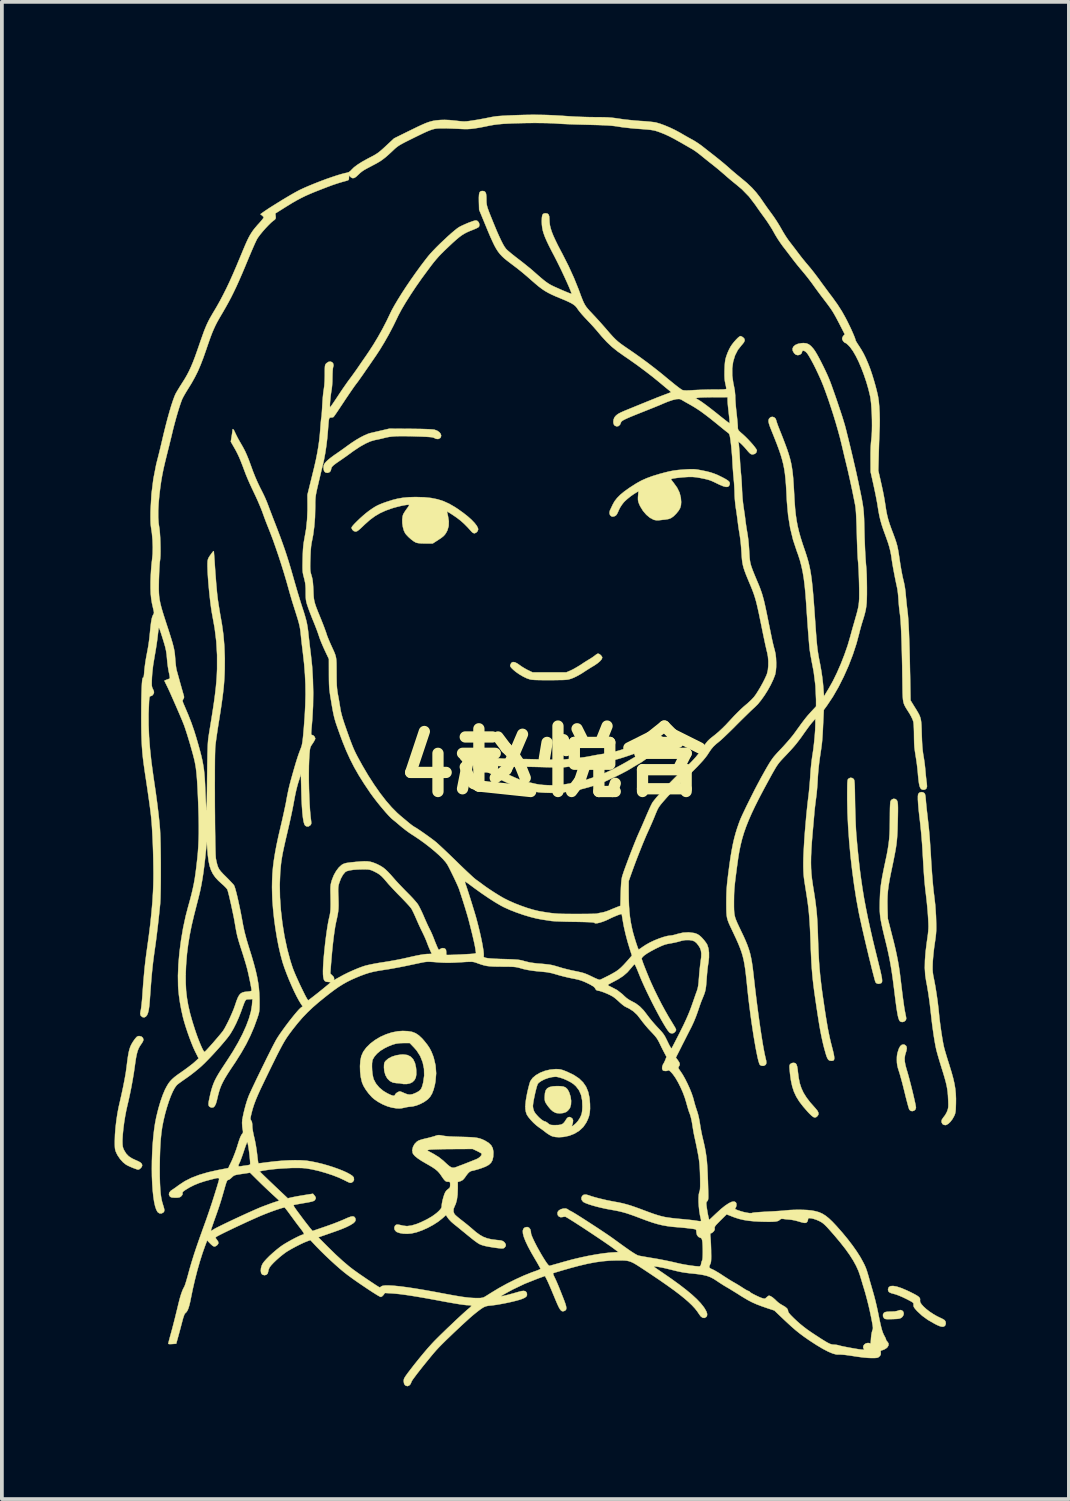
<source format=kicad_pcb>
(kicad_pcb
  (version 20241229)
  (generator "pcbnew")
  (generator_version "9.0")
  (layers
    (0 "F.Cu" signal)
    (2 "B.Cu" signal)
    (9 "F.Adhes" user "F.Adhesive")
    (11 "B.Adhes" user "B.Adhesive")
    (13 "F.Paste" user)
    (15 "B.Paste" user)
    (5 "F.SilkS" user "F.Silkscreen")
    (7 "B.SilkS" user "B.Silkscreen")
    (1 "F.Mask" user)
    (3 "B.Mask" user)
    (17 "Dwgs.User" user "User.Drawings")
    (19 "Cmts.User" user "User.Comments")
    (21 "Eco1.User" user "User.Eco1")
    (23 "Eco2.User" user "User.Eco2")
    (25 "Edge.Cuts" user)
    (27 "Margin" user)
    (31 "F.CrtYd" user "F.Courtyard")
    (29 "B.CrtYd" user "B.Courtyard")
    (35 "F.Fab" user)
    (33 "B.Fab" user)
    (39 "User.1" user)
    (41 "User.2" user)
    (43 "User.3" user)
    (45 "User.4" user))
  (footprint "4赵悦含"
    (layer "F.Cu")
    (at 11.689 17.323)
    (property "Reference" "4赵悦含" (at 0 0 0) (layer "F.SilkS") (effects (font (size 1.524 1.524) (thickness 0.3))))
    (attr through_hole)
    (fp_poly (pts (xy 9.263 14.498) (xy 9.295 14.528) (xy 9.31 14.57) (xy 9.304 14.619) (xy 9.275 14.667) (xy 9.25 14.69) (xy 9.223 14.705) (xy 9.189 14.716) (xy 9.14 14.723) (xy 9.068 14.727) (xy 9.008 14.729) (xy 8.923 14.731) (xy 8.865 14.731) (xy 8.828 14.727) (xy 8.804 14.719) (xy 8.787 14.706) (xy 8.784 14.703) (xy 8.758 14.654) (xy 8.759 14.603) (xy 8.785 14.56) (xy 8.792 14.555) (xy 8.829 14.54) (xy 8.888 14.531) (xy 8.971 14.529) (xy 9.069 14.525) (xy 9.138 14.512) (xy 9.161 14.503) (xy 9.217 14.487) (xy 9.263 14.498)) (stroke (width 0.01) (type solid)) (fill yes) (layer "F.SilkS"))
    (fp_poly (pts (xy -3.898 7.702) (xy -3.812 7.744) (xy -3.745 7.814) (xy -3.697 7.912) (xy -3.669 8.037) (xy -3.662 8.112) (xy -3.661 8.219) (xy -3.675 8.3) (xy -3.706 8.364) (xy -3.756 8.416) (xy -3.766 8.424) (xy -3.83 8.456) (xy -3.912 8.473) (xy -3.997 8.474) (xy -4.047 8.465) (xy -4.102 8.455) (xy -4.168 8.45) (xy -4.186 8.45) (xy -4.281 8.436) (xy -4.365 8.393) (xy -4.433 8.325) (xy -4.483 8.235) (xy -4.513 8.125) (xy -4.521 8.032) (xy -4.519 7.965) (xy -4.513 7.92) (xy -4.499 7.887) (xy -4.477 7.858) (xy -4.405 7.796) (xy -4.308 7.745) (xy -4.193 7.709) (xy -4.067 7.69) (xy -4.003 7.688) (xy -3.898 7.702)) (stroke (width 0.01) (type solid)) (fill yes) (layer "F.SilkS"))
    (fp_poly (pts (xy 0.179 8.531) (xy 0.257 8.542) (xy 0.315 8.568) (xy 0.359 8.61) (xy 0.396 8.672) (xy 0.41 8.704) (xy 0.444 8.811) (xy 0.459 8.919) (xy 0.455 9.018) (xy 0.431 9.102) (xy 0.414 9.131) (xy 0.376 9.177) (xy 0.335 9.213) (xy 0.324 9.219) (xy 0.248 9.245) (xy 0.159 9.255) (xy 0.075 9.247) (xy 0.045 9.239) (xy -0.022 9.204) (xy -0.086 9.149) (xy -0.153 9.069) (xy -0.182 9.028) (xy -0.216 8.977) (xy -0.235 8.936) (xy -0.243 8.891) (xy -0.245 8.829) (xy -0.244 8.816) (xy -0.237 8.715) (xy -0.216 8.64) (xy -0.176 8.588) (xy -0.114 8.554) (xy -0.026 8.535) (xy 0.073 8.529) (xy 0.179 8.531)) (stroke (width 0.01) (type solid)) (fill yes) (layer "F.SilkS"))
    (fp_poly (pts (xy 6.429 7.921) (xy 6.454 7.95) (xy 6.473 8.005) (xy 6.487 8.088) (xy 6.493 8.145) (xy 6.514 8.309) (xy 6.543 8.453) (xy 6.586 8.584) (xy 6.643 8.707) (xy 6.72 8.83) (xy 6.817 8.958) (xy 6.94 9.097) (xy 6.962 9.122) (xy 7.016 9.188) (xy 7.041 9.243) (xy 7.038 9.29) (xy 7.01 9.33) (xy 6.977 9.356) (xy 6.944 9.364) (xy 6.906 9.352) (xy 6.86 9.318) (xy 6.8 9.26) (xy 6.758 9.216) (xy 6.632 9.071) (xy 6.53 8.938) (xy 6.45 8.809) (xy 6.389 8.678) (xy 6.343 8.537) (xy 6.309 8.38) (xy 6.284 8.198) (xy 6.281 8.166) (xy 6.273 8.082) (xy 6.269 8.025) (xy 6.27 7.988) (xy 6.276 7.964) (xy 6.287 7.946) (xy 6.291 7.941) (xy 6.334 7.915) (xy 6.387 7.909) (xy 6.429 7.921)) (stroke (width 0.01) (type solid)) (fill yes) (layer "F.SilkS"))
    (fp_poly (pts (xy 9.337 7.43) (xy 9.378 7.465) (xy 9.392 7.52) (xy 9.379 7.595) (xy 9.372 7.616) (xy 9.346 7.702) (xy 9.334 7.784) (xy 9.337 7.872) (xy 9.355 7.972) (xy 9.388 8.093) (xy 9.397 8.121) (xy 9.419 8.195) (xy 9.445 8.289) (xy 9.473 8.396) (xy 9.503 8.512) (xy 9.533 8.631) (xy 9.561 8.747) (xy 9.586 8.856) (xy 9.608 8.952) (xy 9.624 9.029) (xy 9.633 9.083) (xy 9.635 9.104) (xy 9.621 9.15) (xy 9.586 9.182) (xy 9.541 9.195) (xy 9.495 9.188) (xy 9.46 9.157) (xy 9.449 9.13) (xy 9.432 9.075) (xy 9.411 8.998) (xy 9.386 8.902) (xy 9.358 8.794) (xy 9.339 8.714) (xy 9.308 8.59) (xy 9.277 8.466) (xy 9.245 8.349) (xy 9.217 8.247) (xy 9.193 8.167) (xy 9.184 8.139) (xy 9.155 8.047) (xy 9.138 7.972) (xy 9.129 7.903) (xy 9.127 7.832) (xy 9.128 7.756) (xy 9.134 7.697) (xy 9.146 7.639) (xy 9.168 7.571) (xy 9.183 7.527) (xy 9.218 7.464) (xy 9.262 7.428) (xy 9.314 7.422) (xy 9.337 7.43)) (stroke (width 0.01) (type solid)) (fill yes) (layer "F.SilkS"))
    (fp_poly (pts (xy 9.121 13.863) (xy 9.241 13.902) (xy 9.386 13.963) (xy 9.48 14.007) (xy 9.579 14.057) (xy 9.652 14.097) (xy 9.701 14.13) (xy 9.73 14.159) (xy 9.744 14.188) (xy 9.745 14.221) (xy 9.742 14.243) (xy 9.75 14.284) (xy 9.784 14.337) (xy 9.839 14.398) (xy 9.912 14.464) (xy 9.997 14.53) (xy 10.091 14.593) (xy 10.19 14.65) (xy 10.269 14.689) (xy 10.327 14.716) (xy 10.376 14.743) (xy 10.401 14.761) (xy 10.425 14.803) (xy 10.429 14.856) (xy 10.41 14.902) (xy 10.404 14.909) (xy 10.372 14.929) (xy 10.33 14.932) (xy 10.272 14.918) (xy 10.194 14.885) (xy 10.134 14.854) (xy 9.951 14.749) (xy 9.798 14.638) (xy 9.67 14.519) (xy 9.662 14.511) (xy 9.614 14.456) (xy 9.585 14.417) (xy 9.572 14.386) (xy 9.57 14.355) (xy 9.57 14.349) (xy 9.571 14.325) (xy 9.567 14.307) (xy 9.553 14.289) (xy 9.524 14.269) (xy 9.475 14.242) (xy 9.403 14.204) (xy 9.373 14.189) (xy 9.279 14.144) (xy 9.187 14.105) (xy 9.106 14.074) (xy 9.055 14.06) (xy 8.975 14.038) (xy 8.925 14.014) (xy 8.899 13.984) (xy 8.892 13.943) (xy 8.893 13.93) (xy 8.912 13.88) (xy 8.956 13.852) (xy 9.026 13.847) (xy 9.121 13.863)) (stroke (width 0.01) (type solid)) (fill yes) (layer "F.SilkS"))
    (fp_poly (pts (xy 1.212 -2.967) (xy 1.251 -2.936) (xy 1.28 -2.897) (xy 1.287 -2.872) (xy 1.272 -2.832) (xy 1.231 -2.783) (xy 1.168 -2.728) (xy 1.088 -2.672) (xy 1.05 -2.649) (xy 0.988 -2.612) (xy 0.91 -2.563) (xy 0.827 -2.51) (xy 0.779 -2.478) (xy 0.698 -2.428) (xy 0.612 -2.38) (xy 0.532 -2.341) (xy 0.491 -2.325) (xy 0.452 -2.31) (xy 0.417 -2.3) (xy 0.382 -2.291) (xy 0.342 -2.285) (xy 0.291 -2.281) (xy 0.224 -2.278) (xy 0.138 -2.277) (xy 0.027 -2.275) (xy -0.085 -2.274) (xy -0.258 -2.274) (xy -0.399 -2.276) (xy -0.508 -2.279) (xy -0.586 -2.285) (xy -0.628 -2.292) (xy -0.714 -2.32) (xy -0.813 -2.367) (xy -0.916 -2.427) (xy -1.012 -2.494) (xy -1.08 -2.551) (xy -1.128 -2.598) (xy -1.154 -2.631) (xy -1.163 -2.657) (xy -1.16 -2.678) (xy -1.133 -2.732) (xy -1.092 -2.756) (xy -1.037 -2.75) (xy -0.967 -2.714) (xy -0.922 -2.682) (xy -0.854 -2.634) (xy -0.772 -2.584) (xy -0.695 -2.542) (xy -0.694 -2.542) (xy -0.567 -2.481) (xy 0.33 -2.481) (xy 0.449 -2.532) (xy 0.516 -2.565) (xy 0.597 -2.611) (xy 0.68 -2.661) (xy 0.72 -2.686) (xy 0.793 -2.735) (xy 0.867 -2.782) (xy 0.929 -2.82) (xy 0.957 -2.837) (xy 1.016 -2.874) (xy 1.073 -2.914) (xy 1.097 -2.933) (xy 1.136 -2.962) (xy 1.168 -2.979) (xy 1.175 -2.98) (xy 1.212 -2.967)) (stroke (width 0.01) (type solid)) (fill yes) (layer "F.SilkS"))
    (fp_poly (pts (xy 7.94 0.33) (xy 7.974 0.354) (xy 7.982 0.364) (xy 7.989 0.379) (xy 7.995 0.402) (xy 7.999 0.436) (xy 8.003 0.486) (xy 8.006 0.553) (xy 8.009 0.643) (xy 8.011 0.758) (xy 8.013 0.903) (xy 8.014 0.967) (xy 8.017 1.123) (xy 8.022 1.283) (xy 8.027 1.441) (xy 8.033 1.589) (xy 8.04 1.721) (xy 8.047 1.829) (xy 8.05 1.863) (xy 8.078 2.177) (xy 8.108 2.471) (xy 8.139 2.747) (xy 8.174 3.013) (xy 8.212 3.271) (xy 8.254 3.529) (xy 8.303 3.79) (xy 8.357 4.059) (xy 8.419 4.343) (xy 8.488 4.645) (xy 8.567 4.97) (xy 8.628 5.216) (xy 8.665 5.366) (xy 8.694 5.487) (xy 8.714 5.581) (xy 8.728 5.653) (xy 8.734 5.706) (xy 8.734 5.743) (xy 8.727 5.768) (xy 8.715 5.784) (xy 8.705 5.791) (xy 8.648 5.808) (xy 8.596 5.799) (xy 8.562 5.77) (xy 8.552 5.745) (xy 8.536 5.691) (xy 8.515 5.61) (xy 8.488 5.508) (xy 8.457 5.387) (xy 8.424 5.25) (xy 8.387 5.103) (xy 8.35 4.947) (xy 8.312 4.788) (xy 8.274 4.627) (xy 8.238 4.47) (xy 8.203 4.32) (xy 8.172 4.179) (xy 8.144 4.052) (xy 8.121 3.943) (xy 8.113 3.903) (xy 8.049 3.556) (xy 7.991 3.185) (xy 7.939 2.799) (xy 7.894 2.405) (xy 7.858 2.011) (xy 7.831 1.625) (xy 7.813 1.254) (xy 7.806 0.907) (xy 7.806 0.86) (xy 7.806 0.719) (xy 7.807 0.608) (xy 7.808 0.523) (xy 7.81 0.46) (xy 7.814 0.416) (xy 7.818 0.386) (xy 7.824 0.367) (xy 7.833 0.354) (xy 7.837 0.35) (xy 7.887 0.324) (xy 7.94 0.33)) (stroke (width 0.01) (type solid)) (fill yes) (layer "F.SilkS"))
    (fp_poly (pts (xy -3.818 -8.962) (xy -3.663 -8.96) (xy -3.522 -8.958) (xy -3.4 -8.954) (xy -3.3 -8.95) (xy -3.227 -8.945) (xy -3.183 -8.94) (xy -3.179 -8.939) (xy -3.106 -8.912) (xy -3.049 -8.873) (xy -3.012 -8.827) (xy -2.999 -8.778) (xy -3.013 -8.732) (xy -3.028 -8.715) (xy -3.079 -8.69) (xy -3.138 -8.696) (xy -3.178 -8.716) (xy -3.197 -8.725) (xy -3.225 -8.733) (xy -3.266 -8.74) (xy -3.324 -8.745) (xy -3.404 -8.75) (xy -3.509 -8.755) (xy -3.639 -8.759) (xy -3.821 -8.765) (xy -3.975 -8.767) (xy -4.103 -8.767) (xy -4.21 -8.764) (xy -4.302 -8.757) (xy -4.383 -8.747) (xy -4.456 -8.733) (xy -4.497 -8.723) (xy -4.584 -8.701) (xy -4.682 -8.679) (xy -4.764 -8.663) (xy -4.881 -8.629) (xy -5.015 -8.569) (xy -5.165 -8.484) (xy -5.33 -8.374) (xy -5.402 -8.322) (xy -5.483 -8.262) (xy -5.572 -8.199) (xy -5.655 -8.141) (xy -5.698 -8.112) (xy -5.788 -8.05) (xy -5.853 -8.001) (xy -5.895 -7.962) (xy -5.918 -7.928) (xy -5.926 -7.897) (xy -5.927 -7.89) (xy -5.941 -7.84) (xy -5.976 -7.805) (xy -6.023 -7.79) (xy -6.072 -7.798) (xy -6.102 -7.82) (xy -6.123 -7.864) (xy -6.13 -7.931) (xy -6.127 -7.979) (xy -6.114 -8.017) (xy -6.086 -8.057) (xy -6.058 -8.088) (xy -6.014 -8.13) (xy -5.95 -8.183) (xy -5.877 -8.238) (xy -5.817 -8.281) (xy -5.729 -8.341) (xy -5.631 -8.41) (xy -5.538 -8.477) (xy -5.492 -8.511) (xy -5.379 -8.591) (xy -5.262 -8.667) (xy -5.147 -8.734) (xy -5.039 -8.789) (xy -4.946 -8.829) (xy -4.885 -8.848) (xy -4.827 -8.861) (xy -4.747 -8.88) (xy -4.657 -8.901) (xy -4.58 -8.919) (xy -4.377 -8.966) (xy -3.818 -8.962)) (stroke (width 0.01) (type solid)) (fill yes) (layer "F.SilkS"))
    (fp_poly (pts (xy -10.976 7.21) (xy -10.936 7.246) (xy -10.922 7.296) (xy -10.932 7.33) (xy -10.958 7.378) (xy -10.981 7.411) (xy -11.02 7.469) (xy -11.053 7.531) (xy -11.08 7.604) (xy -11.103 7.692) (xy -11.124 7.802) (xy -11.144 7.937) (xy -11.152 7.996) (xy -11.177 8.171) (xy -11.209 8.363) (xy -11.245 8.561) (xy -11.284 8.754) (xy -11.323 8.931) (xy -11.347 9.031) (xy -11.379 9.173) (xy -11.409 9.332) (xy -11.436 9.499) (xy -11.457 9.663) (xy -11.472 9.817) (xy -11.48 9.951) (xy -11.481 9.996) (xy -11.479 10.076) (xy -11.473 10.134) (xy -11.46 10.183) (xy -11.437 10.235) (xy -11.435 10.238) (xy -11.382 10.325) (xy -11.314 10.396) (xy -11.225 10.454) (xy -11.133 10.497) (xy -11.052 10.533) (xy -11 10.563) (xy -10.97 10.593) (xy -10.957 10.626) (xy -10.956 10.645) (xy -10.969 10.68) (xy -11 10.717) (xy -11.038 10.745) (xy -11.064 10.752) (xy -11.088 10.746) (xy -11.134 10.73) (xy -11.193 10.708) (xy -11.204 10.704) (xy -11.272 10.675) (xy -11.337 10.645) (xy -11.383 10.62) (xy -11.384 10.62) (xy -11.464 10.556) (xy -11.542 10.47) (xy -11.609 10.372) (xy -11.634 10.324) (xy -11.654 10.28) (xy -11.668 10.241) (xy -11.677 10.201) (xy -11.682 10.151) (xy -11.684 10.083) (xy -11.684 9.991) (xy -11.679 9.822) (xy -11.664 9.633) (xy -11.641 9.437) (xy -11.612 9.246) (xy -11.578 9.071) (xy -11.573 9.051) (xy -11.514 8.792) (xy -11.464 8.56) (xy -11.424 8.357) (xy -11.393 8.183) (xy -11.373 8.04) (xy -11.371 8.025) (xy -11.352 7.869) (xy -11.334 7.742) (xy -11.316 7.638) (xy -11.295 7.552) (xy -11.271 7.48) (xy -11.241 7.416) (xy -11.205 7.355) (xy -11.161 7.291) (xy -11.137 7.26) (xy -11.099 7.218) (xy -11.064 7.2) (xy -11.033 7.197) (xy -10.976 7.21)) (stroke (width 0.01) (type solid)) (fill yes) (layer "F.SilkS"))
    (fp_poly (pts (xy 9.085 0.889) (xy 9.092 0.892) (xy 9.112 0.907) (xy 9.129 0.926) (xy 9.141 0.953) (xy 9.149 0.991) (xy 9.154 1.044) (xy 9.156 1.117) (xy 9.156 1.214) (xy 9.154 1.338) (xy 9.152 1.431) (xy 9.148 1.575) (xy 9.145 1.699) (xy 9.14 1.807) (xy 9.134 1.905) (xy 9.126 1.997) (xy 9.116 2.088) (xy 9.102 2.184) (xy 9.084 2.289) (xy 9.061 2.408) (xy 9.034 2.546) (xy 9 2.709) (xy 8.968 2.862) (xy 8.933 3.039) (xy 8.907 3.194) (xy 8.889 3.335) (xy 8.879 3.471) (xy 8.875 3.612) (xy 8.877 3.767) (xy 8.877 3.783) (xy 8.886 4.072) (xy 8.998 4.513) (xy 9.049 4.712) (xy 9.091 4.888) (xy 9.125 5.047) (xy 9.155 5.198) (xy 9.181 5.349) (xy 9.204 5.507) (xy 9.226 5.682) (xy 9.236 5.766) (xy 9.261 5.969) (xy 9.282 6.142) (xy 9.302 6.287) (xy 9.319 6.408) (xy 9.335 6.508) (xy 9.351 6.589) (xy 9.358 6.626) (xy 9.371 6.688) (xy 9.376 6.728) (xy 9.371 6.756) (xy 9.358 6.781) (xy 9.357 6.782) (xy 9.318 6.814) (xy 9.267 6.825) (xy 9.219 6.811) (xy 9.219 6.811) (xy 9.2 6.793) (xy 9.184 6.761) (xy 9.167 6.713) (xy 9.151 6.645) (xy 9.135 6.556) (xy 9.117 6.443) (xy 9.098 6.302) (xy 9.076 6.131) (xy 9.068 6.062) (xy 9.04 5.839) (xy 9.014 5.642) (xy 8.988 5.465) (xy 8.961 5.302) (xy 8.932 5.144) (xy 8.899 4.986) (xy 8.862 4.821) (xy 8.823 4.661) (xy 8.782 4.493) (xy 8.749 4.353) (xy 8.723 4.235) (xy 8.703 4.133) (xy 8.688 4.044) (xy 8.679 3.961) (xy 8.673 3.879) (xy 8.671 3.794) (xy 8.672 3.699) (xy 8.674 3.589) (xy 8.674 3.584) (xy 8.678 3.473) (xy 8.683 3.373) (xy 8.691 3.278) (xy 8.702 3.183) (xy 8.717 3.082) (xy 8.736 2.969) (xy 8.761 2.839) (xy 8.792 2.687) (xy 8.823 2.542) (xy 8.859 2.372) (xy 8.886 2.224) (xy 8.907 2.089) (xy 8.922 1.96) (xy 8.932 1.828) (xy 8.938 1.683) (xy 8.94 1.518) (xy 8.941 1.414) (xy 8.942 1.255) (xy 8.944 1.129) (xy 8.948 1.036) (xy 8.953 0.973) (xy 8.961 0.94) (xy 8.961 0.94) (xy 8.993 0.902) (xy 9.039 0.883) (xy 9.085 0.889)) (stroke (width 0.01) (type solid)) (fill yes) (layer "F.SilkS"))
    (fp_poly (pts (xy -3.452 -7.14) (xy -3.265 -7.121) (xy -3.097 -7.087) (xy -2.939 -7.037) (xy -2.785 -6.967) (xy -2.628 -6.876) (xy -2.557 -6.829) (xy -2.418 -6.73) (xy -2.295 -6.634) (xy -2.192 -6.542) (xy -2.11 -6.456) (xy -2.052 -6.381) (xy -2.02 -6.317) (xy -2.015 -6.285) (xy -2.029 -6.241) (xy -2.064 -6.202) (xy -2.107 -6.182) (xy -2.117 -6.181) (xy -2.153 -6.193) (xy -2.185 -6.219) (xy -2.291 -6.337) (xy -2.387 -6.434) (xy -2.481 -6.518) (xy -2.582 -6.596) (xy -2.646 -6.64) (xy -2.716 -6.687) (xy -2.776 -6.725) (xy -2.82 -6.751) (xy -2.842 -6.762) (xy -2.844 -6.761) (xy -2.84 -6.739) (xy -2.83 -6.694) (xy -2.819 -6.646) (xy -2.796 -6.503) (xy -2.8 -6.376) (xy -2.831 -6.267) (xy -2.835 -6.257) (xy -2.867 -6.196) (xy -2.899 -6.148) (xy -2.937 -6.107) (xy -2.989 -6.065) (xy -3.063 -6.015) (xy -3.081 -6.003) (xy -3.225 -5.91) (xy -3.42 -5.91) (xy -3.533 -5.913) (xy -3.614 -5.921) (xy -3.668 -5.934) (xy -3.673 -5.936) (xy -3.732 -5.97) (xy -3.801 -6.022) (xy -3.87 -6.084) (xy -3.929 -6.146) (xy -3.958 -6.184) (xy -3.993 -6.257) (xy -4.018 -6.35) (xy -4.033 -6.451) (xy -4.035 -6.551) (xy -4.024 -6.639) (xy -4.008 -6.689) (xy -3.982 -6.734) (xy -3.944 -6.792) (xy -3.91 -6.839) (xy -3.877 -6.885) (xy -3.856 -6.921) (xy -3.851 -6.938) (xy -3.851 -6.938) (xy -3.874 -6.942) (xy -3.924 -6.937) (xy -3.993 -6.926) (xy -4.075 -6.909) (xy -4.164 -6.887) (xy -4.254 -6.863) (xy -4.31 -6.846) (xy -4.478 -6.786) (xy -4.626 -6.718) (xy -4.762 -6.638) (xy -4.895 -6.54) (xy -5.031 -6.419) (xy -5.082 -6.37) (xy -5.151 -6.305) (xy -5.202 -6.262) (xy -5.239 -6.237) (xy -5.269 -6.228) (xy -5.276 -6.227) (xy -5.324 -6.241) (xy -5.363 -6.276) (xy -5.384 -6.321) (xy -5.385 -6.331) (xy -5.372 -6.356) (xy -5.339 -6.398) (xy -5.288 -6.453) (xy -5.224 -6.516) (xy -5.153 -6.584) (xy -5.078 -6.651) (xy -5.004 -6.714) (xy -4.936 -6.767) (xy -4.911 -6.786) (xy -4.825 -6.845) (xy -4.753 -6.891) (xy -4.683 -6.928) (xy -4.607 -6.961) (xy -4.514 -6.997) (xy -4.455 -7.017) (xy -4.3 -7.067) (xy -4.158 -7.103) (xy -4.018 -7.127) (xy -3.869 -7.141) (xy -3.7 -7.146) (xy -3.663 -7.146) (xy -3.452 -7.14)) (stroke (width 0.01) (type solid)) (fill yes) (layer "F.SilkS"))
    (fp_poly (pts (xy -3.886 7.067) (xy -3.776 7.085) (xy -3.681 7.121) (xy -3.595 7.178) (xy -3.508 7.259) (xy -3.444 7.332) (xy -3.365 7.432) (xy -3.305 7.522) (xy -3.258 7.614) (xy -3.216 7.72) (xy -3.198 7.772) (xy -3.149 7.977) (xy -3.133 8.188) (xy -3.151 8.403) (xy -3.166 8.486) (xy -3.201 8.622) (xy -3.243 8.73) (xy -3.295 8.816) (xy -3.36 8.885) (xy -3.361 8.885) (xy -3.447 8.947) (xy -3.55 9.002) (xy -3.657 9.045) (xy -3.758 9.07) (xy -3.821 9.076) (xy -3.868 9.081) (xy -3.932 9.092) (xy -3.974 9.102) (xy -4.049 9.118) (xy -4.118 9.124) (xy -4.192 9.12) (xy -4.284 9.105) (xy -4.31 9.101) (xy -4.43 9.067) (xy -4.557 9.014) (xy -4.679 8.947) (xy -4.786 8.873) (xy -4.84 8.825) (xy -4.928 8.728) (xy -5.005 8.624) (xy -5.066 8.523) (xy -5.105 8.431) (xy -5.106 8.427) (xy -5.138 8.291) (xy -5.155 8.143) (xy -5.159 8.008) (xy -4.841 8.008) (xy -4.837 8.11) (xy -4.826 8.211) (xy -4.808 8.301) (xy -4.794 8.35) (xy -4.735 8.461) (xy -4.648 8.566) (xy -4.539 8.657) (xy -4.434 8.72) (xy -4.353 8.759) (xy -4.296 8.78) (xy -4.259 8.786) (xy -4.236 8.775) (xy -4.225 8.754) (xy -4.202 8.723) (xy -4.161 8.693) (xy -4.116 8.673) (xy -4.096 8.67) (xy -4.071 8.677) (xy -4.026 8.695) (xy -3.981 8.715) (xy -3.903 8.746) (xy -3.834 8.756) (xy -3.763 8.745) (xy -3.681 8.712) (xy -3.665 8.704) (xy -3.602 8.67) (xy -3.558 8.635) (xy -3.526 8.59) (xy -3.502 8.528) (xy -3.479 8.44) (xy -3.478 8.438) (xy -3.451 8.251) (xy -3.455 8.07) (xy -3.491 7.896) (xy -3.556 7.732) (xy -3.651 7.583) (xy -3.719 7.505) (xy -3.836 7.383) (xy -4.001 7.383) (xy -4.11 7.387) (xy -4.207 7.401) (xy -4.302 7.429) (xy -4.407 7.472) (xy -4.509 7.522) (xy -4.612 7.585) (xy -4.702 7.66) (xy -4.773 7.74) (xy -4.819 7.819) (xy -4.828 7.845) (xy -4.839 7.916) (xy -4.841 8.008) (xy -5.159 8.008) (xy -5.159 7.993) (xy -5.149 7.852) (xy -5.124 7.73) (xy -5.123 7.727) (xy -5.072 7.614) (xy -4.992 7.504) (xy -4.887 7.4) (xy -4.762 7.305) (xy -4.622 7.221) (xy -4.471 7.153) (xy -4.313 7.101) (xy -4.153 7.07) (xy -4.02 7.061) (xy -3.886 7.067)) (stroke (width 0.01) (type solid)) (fill yes) (layer "F.SilkS"))
    (fp_poly (pts (xy 3.707 -7.888) (xy 3.767 -7.884) (xy 3.83 -7.875) (xy 3.906 -7.861) (xy 3.923 -7.858) (xy 4.055 -7.831) (xy 4.166 -7.803) (xy 4.264 -7.77) (xy 4.363 -7.73) (xy 4.473 -7.676) (xy 4.491 -7.667) (xy 4.576 -7.621) (xy 4.634 -7.583) (xy 4.668 -7.55) (xy 4.681 -7.517) (xy 4.678 -7.481) (xy 4.658 -7.44) (xy 4.625 -7.418) (xy 4.574 -7.417) (xy 4.504 -7.435) (xy 4.411 -7.474) (xy 4.36 -7.498) (xy 4.272 -7.541) (xy 4.202 -7.573) (xy 4.139 -7.597) (xy 4.073 -7.616) (xy 3.995 -7.634) (xy 3.895 -7.654) (xy 3.788 -7.673) (xy 3.695 -7.681) (xy 3.598 -7.682) (xy 3.539 -7.679) (xy 3.444 -7.673) (xy 3.351 -7.664) (xy 3.266 -7.654) (xy 3.195 -7.644) (xy 3.143 -7.633) (xy 3.118 -7.624) (xy 3.116 -7.622) (xy 3.126 -7.604) (xy 3.152 -7.569) (xy 3.185 -7.527) (xy 3.28 -7.395) (xy 3.344 -7.264) (xy 3.378 -7.129) (xy 3.387 -7.014) (xy 3.381 -6.927) (xy 3.36 -6.854) (xy 3.32 -6.784) (xy 3.257 -6.706) (xy 3.186 -6.635) (xy 3.119 -6.588) (xy 3.047 -6.561) (xy 2.963 -6.547) (xy 2.893 -6.54) (xy 2.825 -6.532) (xy 2.786 -6.528) (xy 2.724 -6.528) (xy 2.663 -6.54) (xy 2.657 -6.542) (xy 2.557 -6.595) (xy 2.46 -6.676) (xy 2.371 -6.78) (xy 2.298 -6.899) (xy 2.27 -6.959) (xy 2.249 -7.016) (xy 2.239 -7.066) (xy 2.238 -7.125) (xy 2.241 -7.176) (xy 2.252 -7.299) (xy 2.214 -7.279) (xy 2.135 -7.231) (xy 2.047 -7.17) (xy 1.962 -7.102) (xy 1.89 -7.037) (xy 1.856 -7.001) (xy 1.807 -6.937) (xy 1.761 -6.865) (xy 1.734 -6.812) (xy 1.704 -6.743) (xy 1.682 -6.699) (xy 1.665 -6.672) (xy 1.647 -6.655) (xy 1.624 -6.64) (xy 1.621 -6.639) (xy 1.569 -6.624) (xy 1.525 -6.636) (xy 1.493 -6.67) (xy 1.479 -6.719) (xy 1.488 -6.778) (xy 1.495 -6.796) (xy 1.517 -6.841) (xy 1.545 -6.901) (xy 1.567 -6.948) (xy 1.616 -7.035) (xy 1.682 -7.12) (xy 1.768 -7.207) (xy 1.877 -7.297) (xy 2.012 -7.393) (xy 2.176 -7.498) (xy 2.205 -7.516) (xy 2.33 -7.585) (xy 2.469 -7.647) (xy 2.627 -7.705) (xy 2.81 -7.761) (xy 2.955 -7.8) (xy 3.079 -7.83) (xy 3.192 -7.851) (xy 3.308 -7.866) (xy 3.441 -7.877) (xy 3.457 -7.878) (xy 3.562 -7.885) (xy 3.642 -7.888) (xy 3.707 -7.888)) (stroke (width 0.01) (type solid)) (fill yes) (layer "F.SilkS"))
    (fp_poly (pts (xy 0.122 8.079) (xy 0.173 8.085) (xy 0.225 8.099) (xy 0.289 8.122) (xy 0.368 8.155) (xy 0.535 8.236) (xy 0.671 8.327) (xy 0.777 8.43) (xy 0.858 8.548) (xy 0.914 8.686) (xy 0.948 8.845) (xy 0.961 9.002) (xy 0.963 9.13) (xy 0.954 9.235) (xy 0.935 9.328) (xy 0.901 9.419) (xy 0.859 9.505) (xy 0.78 9.619) (xy 0.675 9.716) (xy 0.549 9.794) (xy 0.406 9.85) (xy 0.251 9.882) (xy 0.136 9.889) (xy 0.041 9.883) (xy -0.034 9.867) (xy -0.068 9.854) (xy -0.126 9.822) (xy -0.19 9.78) (xy -0.22 9.757) (xy -0.277 9.712) (xy -0.345 9.663) (xy -0.394 9.629) (xy -0.468 9.572) (xy -0.545 9.502) (xy -0.617 9.426) (xy -0.677 9.353) (xy -0.718 9.291) (xy -0.72 9.287) (xy -0.745 9.215) (xy -0.758 9.13) (xy -0.758 9.067) (xy -0.559 9.067) (xy -0.551 9.124) (xy -0.531 9.188) (xy -0.523 9.206) (xy -0.494 9.253) (xy -0.449 9.306) (xy -0.397 9.361) (xy -0.342 9.41) (xy -0.293 9.446) (xy -0.256 9.465) (xy -0.249 9.466) (xy -0.217 9.476) (xy -0.174 9.503) (xy -0.158 9.517) (xy -0.127 9.542) (xy -0.098 9.557) (xy -0.061 9.564) (xy -0.006 9.567) (xy 0.039 9.567) (xy 0.129 9.564) (xy 0.193 9.552) (xy 0.24 9.529) (xy 0.278 9.49) (xy 0.304 9.451) (xy 0.344 9.39) (xy 0.379 9.358) (xy 0.415 9.351) (xy 0.448 9.361) (xy 0.492 9.393) (xy 0.511 9.44) (xy 0.505 9.505) (xy 0.482 9.574) (xy 0.476 9.595) (xy 0.492 9.593) (xy 0.501 9.588) (xy 0.532 9.566) (xy 0.574 9.53) (xy 0.595 9.51) (xy 0.638 9.461) (xy 0.681 9.396) (xy 0.705 9.352) (xy 0.728 9.3) (xy 0.743 9.251) (xy 0.752 9.194) (xy 0.757 9.119) (xy 0.759 9.08) (xy 0.753 8.911) (xy 0.724 8.765) (xy 0.669 8.64) (xy 0.588 8.534) (xy 0.524 8.476) (xy 0.448 8.425) (xy 0.356 8.377) (xy 0.257 8.334) (xy 0.162 8.302) (xy 0.08 8.283) (xy 0.043 8.28) (xy -0.05 8.289) (xy -0.15 8.313) (xy -0.248 8.348) (xy -0.334 8.392) (xy -0.401 8.439) (xy -0.426 8.467) (xy -0.44 8.499) (xy -0.459 8.557) (xy -0.479 8.634) (xy -0.5 8.722) (xy -0.52 8.815) (xy -0.538 8.905) (xy -0.551 8.984) (xy -0.558 9.046) (xy -0.559 9.067) (xy -0.758 9.067) (xy -0.757 9.026) (xy -0.744 8.901) (xy -0.717 8.749) (xy -0.711 8.72) (xy -0.69 8.625) (xy -0.668 8.537) (xy -0.648 8.464) (xy -0.632 8.413) (xy -0.626 8.398) (xy -0.566 8.313) (xy -0.478 8.238) (xy -0.367 8.174) (xy -0.24 8.124) (xy -0.102 8.091) (xy 0.042 8.077) (xy 0.063 8.077) (xy 0.122 8.079)) (stroke (width 0.01) (type solid)) (fill yes) (layer "F.SilkS"))
    (fp_poly (pts (xy 9.819 0.71) (xy 9.827 0.714) (xy 9.853 0.729) (xy 9.87 0.748) (xy 9.881 0.778) (xy 9.889 0.826) (xy 9.896 0.899) (xy 9.897 0.912) (xy 9.903 0.983) (xy 9.912 1.076) (xy 9.923 1.182) (xy 9.936 1.29) (xy 9.94 1.329) (xy 9.955 1.458) (xy 9.968 1.576) (xy 9.98 1.688) (xy 9.99 1.8) (xy 10 1.918) (xy 10.009 2.047) (xy 10.019 2.193) (xy 10.03 2.361) (xy 10.041 2.557) (xy 10.053 2.739) (xy 10.066 2.918) (xy 10.08 3.088) (xy 10.094 3.241) (xy 10.108 3.372) (xy 10.118 3.446) (xy 10.149 3.715) (xy 10.168 4) (xy 10.171 4.089) (xy 10.174 4.211) (xy 10.175 4.309) (xy 10.174 4.391) (xy 10.169 4.466) (xy 10.161 4.545) (xy 10.149 4.636) (xy 10.136 4.724) (xy 10.119 4.843) (xy 10.104 4.971) (xy 10.092 5.097) (xy 10.083 5.207) (xy 10.081 5.249) (xy 10.078 5.351) (xy 10.078 5.431) (xy 10.083 5.502) (xy 10.093 5.576) (xy 10.111 5.665) (xy 10.116 5.69) (xy 10.15 5.869) (xy 10.182 6.069) (xy 10.212 6.278) (xy 10.236 6.482) (xy 10.245 6.57) (xy 10.257 6.692) (xy 10.273 6.827) (xy 10.292 6.968) (xy 10.312 7.108) (xy 10.333 7.239) (xy 10.353 7.355) (xy 10.371 7.449) (xy 10.381 7.493) (xy 10.396 7.551) (xy 10.42 7.634) (xy 10.45 7.735) (xy 10.484 7.845) (xy 10.52 7.958) (xy 10.525 7.976) (xy 10.582 8.16) (xy 10.626 8.321) (xy 10.659 8.464) (xy 10.681 8.597) (xy 10.694 8.727) (xy 10.7 8.86) (xy 10.699 8.982) (xy 10.696 9.083) (xy 10.693 9.157) (xy 10.687 9.212) (xy 10.679 9.254) (xy 10.667 9.291) (xy 10.649 9.33) (xy 10.605 9.408) (xy 10.553 9.477) (xy 10.497 9.53) (xy 10.445 9.561) (xy 10.417 9.567) (xy 10.371 9.557) (xy 10.34 9.536) (xy 10.315 9.486) (xy 10.321 9.429) (xy 10.361 9.367) (xy 10.371 9.355) (xy 10.411 9.302) (xy 10.449 9.236) (xy 10.466 9.197) (xy 10.481 9.155) (xy 10.491 9.115) (xy 10.496 9.07) (xy 10.497 9.012) (xy 10.495 8.932) (xy 10.492 8.877) (xy 10.487 8.776) (xy 10.479 8.686) (xy 10.467 8.6) (xy 10.451 8.512) (xy 10.428 8.416) (xy 10.398 8.306) (xy 10.359 8.175) (xy 10.319 8.048) (xy 10.284 7.934) (xy 10.25 7.822) (xy 10.22 7.719) (xy 10.196 7.633) (xy 10.179 7.569) (xy 10.177 7.561) (xy 10.157 7.468) (xy 10.135 7.348) (xy 10.112 7.209) (xy 10.09 7.056) (xy 10.068 6.897) (xy 10.049 6.738) (xy 10.033 6.596) (xy 10.003 6.333) (xy 9.968 6.081) (xy 9.929 5.849) (xy 9.907 5.734) (xy 9.882 5.57) (xy 9.871 5.386) (xy 9.875 5.181) (xy 9.893 4.95) (xy 9.924 4.702) (xy 9.941 4.582) (xy 9.954 4.488) (xy 9.962 4.411) (xy 9.967 4.343) (xy 9.969 4.277) (xy 9.967 4.204) (xy 9.963 4.117) (xy 9.958 4.03) (xy 9.949 3.9) (xy 9.936 3.752) (xy 9.921 3.601) (xy 9.905 3.463) (xy 9.899 3.412) (xy 9.886 3.31) (xy 9.873 3.183) (xy 9.86 3.039) (xy 9.848 2.886) (xy 9.838 2.734) (xy 9.831 2.616) (xy 9.819 2.414) (xy 9.809 2.24) (xy 9.799 2.086) (xy 9.788 1.946) (xy 9.777 1.815) (xy 9.764 1.684) (xy 9.75 1.548) (xy 9.733 1.401) (xy 9.727 1.355) (xy 9.707 1.172) (xy 9.694 1.021) (xy 9.687 0.902) (xy 9.687 0.815) (xy 9.694 0.76) (xy 9.697 0.754) (xy 9.725 0.721) (xy 9.771 0.705) (xy 9.819 0.71)) (stroke (width 0.01) (type solid)) (fill yes) (layer "F.SilkS"))
    (fp_poly (pts (xy -2.994 9.841) (xy -2.954 9.849) (xy -2.886 9.859) (xy -2.789 9.868) (xy -2.665 9.874) (xy -2.518 9.879) (xy -2.464 9.88) (xy -2.321 9.884) (xy -2.206 9.889) (xy -2.114 9.896) (xy -2.038 9.907) (xy -1.974 9.922) (xy -1.916 9.942) (xy -1.858 9.968) (xy -1.837 9.978) (xy -1.738 10.038) (xy -1.669 10.104) (xy -1.627 10.181) (xy -1.61 10.272) (xy -1.609 10.304) (xy -1.615 10.414) (xy -1.635 10.501) (xy -1.673 10.569) (xy -1.732 10.624) (xy -1.818 10.671) (xy -1.923 10.711) (xy -2.002 10.737) (xy -2.077 10.759) (xy -2.138 10.775) (xy -2.163 10.78) (xy -2.207 10.791) (xy -2.246 10.813) (xy -2.286 10.851) (xy -2.333 10.911) (xy -2.374 10.971) (xy -2.423 11.026) (xy -2.484 11.058) (xy -2.488 11.059) (xy -2.557 11.08) (xy -2.557 11.249) (xy -2.563 11.416) (xy -2.582 11.555) (xy -2.612 11.664) (xy -2.635 11.712) (xy -2.669 11.796) (xy -2.671 11.873) (xy -2.647 11.932) (xy -2.622 11.96) (xy -2.576 12.001) (xy -2.517 12.05) (xy -2.465 12.091) (xy -2.385 12.153) (xy -2.298 12.223) (xy -2.218 12.29) (xy -2.184 12.319) (xy -2.071 12.416) (xy -1.97 12.489) (xy -1.874 12.543) (xy -1.775 12.58) (xy -1.664 12.606) (xy -1.534 12.623) (xy -1.494 12.627) (xy -1.424 12.634) (xy -1.378 12.645) (xy -1.345 12.661) (xy -1.315 12.686) (xy -1.282 12.736) (xy -1.281 12.784) (xy -1.314 12.828) (xy -1.317 12.831) (xy -1.335 12.842) (xy -1.359 12.848) (xy -1.395 12.849) (xy -1.449 12.844) (xy -1.527 12.835) (xy -1.583 12.827) (xy -1.722 12.805) (xy -1.831 12.783) (xy -1.914 12.76) (xy -1.975 12.735) (xy -1.981 12.732) (xy -2.015 12.712) (xy -2.06 12.681) (xy -2.119 12.638) (xy -2.194 12.579) (xy -2.288 12.503) (xy -2.405 12.407) (xy -2.424 12.392) (xy -2.497 12.332) (xy -2.571 12.271) (xy -2.637 12.219) (xy -2.675 12.188) (xy -2.733 12.137) (xy -2.788 12.079) (xy -2.82 12.038) (xy -2.872 11.961) (xy -2.967 12.047) (xy -3.079 12.136) (xy -3.213 12.222) (xy -3.359 12.301) (xy -3.51 12.368) (xy -3.655 12.419) (xy -3.787 12.449) (xy -3.793 12.45) (xy -3.902 12.459) (xy -4.008 12.455) (xy -4.102 12.439) (xy -4.176 12.413) (xy -4.198 12.399) (xy -4.236 12.354) (xy -4.247 12.301) (xy -4.23 12.25) (xy -4.222 12.24) (xy -4.201 12.222) (xy -4.175 12.214) (xy -4.135 12.216) (xy -4.076 12.228) (xy -4.009 12.244) (xy -3.908 12.255) (xy -3.786 12.239) (xy -3.645 12.196) (xy -3.535 12.151) (xy -3.373 12.072) (xy -3.239 11.994) (xy -3.13 11.914) (xy -3.072 11.863) (xy -3.026 11.814) (xy -2.999 11.778) (xy -2.987 11.744) (xy -2.985 11.709) (xy -2.978 11.648) (xy -2.962 11.568) (xy -2.939 11.483) (xy -2.913 11.404) (xy -2.89 11.351) (xy -2.855 11.304) (xy -2.811 11.267) (xy -2.811 11.266) (xy -2.78 11.244) (xy -2.765 11.217) (xy -2.76 11.172) (xy -2.76 11.155) (xy -2.761 11.107) (xy -2.769 11.083) (xy -2.789 11.075) (xy -2.817 11.074) (xy -2.849 11.072) (xy -2.877 11.061) (xy -2.905 11.037) (xy -2.94 10.995) (xy -2.985 10.93) (xy -3.002 10.904) (xy -3.048 10.842) (xy -3.099 10.787) (xy -3.161 10.736) (xy -3.239 10.683) (xy -3.341 10.623) (xy -3.383 10.599) (xy -3.519 10.52) (xy -3.624 10.45) (xy -3.699 10.388) (xy -3.745 10.334) (xy -3.758 10.306) (xy -3.766 10.238) (xy -3.378 10.238) (xy -3.209 10.329) (xy -3.065 10.417) (xy -2.94 10.516) (xy -2.913 10.542) (xy -2.836 10.613) (xy -2.777 10.662) (xy -2.729 10.691) (xy -2.687 10.702) (xy -2.644 10.698) (xy -2.596 10.682) (xy -2.587 10.679) (xy -2.53 10.656) (xy -2.472 10.635) (xy -2.427 10.618) (xy -2.364 10.594) (xy -2.295 10.566) (xy -2.286 10.563) (xy -2.21 10.533) (xy -2.133 10.502) (xy -2.069 10.477) (xy -2.068 10.477) (xy -2.01 10.447) (xy -1.962 10.409) (xy -1.93 10.37) (xy -1.921 10.335) (xy -1.925 10.325) (xy -1.944 10.31) (xy -1.985 10.287) (xy -2.04 10.258) (xy -2.048 10.255) (xy -2.161 10.201) (xy -2.71 10.204) (xy -2.846 10.205) (xy -2.974 10.207) (xy -3.088 10.21) (xy -3.184 10.213) (xy -3.259 10.216) (xy -3.306 10.22) (xy -3.319 10.222) (xy -3.378 10.238) (xy -3.766 10.238) (xy -3.767 10.229) (xy -3.749 10.148) (xy -3.708 10.071) (xy -3.648 10.009) (xy -3.607 9.982) (xy -3.567 9.966) (xy -3.507 9.947) (xy -3.444 9.931) (xy -3.333 9.905) (xy -3.247 9.882) (xy -3.18 9.863) (xy -3.132 9.846) (xy -3.092 9.835) (xy -3.05 9.833) (xy -2.994 9.841)) (stroke (width 0.01) (type solid)) (fill yes) (layer "F.SilkS"))
    (fp_poly (pts (xy 2.874 -0.775) (xy 2.885 -0.765) (xy 2.912 -0.713) (xy 2.909 -0.659) (xy 2.879 -0.609) (xy 2.843 -0.583) (xy 2.803 -0.55) (xy 2.794 -0.519) (xy 2.792 -0.497) (xy 2.785 -0.476) (xy 2.768 -0.451) (xy 2.738 -0.419) (xy 2.69 -0.374) (xy 2.622 -0.313) (xy 2.599 -0.293) (xy 2.519 -0.226) (xy 2.426 -0.157) (xy 2.335 -0.094) (xy 2.286 -0.064) (xy 2.207 -0.018) (xy 2.125 0.03) (xy 2.055 0.073) (xy 2.024 0.092) (xy 1.946 0.137) (xy 1.845 0.19) (xy 1.728 0.25) (xy 1.604 0.31) (xy 1.48 0.368) (xy 1.365 0.421) (xy 1.265 0.463) (xy 1.213 0.483) (xy 1.084 0.527) (xy 0.945 0.57) (xy 0.805 0.609) (xy 0.673 0.642) (xy 0.556 0.666) (xy 0.483 0.678) (xy 0.405 0.688) (xy 0.327 0.7) (xy 0.266 0.71) (xy 0.262 0.711) (xy 0.195 0.719) (xy 0.104 0.724) (xy -0.004 0.726) (xy -0.118 0.725) (xy -0.23 0.722) (xy -0.332 0.716) (xy -0.415 0.708) (xy -0.457 0.701) (xy -0.531 0.685) (xy -0.619 0.667) (xy -0.703 0.65) (xy -0.703 0.65) (xy -0.789 0.629) (xy -0.895 0.595) (xy -1.013 0.552) (xy -1.136 0.503) (xy -1.257 0.451) (xy -1.369 0.398) (xy -1.465 0.349) (xy -1.536 0.305) (xy -1.551 0.294) (xy -1.596 0.264) (xy -1.663 0.226) (xy -1.746 0.181) (xy -1.839 0.133) (xy -1.936 0.085) (xy -2.032 0.04) (xy -2.12 0.000017) (xy -2.147 -0.011) (xy -1.637 -0.011) (xy -1.628 0.002) (xy -1.595 0.027) (xy -1.541 0.061) (xy -1.473 0.101) (xy -1.396 0.145) (xy -1.314 0.189) (xy -1.233 0.23) (xy -1.168 0.26) (xy -1.051 0.313) (xy -0.958 0.353) (xy -0.884 0.383) (xy -0.823 0.405) (xy -0.768 0.421) (xy -0.725 0.432) (xy -0.655 0.448) (xy -0.569 0.467) (xy -0.484 0.487) (xy -0.474 0.489) (xy -0.385 0.505) (xy -0.274 0.516) (xy -0.15 0.522) (xy -0.025 0.525) (xy 0.093 0.522) (xy 0.193 0.514) (xy 0.239 0.507) (xy 0.304 0.496) (xy 0.385 0.483) (xy 0.457 0.473) (xy 0.578 0.452) (xy 0.721 0.417) (xy 0.879 0.372) (xy 1.044 0.317) (xy 1.21 0.257) (xy 1.368 0.193) (xy 1.504 0.131) (xy 1.604 0.081) (xy 1.711 0.025) (xy 1.823 -0.036) (xy 1.934 -0.098) (xy 2.042 -0.161) (xy 2.142 -0.22) (xy 2.231 -0.275) (xy 2.305 -0.323) (xy 2.36 -0.361) (xy 2.393 -0.388) (xy 2.399 -0.4) (xy 2.381 -0.399) (xy 2.339 -0.387) (xy 2.282 -0.368) (xy 2.267 -0.363) (xy 2.096 -0.302) (xy 1.951 -0.252) (xy 1.828 -0.212) (xy 1.723 -0.18) (xy 1.63 -0.156) (xy 1.544 -0.138) (xy 1.462 -0.125) (xy 1.413 -0.119) (xy 1.323 -0.106) (xy 1.215 -0.089) (xy 1.107 -0.07) (xy 1.046 -0.058) (xy 0.942 -0.038) (xy 0.825 -0.021) (xy 0.712 -0.006) (xy 0.656 -0.001) (xy 0.564 0.007) (xy 0.471 0.018) (xy 0.389 0.029) (xy 0.349 0.035) (xy 0.295 0.041) (xy 0.224 0.046) (xy 0.131 0.048) (xy 0.013 0.047) (xy -0.134 0.044) (xy -0.218 0.042) (xy -0.368 0.038) (xy -0.535 0.034) (xy -0.707 0.031) (xy -0.872 0.028) (xy -1.018 0.026) (xy -1.067 0.025) (xy -1.193 0.023) (xy -1.309 0.02) (xy -1.409 0.015) (xy -1.487 0.009) (xy -1.539 0.003) (xy -1.547 0.002) (xy -1.596 -0.008) (xy -1.629 -0.012) (xy -1.637 -0.011) (xy -2.147 -0.011) (xy -2.196 -0.032) (xy -2.252 -0.052) (xy -2.28 -0.059) (xy -2.347 -0.074) (xy -2.412 -0.105) (xy -2.465 -0.145) (xy -2.497 -0.188) (xy -2.5 -0.198) (xy -2.502 -0.236) (xy -2.48 -0.269) (xy -2.469 -0.28) (xy -2.444 -0.298) (xy -2.416 -0.308) (xy -2.376 -0.312) (xy -2.314 -0.311) (xy -2.284 -0.309) (xy -2.201 -0.302) (xy -2.116 -0.291) (xy -2.045 -0.277) (xy -2.04 -0.276) (xy -1.942 -0.252) (xy -1.867 -0.236) (xy -1.803 -0.226) (xy -1.742 -0.222) (xy -1.693 -0.221) (xy -1.623 -0.217) (xy -1.554 -0.209) (xy -1.516 -0.201) (xy -1.477 -0.195) (xy -1.409 -0.189) (xy -1.317 -0.184) (xy -1.206 -0.181) (xy -1.081 -0.178) (xy -1.05 -0.178) (xy -0.907 -0.176) (xy -0.744 -0.174) (xy -0.572 -0.17) (xy -0.403 -0.166) (xy -0.252 -0.162) (xy -0.232 -0.162) (xy -0.084 -0.158) (xy 0.036 -0.156) (xy 0.135 -0.157) (xy 0.219 -0.16) (xy 0.296 -0.165) (xy 0.37 -0.173) (xy 0.387 -0.175) (xy 0.48 -0.187) (xy 0.577 -0.198) (xy 0.662 -0.207) (xy 0.708 -0.211) (xy 0.787 -0.22) (xy 0.88 -0.234) (xy 0.969 -0.251) (xy 0.979 -0.253) (xy 1.059 -0.269) (xy 1.158 -0.287) (xy 1.262 -0.304) (xy 1.328 -0.314) (xy 1.468 -0.336) (xy 1.606 -0.366) (xy 1.751 -0.406) (xy 1.912 -0.458) (xy 1.99 -0.485) (xy 2.105 -0.525) (xy 2.211 -0.56) (xy 2.321 -0.594) (xy 2.446 -0.631) (xy 2.495 -0.645) (xy 2.596 -0.681) (xy 2.678 -0.725) (xy 2.698 -0.739) (xy 2.766 -0.782) (xy 2.826 -0.794) (xy 2.874 -0.775)) (stroke (width 0.01) (type solid)) (fill yes) (layer "F.SilkS"))
    (fp_poly (pts (xy 6.719 -11.236) (xy 6.782 -11.211) (xy 6.843 -11.163) (xy 6.909 -11.089) (xy 6.916 -11.079) (xy 6.953 -11.026) (xy 7 -10.948) (xy 7.054 -10.85) (xy 7.112 -10.739) (xy 7.172 -10.619) (xy 7.231 -10.497) (xy 7.285 -10.379) (xy 7.324 -10.287) (xy 7.353 -10.215) (xy 7.39 -10.116) (xy 7.432 -9.997) (xy 7.479 -9.864) (xy 7.528 -9.723) (xy 7.576 -9.579) (xy 7.623 -9.439) (xy 7.666 -9.309) (xy 7.702 -9.194) (xy 7.73 -9.101) (xy 7.745 -9.051) (xy 7.779 -8.92) (xy 7.818 -8.763) (xy 7.861 -8.589) (xy 7.906 -8.403) (xy 7.951 -8.214) (xy 7.994 -8.027) (xy 8.035 -7.851) (xy 8.07 -7.692) (xy 8.099 -7.558) (xy 8.104 -7.535) (xy 8.139 -7.366) (xy 8.168 -7.225) (xy 8.192 -7.107) (xy 8.21 -7.005) (xy 8.225 -6.915) (xy 8.236 -6.832) (xy 8.244 -6.749) (xy 8.25 -6.662) (xy 8.255 -6.565) (xy 8.258 -6.453) (xy 8.261 -6.321) (xy 8.264 -6.206) (xy 8.268 -6.054) (xy 8.274 -5.902) (xy 8.28 -5.754) (xy 8.287 -5.618) (xy 8.294 -5.501) (xy 8.301 -5.407) (xy 8.304 -5.368) (xy 8.315 -5.243) (xy 8.323 -5.091) (xy 8.328 -4.921) (xy 8.33 -4.74) (xy 8.33 -4.707) (xy 8.33 -4.555) (xy 8.327 -4.429) (xy 8.322 -4.324) (xy 8.312 -4.231) (xy 8.298 -4.145) (xy 8.278 -4.058) (xy 8.252 -3.963) (xy 8.218 -3.854) (xy 8.215 -3.844) (xy 8.187 -3.753) (xy 8.159 -3.653) (xy 8.135 -3.562) (xy 8.13 -3.539) (xy 8.053 -3.25) (xy 7.956 -2.954) (xy 7.842 -2.658) (xy 7.713 -2.368) (xy 7.574 -2.092) (xy 7.426 -1.835) (xy 7.273 -1.605) (xy 7.264 -1.592) (xy 7.183 -1.482) (xy 7.164 -1.092) (xy 7.158 -0.956) (xy 7.152 -0.847) (xy 7.146 -0.756) (xy 7.14 -0.677) (xy 7.133 -0.602) (xy 7.123 -0.524) (xy 7.111 -0.434) (xy 7.095 -0.327) (xy 7.078 -0.212) (xy 7.061 -0.088) (xy 7.046 0.047) (xy 7.033 0.181) (xy 7.024 0.301) (xy 7.021 0.364) (xy 7.014 0.481) (xy 7.004 0.613) (xy 6.992 0.742) (xy 6.978 0.855) (xy 6.978 0.855) (xy 6.965 0.954) (xy 6.953 1.052) (xy 6.943 1.139) (xy 6.936 1.205) (xy 6.935 1.211) (xy 6.931 1.259) (xy 6.925 1.335) (xy 6.916 1.434) (xy 6.906 1.549) (xy 6.895 1.675) (xy 6.883 1.806) (xy 6.883 1.809) (xy 6.864 2.04) (xy 6.851 2.243) (xy 6.843 2.423) (xy 6.841 2.585) (xy 6.844 2.735) (xy 6.853 2.877) (xy 6.868 3.017) (xy 6.889 3.16) (xy 6.892 3.184) (xy 6.924 3.38) (xy 6.95 3.55) (xy 6.97 3.702) (xy 6.987 3.845) (xy 7 3.986) (xy 7.01 4.132) (xy 7.018 4.293) (xy 7.025 4.475) (xy 7.028 4.58) (xy 7.036 4.813) (xy 7.045 5.02) (xy 7.055 5.209) (xy 7.068 5.386) (xy 7.084 5.56) (xy 7.104 5.739) (xy 7.127 5.93) (xy 7.156 6.14) (xy 7.173 6.252) (xy 7.205 6.474) (xy 7.235 6.668) (xy 7.263 6.836) (xy 7.288 6.984) (xy 7.314 7.115) (xy 7.339 7.235) (xy 7.365 7.348) (xy 7.393 7.458) (xy 7.395 7.466) (xy 7.427 7.591) (xy 7.449 7.687) (xy 7.46 7.757) (xy 7.461 7.805) (xy 7.45 7.836) (xy 7.428 7.851) (xy 7.395 7.856) (xy 7.363 7.854) (xy 7.332 7.847) (xy 7.305 7.829) (xy 7.282 7.795) (xy 7.259 7.743) (xy 7.234 7.666) (xy 7.205 7.562) (xy 7.197 7.535) (xy 7.167 7.416) (xy 7.141 7.302) (xy 7.116 7.186) (xy 7.092 7.062) (xy 7.067 6.923) (xy 7.041 6.761) (xy 7.02 6.628) (xy 6.985 6.396) (xy 6.955 6.192) (xy 6.929 6.01) (xy 6.908 5.845) (xy 6.89 5.691) (xy 6.876 5.544) (xy 6.864 5.397) (xy 6.854 5.245) (xy 6.846 5.082) (xy 6.838 4.904) (xy 6.833 4.75) (xy 6.825 4.54) (xy 6.817 4.357) (xy 6.808 4.196) (xy 6.798 4.05) (xy 6.786 3.912) (xy 6.772 3.777) (xy 6.754 3.638) (xy 6.732 3.489) (xy 6.706 3.323) (xy 6.688 3.21) (xy 6.669 3.089) (xy 6.655 2.988) (xy 6.646 2.895) (xy 6.641 2.8) (xy 6.638 2.691) (xy 6.638 2.581) (xy 6.64 2.463) (xy 6.646 2.317) (xy 6.655 2.149) (xy 6.666 1.965) (xy 6.68 1.77) (xy 6.697 1.571) (xy 6.714 1.372) (xy 6.733 1.18) (xy 6.752 1.001) (xy 6.771 0.84) (xy 6.773 0.83) (xy 6.786 0.717) (xy 6.799 0.585) (xy 6.811 0.446) (xy 6.821 0.314) (xy 6.824 0.262) (xy 6.832 0.139) (xy 6.845 0.003) (xy 6.86 -0.131) (xy 6.876 -0.251) (xy 6.884 -0.296) (xy 6.906 -0.446) (xy 6.925 -0.61) (xy 6.941 -0.777) (xy 6.953 -0.937) (xy 6.958 -1.08) (xy 6.959 -1.135) (xy 6.958 -1.245) (xy 6.882 -1.16) (xy 6.844 -1.114) (xy 6.793 -1.049) (xy 6.736 -0.971) (xy 6.677 -0.889) (xy 6.662 -0.868) (xy 6.583 -0.755) (xy 6.51 -0.658) (xy 6.44 -0.568) (xy 6.364 -0.479) (xy 6.278 -0.384) (xy 6.175 -0.274) (xy 6.147 -0.245) (xy 6.089 -0.184) (xy 6.041 -0.132) (xy 6.001 -0.085) (xy 5.965 -0.038) (xy 5.929 0.014) (xy 5.891 0.076) (xy 5.846 0.154) (xy 5.791 0.251) (xy 5.729 0.365) (xy 5.588 0.625) (xy 5.464 0.86) (xy 5.356 1.075) (xy 5.263 1.271) (xy 5.183 1.454) (xy 5.115 1.625) (xy 5.057 1.79) (xy 5.009 1.951) (xy 4.969 2.112) (xy 4.935 2.276) (xy 4.906 2.448) (xy 4.895 2.53) (xy 4.869 2.715) (xy 4.849 2.87) (xy 4.832 3.001) (xy 4.819 3.113) (xy 4.809 3.209) (xy 4.802 3.294) (xy 4.797 3.374) (xy 4.794 3.452) (xy 4.793 3.534) (xy 4.792 3.623) (xy 4.792 3.636) (xy 4.792 3.75) (xy 4.794 3.841) (xy 4.799 3.916) (xy 4.809 3.982) (xy 4.825 4.046) (xy 4.85 4.115) (xy 4.884 4.195) (xy 4.93 4.293) (xy 4.978 4.394) (xy 5.048 4.54) (xy 5.105 4.668) (xy 5.152 4.784) (xy 5.19 4.893) (xy 5.222 5.002) (xy 5.248 5.117) (xy 5.271 5.244) (xy 5.292 5.389) (xy 5.312 5.558) (xy 5.325 5.673) (xy 5.351 5.902) (xy 5.379 6.135) (xy 5.408 6.367) (xy 5.438 6.594) (xy 5.468 6.814) (xy 5.498 7.023) (xy 5.528 7.216) (xy 5.556 7.391) (xy 5.583 7.543) (xy 5.607 7.669) (xy 5.629 7.765) (xy 5.631 7.775) (xy 5.649 7.851) (xy 5.654 7.903) (xy 5.648 7.939) (xy 5.63 7.965) (xy 5.629 7.966) (xy 5.586 7.988) (xy 5.534 7.989) (xy 5.489 7.969) (xy 5.482 7.963) (xy 5.466 7.93) (xy 5.446 7.867) (xy 5.423 7.776) (xy 5.399 7.66) (xy 5.372 7.523) (xy 5.345 7.368) (xy 5.316 7.197) (xy 5.288 7.015) (xy 5.259 6.822) (xy 5.232 6.624) (xy 5.206 6.423) (xy 5.181 6.222) (xy 5.159 6.023) (xy 5.148 5.918) (xy 5.128 5.721) (xy 5.109 5.552) (xy 5.091 5.407) (xy 5.071 5.28) (xy 5.049 5.166) (xy 5.023 5.061) (xy 4.992 4.958) (xy 4.954 4.854) (xy 4.909 4.742) (xy 4.854 4.618) (xy 4.788 4.477) (xy 4.733 4.36) (xy 4.688 4.265) (xy 4.653 4.187) (xy 4.628 4.12) (xy 4.61 4.057) (xy 4.599 3.991) (xy 4.593 3.915) (xy 4.59 3.822) (xy 4.589 3.705) (xy 4.589 3.648) (xy 4.59 3.512) (xy 4.593 3.395) (xy 4.598 3.285) (xy 4.607 3.172) (xy 4.62 3.047) (xy 4.638 2.9) (xy 4.64 2.884) (xy 4.671 2.646) (xy 4.701 2.438) (xy 4.732 2.254) (xy 4.764 2.089) (xy 4.798 1.939) (xy 4.836 1.798) (xy 4.878 1.663) (xy 4.925 1.528) (xy 4.951 1.459) (xy 4.979 1.392) (xy 5.02 1.301) (xy 5.073 1.19) (xy 5.133 1.064) (xy 5.2 0.929) (xy 5.27 0.789) (xy 5.34 0.65) (xy 5.409 0.518) (xy 5.474 0.396) (xy 5.531 0.29) (xy 5.533 0.288) (xy 5.607 0.155) (xy 5.669 0.046) (xy 5.721 -0.042) (xy 5.767 -0.115) (xy 5.81 -0.178) (xy 5.853 -0.235) (xy 5.901 -0.291) (xy 5.956 -0.352) (xy 6.022 -0.422) (xy 6.054 -0.455) (xy 6.137 -0.545) (xy 6.223 -0.642) (xy 6.303 -0.736) (xy 6.372 -0.821) (xy 6.416 -0.881) (xy 6.507 -1.007) (xy 6.582 -1.111) (xy 6.646 -1.196) (xy 6.703 -1.269) (xy 6.757 -1.335) (xy 6.813 -1.397) (xy 6.847 -1.435) (xy 6.977 -1.575) (xy 6.977 -1.759) (xy 6.961 -2.122) (xy 6.915 -2.49) (xy 6.884 -2.654) (xy 6.863 -2.76) (xy 6.844 -2.867) (xy 6.826 -2.963) (xy 6.814 -3.042) (xy 6.809 -3.074) (xy 6.803 -3.127) (xy 6.795 -3.209) (xy 6.786 -3.317) (xy 6.776 -3.446) (xy 6.764 -3.592) (xy 6.753 -3.75) (xy 6.741 -3.917) (xy 6.729 -4.087) (xy 6.718 -4.258) (xy 6.714 -4.318) (xy 6.696 -4.565) (xy 6.675 -4.782) (xy 6.651 -4.976) (xy 6.622 -5.151) (xy 6.587 -5.313) (xy 6.547 -5.465) (xy 6.499 -5.613) (xy 6.466 -5.703) (xy 6.365 -6.007) (xy 6.288 -6.324) (xy 6.234 -6.658) (xy 6.202 -7.013) (xy 6.198 -7.084) (xy 6.188 -7.289) (xy 6.177 -7.468) (xy 6.164 -7.626) (xy 6.149 -7.768) (xy 6.129 -7.899) (xy 6.104 -8.024) (xy 6.072 -8.149) (xy 6.033 -8.28) (xy 5.984 -8.421) (xy 5.926 -8.577) (xy 5.856 -8.755) (xy 5.785 -8.931) (xy 5.747 -9.028) (xy 5.723 -9.101) (xy 5.712 -9.155) (xy 5.713 -9.196) (xy 5.725 -9.229) (xy 5.73 -9.237) (xy 5.77 -9.273) (xy 5.818 -9.281) (xy 5.865 -9.266) (xy 5.902 -9.229) (xy 5.916 -9.19) (xy 5.927 -9.152) (xy 5.947 -9.091) (xy 5.975 -9.016) (xy 6.005 -8.94) (xy 6.083 -8.744) (xy 6.148 -8.575) (xy 6.203 -8.426) (xy 6.248 -8.292) (xy 6.284 -8.167) (xy 6.313 -8.047) (xy 6.335 -7.925) (xy 6.353 -7.798) (xy 6.367 -7.658) (xy 6.378 -7.501) (xy 6.389 -7.322) (xy 6.393 -7.248) (xy 6.405 -7.031) (xy 6.419 -6.841) (xy 6.437 -6.671) (xy 6.46 -6.516) (xy 6.488 -6.368) (xy 6.523 -6.221) (xy 6.566 -6.068) (xy 6.618 -5.903) (xy 6.656 -5.791) (xy 6.693 -5.684) (xy 6.725 -5.584) (xy 6.754 -5.49) (xy 6.779 -5.397) (xy 6.801 -5.303) (xy 6.821 -5.205) (xy 6.839 -5.1) (xy 6.856 -4.984) (xy 6.871 -4.855) (xy 6.886 -4.709) (xy 6.901 -4.544) (xy 6.916 -4.355) (xy 6.932 -4.141) (xy 6.949 -3.898) (xy 6.96 -3.742) (xy 6.972 -3.571) (xy 6.983 -3.427) (xy 6.993 -3.306) (xy 7.003 -3.201) (xy 7.013 -3.108) (xy 7.026 -3.02) (xy 7.04 -2.932) (xy 7.057 -2.838) (xy 7.078 -2.732) (xy 7.088 -2.681) (xy 7.116 -2.523) (xy 7.141 -2.354) (xy 7.16 -2.192) (xy 7.167 -2.116) (xy 7.188 -1.842) (xy 7.319 -2.06) (xy 7.427 -2.253) (xy 7.534 -2.472) (xy 7.637 -2.708) (xy 7.732 -2.952) (xy 7.817 -3.195) (xy 7.885 -3.428) (xy 7.913 -3.53) (xy 7.946 -3.651) (xy 7.982 -3.775) (xy 8.015 -3.89) (xy 8.018 -3.903) (xy 8.051 -4.015) (xy 8.076 -4.11) (xy 8.096 -4.194) (xy 8.11 -4.272) (xy 8.119 -4.352) (xy 8.125 -4.44) (xy 8.126 -4.54) (xy 8.126 -4.661) (xy 8.123 -4.807) (xy 8.122 -4.859) (xy 8.118 -4.988) (xy 8.114 -5.112) (xy 8.109 -5.224) (xy 8.103 -5.32) (xy 8.098 -5.393) (xy 8.094 -5.436) (xy 8.09 -5.478) (xy 8.085 -5.55) (xy 8.08 -5.646) (xy 8.075 -5.762) (xy 8.07 -5.893) (xy 8.065 -6.034) (xy 8.062 -6.164) (xy 8.056 -6.375) (xy 8.049 -6.552) (xy 8.042 -6.697) (xy 8.034 -6.809) (xy 8.025 -6.89) (xy 8.021 -6.917) (xy 7.999 -7.03) (xy 7.972 -7.163) (xy 7.943 -7.307) (xy 7.911 -7.455) (xy 7.88 -7.6) (xy 7.85 -7.733) (xy 7.824 -7.848) (xy 7.804 -7.933) (xy 7.785 -8.009) (xy 7.761 -8.11) (xy 7.732 -8.228) (xy 7.702 -8.357) (xy 7.671 -8.488) (xy 7.654 -8.56) (xy 7.612 -8.73) (xy 7.56 -8.92) (xy 7.502 -9.121) (xy 7.439 -9.328) (xy 7.372 -9.536) (xy 7.305 -9.737) (xy 7.238 -9.925) (xy 7.175 -10.096) (xy 7.116 -10.241) (xy 7.096 -10.287) (xy 7.034 -10.423) (xy 6.971 -10.556) (xy 6.909 -10.68) (xy 6.85 -10.79) (xy 6.798 -10.882) (xy 6.755 -10.951) (xy 6.737 -10.975) (xy 6.697 -11.016) (xy 6.656 -11.039) (xy 6.624 -11.041) (xy 6.606 -11.023) (xy 6.604 -11.009) (xy 6.589 -10.968) (xy 6.549 -10.936) (xy 6.496 -10.922) (xy 6.49 -10.922) (xy 6.44 -10.934) (xy 6.395 -10.973) (xy 6.394 -10.974) (xy 6.357 -11.037) (xy 6.351 -11.096) (xy 6.374 -11.148) (xy 6.424 -11.192) (xy 6.497 -11.224) (xy 6.591 -11.241) (xy 6.646 -11.244) (xy 6.719 -11.236)) (stroke (width 0.01) (type solid)) (fill yes) (layer "F.SilkS"))
    (fp_poly (pts (xy -0.385 -17.317) (xy -0.192 -17.313) (xy 0.009 -17.304) (xy 0.228 -17.291) (xy 0.389 -17.28) (xy 0.514 -17.272) (xy 0.661 -17.265) (xy 0.817 -17.26) (xy 0.969 -17.256) (xy 1.101 -17.255) (xy 1.239 -17.254) (xy 1.352 -17.252) (xy 1.448 -17.248) (xy 1.536 -17.241) (xy 1.624 -17.231) (xy 1.72 -17.217) (xy 1.753 -17.212) (xy 1.87 -17.195) (xy 2.007 -17.18) (xy 2.148 -17.166) (xy 2.28 -17.155) (xy 2.32 -17.153) (xy 2.426 -17.146) (xy 2.528 -17.137) (xy 2.619 -17.127) (xy 2.69 -17.118) (xy 2.723 -17.111) (xy 2.826 -17.081) (xy 2.949 -17.036) (xy 3.082 -16.98) (xy 3.215 -16.917) (xy 3.339 -16.851) (xy 3.387 -16.824) (xy 3.47 -16.775) (xy 3.558 -16.725) (xy 3.637 -16.681) (xy 3.684 -16.656) (xy 3.751 -16.617) (xy 3.832 -16.565) (xy 3.912 -16.509) (xy 3.95 -16.48) (xy 4.118 -16.348) (xy 4.262 -16.236) (xy 4.382 -16.14) (xy 4.482 -16.059) (xy 4.563 -15.991) (xy 4.628 -15.935) (xy 4.665 -15.902) (xy 4.724 -15.849) (xy 4.801 -15.784) (xy 4.885 -15.713) (xy 4.968 -15.645) (xy 4.978 -15.637) (xy 5.136 -15.505) (xy 5.27 -15.378) (xy 5.386 -15.249) (xy 5.492 -15.112) (xy 5.535 -15.049) (xy 5.597 -14.959) (xy 5.669 -14.856) (xy 5.743 -14.754) (xy 5.796 -14.682) (xy 5.861 -14.591) (xy 5.932 -14.484) (xy 6 -14.374) (xy 6.049 -14.289) (xy 6.103 -14.195) (xy 6.165 -14.094) (xy 6.228 -14) (xy 6.282 -13.928) (xy 6.345 -13.846) (xy 6.414 -13.756) (xy 6.479 -13.67) (xy 6.507 -13.633) (xy 6.561 -13.562) (xy 6.628 -13.477) (xy 6.7 -13.389) (xy 6.766 -13.311) (xy 6.838 -13.225) (xy 6.919 -13.123) (xy 6.998 -13.019) (xy 7.065 -12.929) (xy 7.125 -12.845) (xy 7.199 -12.745) (xy 7.279 -12.636) (xy 7.359 -12.529) (xy 7.412 -12.46) (xy 7.548 -12.27) (xy 7.665 -12.087) (xy 7.751 -11.934) (xy 7.802 -11.837) (xy 7.852 -11.735) (xy 7.901 -11.634) (xy 7.944 -11.538) (xy 7.981 -11.453) (xy 8.008 -11.385) (xy 8.024 -11.338) (xy 8.026 -11.323) (xy 8.035 -11.302) (xy 8.059 -11.26) (xy 8.094 -11.205) (xy 8.118 -11.169) (xy 8.185 -11.063) (xy 8.244 -10.959) (xy 8.299 -10.847) (xy 8.355 -10.717) (xy 8.383 -10.648) (xy 8.425 -10.536) (xy 8.47 -10.402) (xy 8.515 -10.256) (xy 8.557 -10.109) (xy 8.593 -9.97) (xy 8.621 -9.849) (xy 8.628 -9.813) (xy 8.646 -9.691) (xy 8.659 -9.543) (xy 8.668 -9.378) (xy 8.672 -9.204) (xy 8.67 -9.028) (xy 8.666 -8.932) (xy 8.662 -8.839) (xy 8.658 -8.72) (xy 8.653 -8.586) (xy 8.649 -8.446) (xy 8.645 -8.309) (xy 8.644 -8.263) (xy 8.633 -7.849) (xy 8.694 -7.583) (xy 8.727 -7.435) (xy 8.754 -7.31) (xy 8.776 -7.2) (xy 8.795 -7.097) (xy 8.812 -6.991) (xy 8.83 -6.874) (xy 8.831 -6.866) (xy 8.849 -6.756) (xy 8.871 -6.651) (xy 8.898 -6.545) (xy 8.934 -6.431) (xy 8.981 -6.299) (xy 9.026 -6.181) (xy 9.073 -6.054) (xy 9.109 -5.947) (xy 9.137 -5.849) (xy 9.158 -5.75) (xy 9.177 -5.639) (xy 9.187 -5.57) (xy 9.216 -5.376) (xy 9.246 -5.196) (xy 9.277 -5.036) (xy 9.308 -4.902) (xy 9.313 -4.885) (xy 9.328 -4.813) (xy 9.344 -4.72) (xy 9.357 -4.618) (xy 9.365 -4.53) (xy 9.375 -4.422) (xy 9.387 -4.303) (xy 9.4 -4.188) (xy 9.409 -4.115) (xy 9.42 -4.021) (xy 9.43 -3.897) (xy 9.439 -3.743) (xy 9.448 -3.558) (xy 9.456 -3.342) (xy 9.464 -3.095) (xy 9.471 -2.814) (xy 9.477 -2.501) (xy 9.48 -2.388) (xy 9.491 -1.736) (xy 9.596 -1.565) (xy 9.651 -1.477) (xy 9.693 -1.406) (xy 9.725 -1.345) (xy 9.748 -1.288) (xy 9.764 -1.229) (xy 9.774 -1.161) (xy 9.781 -1.079) (xy 9.785 -0.976) (xy 9.789 -0.845) (xy 9.789 -0.838) (xy 9.795 -0.674) (xy 9.802 -0.538) (xy 9.812 -0.424) (xy 9.824 -0.326) (xy 9.835 -0.262) (xy 9.85 -0.169) (xy 9.866 -0.057) (xy 9.879 0.059) (xy 9.888 0.156) (xy 9.896 0.25) (xy 9.906 0.341) (xy 9.915 0.418) (xy 9.923 0.472) (xy 9.923 0.476) (xy 9.929 0.555) (xy 9.913 0.609) (xy 9.875 0.638) (xy 9.839 0.643) (xy 9.803 0.639) (xy 9.774 0.623) (xy 9.75 0.593) (xy 9.731 0.544) (xy 9.716 0.473) (xy 9.703 0.376) (xy 9.69 0.251) (xy 9.686 0.195) (xy 9.675 0.089) (xy 9.661 -0.034) (xy 9.643 -0.16) (xy 9.626 -0.267) (xy 9.608 -0.383) (xy 9.595 -0.487) (xy 9.588 -0.592) (xy 9.585 -0.711) (xy 9.584 -0.796) (xy 9.583 -0.898) (xy 9.58 -0.995) (xy 9.576 -1.079) (xy 9.57 -1.142) (xy 9.566 -1.167) (xy 9.546 -1.226) (xy 9.511 -1.301) (xy 9.465 -1.384) (xy 9.454 -1.401) (xy 9.412 -1.467) (xy 9.377 -1.522) (xy 9.349 -1.57) (xy 9.327 -1.614) (xy 9.31 -1.659) (xy 9.298 -1.709) (xy 9.289 -1.767) (xy 9.284 -1.839) (xy 9.28 -1.928) (xy 9.278 -2.038) (xy 9.276 -2.173) (xy 9.274 -2.338) (xy 9.273 -2.355) (xy 9.269 -2.644) (xy 9.263 -2.912) (xy 9.257 -3.157) (xy 9.25 -3.378) (xy 9.242 -3.573) (xy 9.234 -3.74) (xy 9.225 -3.879) (xy 9.215 -3.986) (xy 9.206 -4.056) (xy 9.195 -4.138) (xy 9.184 -4.24) (xy 9.175 -4.345) (xy 9.171 -4.411) (xy 9.164 -4.504) (xy 9.155 -4.597) (xy 9.144 -4.678) (xy 9.136 -4.724) (xy 9.106 -4.862) (xy 9.077 -5.004) (xy 9.05 -5.144) (xy 9.026 -5.273) (xy 9.007 -5.385) (xy 8.993 -5.472) (xy 8.993 -5.478) (xy 8.975 -5.598) (xy 8.954 -5.707) (xy 8.928 -5.813) (xy 8.893 -5.928) (xy 8.847 -6.059) (xy 8.821 -6.13) (xy 8.766 -6.281) (xy 8.723 -6.411) (xy 8.689 -6.531) (xy 8.661 -6.65) (xy 8.637 -6.778) (xy 8.62 -6.885) (xy 8.606 -6.974) (xy 8.585 -7.085) (xy 8.561 -7.21) (xy 8.534 -7.339) (xy 8.508 -7.461) (xy 8.429 -7.815) (xy 8.427 -8.162) (xy 8.427 -8.32) (xy 8.431 -8.464) (xy 8.438 -8.586) (xy 8.448 -8.679) (xy 8.458 -8.78) (xy 8.464 -8.904) (xy 8.466 -9.045) (xy 8.465 -9.196) (xy 8.461 -9.349) (xy 8.453 -9.496) (xy 8.443 -9.631) (xy 8.43 -9.746) (xy 8.417 -9.826) (xy 8.371 -10.017) (xy 8.315 -10.21) (xy 8.251 -10.399) (xy 8.182 -10.581) (xy 8.11 -10.749) (xy 8.035 -10.9) (xy 7.961 -11.028) (xy 7.889 -11.128) (xy 7.873 -11.147) (xy 7.829 -11.193) (xy 7.792 -11.227) (xy 7.768 -11.243) (xy 7.766 -11.244) (xy 7.734 -11.258) (xy 7.701 -11.292) (xy 7.677 -11.333) (xy 7.671 -11.362) (xy 7.682 -11.404) (xy 7.706 -11.44) (xy 7.741 -11.477) (xy 7.595 -11.762) (xy 7.538 -11.871) (xy 7.491 -11.958) (xy 7.449 -12.032) (xy 7.408 -12.099) (xy 7.363 -12.166) (xy 7.31 -12.24) (xy 7.244 -12.328) (xy 7.18 -12.412) (xy 7.11 -12.504) (xy 7.035 -12.605) (xy 6.962 -12.704) (xy 6.901 -12.789) (xy 6.892 -12.802) (xy 6.827 -12.89) (xy 6.75 -12.99) (xy 6.672 -13.087) (xy 6.62 -13.149) (xy 6.55 -13.232) (xy 6.473 -13.326) (xy 6.4 -13.418) (xy 6.353 -13.479) (xy 6.291 -13.561) (xy 6.219 -13.656) (xy 6.146 -13.751) (xy 6.096 -13.815) (xy 6.031 -13.906) (xy 5.96 -14.011) (xy 5.895 -14.117) (xy 5.857 -14.185) (xy 5.805 -14.277) (xy 5.739 -14.382) (xy 5.67 -14.487) (xy 5.606 -14.577) (xy 5.541 -14.666) (xy 5.471 -14.763) (xy 5.406 -14.856) (xy 5.352 -14.934) (xy 5.351 -14.935) (xy 5.192 -15.143) (xy 5.005 -15.335) (xy 4.86 -15.457) (xy 4.788 -15.515) (xy 4.702 -15.586) (xy 4.615 -15.66) (xy 4.547 -15.72) (xy 4.462 -15.793) (xy 4.367 -15.874) (xy 4.272 -15.951) (xy 4.208 -16.002) (xy 4.126 -16.066) (xy 4.039 -16.136) (xy 3.957 -16.202) (xy 3.907 -16.243) (xy 3.837 -16.298) (xy 3.762 -16.353) (xy 3.695 -16.397) (xy 3.673 -16.41) (xy 3.621 -16.439) (xy 3.549 -16.481) (xy 3.464 -16.53) (xy 3.374 -16.582) (xy 3.339 -16.601) (xy 3.195 -16.682) (xy 3.069 -16.747) (xy 2.95 -16.802) (xy 2.829 -16.85) (xy 2.752 -16.877) (xy 2.702 -16.893) (xy 2.648 -16.905) (xy 2.583 -16.916) (xy 2.501 -16.925) (xy 2.397 -16.934) (xy 2.286 -16.942) (xy 2.163 -16.951) (xy 2.035 -16.963) (xy 1.912 -16.977) (xy 1.803 -16.99) (xy 1.727 -17.002) (xy 1.662 -17.013) (xy 1.594 -17.021) (xy 1.52 -17.029) (xy 1.436 -17.035) (xy 1.335 -17.04) (xy 1.214 -17.045) (xy 1.068 -17.049) (xy 0.914 -17.053) (xy 0.764 -17.057) (xy 0.614 -17.061) (xy 0.471 -17.066) (xy 0.341 -17.071) (xy 0.23 -17.076) (xy 0.142 -17.081) (xy 0.102 -17.084) (xy -0.016 -17.092) (xy -0.161 -17.097) (xy -0.327 -17.1) (xy -0.508 -17.101) (xy -0.697 -17.1) (xy -0.889 -17.096) (xy -1.077 -17.091) (xy -1.185 -17.086) (xy -1.345 -17.078) (xy -1.479 -17.066) (xy -1.596 -17.051) (xy -1.705 -17.032) (xy -1.719 -17.029) (xy -1.874 -16.997) (xy -2.003 -16.973) (xy -2.111 -16.956) (xy -2.205 -16.944) (xy -2.289 -16.939) (xy -2.372 -16.938) (xy -2.457 -16.941) (xy -2.489 -16.943) (xy -2.595 -16.948) (xy -2.718 -16.953) (xy -2.841 -16.957) (xy -2.929 -16.958) (xy -3.006 -16.958) (xy -3.07 -16.956) (xy -3.128 -16.952) (xy -3.183 -16.942) (xy -3.24 -16.927) (xy -3.304 -16.904) (xy -3.38 -16.873) (xy -3.471 -16.831) (xy -3.583 -16.777) (xy -3.72 -16.71) (xy -3.742 -16.699) (xy -3.863 -16.639) (xy -3.959 -16.591) (xy -4.034 -16.551) (xy -4.093 -16.518) (xy -4.141 -16.487) (xy -4.182 -16.457) (xy -4.223 -16.423) (xy -4.266 -16.383) (xy -4.294 -16.356) (xy -4.392 -16.265) (xy -4.475 -16.192) (xy -4.551 -16.133) (xy -4.627 -16.08) (xy -4.713 -16.029) (xy -4.817 -15.974) (xy -4.862 -15.95) (xy -4.965 -15.896) (xy -5.044 -15.852) (xy -5.104 -15.812) (xy -5.154 -15.772) (xy -5.2 -15.728) (xy -5.201 -15.728) (xy -5.263 -15.669) (xy -5.312 -15.638) (xy -5.354 -15.632) (xy -5.393 -15.649) (xy -5.413 -15.666) (xy -5.453 -15.703) (xy -5.453 -15.642) (xy -5.455 -15.602) (xy -5.469 -15.581) (xy -5.503 -15.567) (xy -5.524 -15.561) (xy -5.62 -15.535) (xy -5.705 -15.51) (xy -5.789 -15.483) (xy -5.879 -15.453) (xy -5.982 -15.415) (xy -6.105 -15.368) (xy -6.172 -15.342) (xy -6.341 -15.276) (xy -6.486 -15.216) (xy -6.612 -15.16) (xy -6.728 -15.103) (xy -6.841 -15.043) (xy -6.958 -14.976) (xy -7.086 -14.897) (xy -7.132 -14.869) (xy -7.412 -14.693) (xy -7.404 -14.621) (xy -7.401 -14.578) (xy -7.409 -14.549) (xy -7.433 -14.523) (xy -7.47 -14.496) (xy -7.526 -14.449) (xy -7.595 -14.381) (xy -7.671 -14.301) (xy -7.746 -14.216) (xy -7.815 -14.132) (xy -7.87 -14.058) (xy -7.899 -14.012) (xy -7.921 -13.968) (xy -7.954 -13.898) (xy -7.994 -13.808) (xy -8.039 -13.704) (xy -8.087 -13.591) (xy -8.12 -13.513) (xy -8.215 -13.284) (xy -8.3 -13.083) (xy -8.378 -12.905) (xy -8.45 -12.745) (xy -8.52 -12.599) (xy -8.588 -12.462) (xy -8.658 -12.33) (xy -8.731 -12.199) (xy -8.809 -12.063) (xy -8.851 -11.992) (xy -8.911 -11.89) (xy -8.962 -11.798) (xy -9.007 -11.71) (xy -9.049 -11.619) (xy -9.091 -11.521) (xy -9.134 -11.409) (xy -9.18 -11.279) (xy -9.234 -11.123) (xy -9.253 -11.066) (xy -9.329 -10.85) (xy -9.402 -10.661) (xy -9.475 -10.491) (xy -9.553 -10.335) (xy -9.637 -10.184) (xy -9.721 -10.048) (xy -9.774 -9.962) (xy -9.824 -9.878) (xy -9.866 -9.802) (xy -9.895 -9.743) (xy -9.901 -9.728) (xy -9.933 -9.639) (xy -9.971 -9.525) (xy -10.012 -9.392) (xy -10.053 -9.249) (xy -10.093 -9.103) (xy -10.13 -8.961) (xy -10.151 -8.873) (xy -10.176 -8.768) (xy -10.207 -8.642) (xy -10.24 -8.506) (xy -10.274 -8.372) (xy -10.299 -8.272) (xy -10.348 -8.072) (xy -10.389 -7.895) (xy -10.422 -7.73) (xy -10.45 -7.569) (xy -10.474 -7.402) (xy -10.496 -7.218) (xy -10.497 -7.212) (xy -10.518 -6.989) (xy -10.529 -6.786) (xy -10.529 -6.608) (xy -10.519 -6.456) (xy -10.506 -6.367) (xy -10.494 -6.291) (xy -10.485 -6.191) (xy -10.477 -6.074) (xy -10.472 -5.949) (xy -10.469 -5.821) (xy -10.468 -5.7) (xy -10.47 -5.592) (xy -10.476 -5.505) (xy -10.481 -5.461) (xy -10.488 -5.409) (xy -10.494 -5.33) (xy -10.5 -5.231) (xy -10.505 -5.118) (xy -10.509 -4.998) (xy -10.511 -4.945) (xy -10.513 -4.812) (xy -10.514 -4.699) (xy -10.511 -4.6) (xy -10.505 -4.51) (xy -10.493 -4.423) (xy -10.476 -4.333) (xy -10.452 -4.235) (xy -10.421 -4.124) (xy -10.381 -3.994) (xy -10.331 -3.839) (xy -10.311 -3.777) (xy -10.256 -3.61) (xy -10.212 -3.471) (xy -10.176 -3.355) (xy -10.147 -3.259) (xy -10.126 -3.177) (xy -10.109 -3.105) (xy -10.097 -3.04) (xy -10.088 -2.977) (xy -10.082 -2.911) (xy -10.076 -2.838) (xy -10.076 -2.836) (xy -10.068 -2.744) (xy -10.059 -2.656) (xy -10.048 -2.582) (xy -10.037 -2.532) (xy -10.037 -2.532) (xy -10.023 -2.483) (xy -10.003 -2.411) (xy -9.979 -2.325) (xy -9.954 -2.233) (xy -9.95 -2.218) (xy -9.924 -2.126) (xy -9.899 -2.037) (xy -9.877 -1.961) (xy -9.862 -1.907) (xy -9.86 -1.902) (xy -9.845 -1.849) (xy -9.842 -1.815) (xy -9.85 -1.789) (xy -9.862 -1.77) (xy -9.875 -1.747) (xy -9.88 -1.726) (xy -9.875 -1.697) (xy -9.859 -1.654) (xy -9.83 -1.588) (xy -9.83 -1.587) (xy -9.73 -1.352) (xy -9.645 -1.135) (xy -9.573 -0.927) (xy -9.519 -0.753) (xy -9.464 -0.564) (xy -9.419 -0.401) (xy -9.382 -0.259) (xy -9.353 -0.131) (xy -9.331 -0.012) (xy -9.313 0.105) (xy -9.3 0.225) (xy -9.29 0.354) (xy -9.282 0.498) (xy -9.28 0.559) (xy -9.272 0.74) (xy -9.265 0.892) (xy -9.259 1.012) (xy -9.254 1.102) (xy -9.25 1.16) (xy -9.246 1.187) (xy -9.242 1.182) (xy -9.24 1.146) (xy -9.237 1.076) (xy -9.235 0.974) (xy -9.233 0.84) (xy -9.23 0.671) (xy -9.228 0.47) (xy -9.228 0.398) (xy -9.225 0.178) (xy -9.223 -0.012) (xy -9.22 -0.173) (xy -9.218 -0.309) (xy -9.214 -0.423) (xy -9.211 -0.517) (xy -9.207 -0.595) (xy -9.202 -0.659) (xy -9.197 -0.713) (xy -9.19 -0.759) (xy -9.19 -0.762) (xy -9.178 -0.839) (xy -9.162 -0.94) (xy -9.143 -1.055) (xy -9.124 -1.173) (xy -9.111 -1.253) (xy -9.073 -1.495) (xy -9.041 -1.709) (xy -9.016 -1.9) (xy -8.996 -2.072) (xy -8.981 -2.23) (xy -8.97 -2.379) (xy -8.964 -2.524) (xy -8.962 -2.568) (xy -8.962 -2.944) (xy -8.983 -3.303) (xy -9.026 -3.653) (xy -9.086 -3.985) (xy -9.104 -4.084) (xy -9.123 -4.21) (xy -9.142 -4.356) (xy -9.16 -4.516) (xy -9.177 -4.682) (xy -9.192 -4.847) (xy -9.204 -5.005) (xy -9.213 -5.149) (xy -9.217 -5.272) (xy -9.218 -5.29) (xy -9.218 -5.377) (xy -9.215 -5.441) (xy -9.205 -5.49) (xy -9.186 -5.535) (xy -9.154 -5.585) (xy -9.11 -5.646) (xy -9.077 -5.689) (xy -9.059 -5.708) (xy -9.05 -5.704) (xy -9.047 -5.687) (xy -9.045 -5.659) (xy -9.041 -5.603) (xy -9.035 -5.523) (xy -9.028 -5.426) (xy -9.021 -5.317) (xy -9.017 -5.258) (xy -9.008 -5.127) (xy -8.997 -4.99) (xy -8.987 -4.856) (xy -8.976 -4.735) (xy -8.967 -4.637) (xy -8.966 -4.623) (xy -8.958 -4.548) (xy -8.95 -4.478) (xy -8.941 -4.408) (xy -8.93 -4.334) (xy -8.917 -4.251) (xy -8.901 -4.153) (xy -8.882 -4.036) (xy -8.857 -3.895) (xy -8.832 -3.751) (xy -8.794 -3.478) (xy -8.769 -3.179) (xy -8.757 -2.856) (xy -8.759 -2.568) (xy -8.763 -2.443) (xy -8.769 -2.322) (xy -8.777 -2.201) (xy -8.788 -2.075) (xy -8.803 -1.94) (xy -8.822 -1.792) (xy -8.845 -1.625) (xy -8.873 -1.436) (xy -8.907 -1.22) (xy -8.924 -1.118) (xy -8.944 -0.99) (xy -8.963 -0.862) (xy -8.981 -0.74) (xy -8.995 -0.633) (xy -9.006 -0.548) (xy -9.009 -0.516) (xy -9.013 -0.466) (xy -9.015 -0.386) (xy -9.018 -0.28) (xy -9.02 -0.151) (xy -9.021 -0.002) (xy -9.022 0.163) (xy -9.022 0.342) (xy -9.023 0.53) (xy -9.022 0.726) (xy -9.022 0.926) (xy -9.021 1.126) (xy -9.019 1.324) (xy -9.018 1.516) (xy -9.016 1.7) (xy -9.013 1.871) (xy -9.011 2.028) (xy -9.008 2.166) (xy -9.005 2.283) (xy -9.002 2.375) (xy -8.998 2.44) (xy -8.995 2.472) (xy -8.974 2.573) (xy -8.954 2.651) (xy -8.931 2.713) (xy -8.901 2.767) (xy -8.858 2.822) (xy -8.799 2.886) (xy -8.729 2.955) (xy -8.662 3.022) (xy -8.602 3.085) (xy -8.553 3.137) (xy -8.521 3.173) (xy -8.513 3.183) (xy -8.497 3.22) (xy -8.476 3.286) (xy -8.451 3.378) (xy -8.423 3.491) (xy -8.394 3.621) (xy -8.363 3.764) (xy -8.332 3.916) (xy -8.302 4.074) (xy -8.273 4.232) (xy -8.273 4.233) (xy -8.235 4.415) (xy -8.18 4.623) (xy -8.119 4.826) (xy -8.046 5.058) (xy -7.986 5.264) (xy -7.937 5.448) (xy -7.899 5.615) (xy -7.871 5.77) (xy -7.851 5.916) (xy -7.839 6.06) (xy -7.834 6.205) (xy -7.833 6.248) (xy -7.833 6.356) (xy -7.834 6.437) (xy -7.837 6.499) (xy -7.843 6.55) (xy -7.852 6.596) (xy -7.867 6.645) (xy -7.886 6.704) (xy -7.888 6.71) (xy -7.976 6.953) (xy -8.075 7.184) (xy -8.187 7.411) (xy -8.318 7.641) (xy -8.47 7.883) (xy -8.515 7.95) (xy -8.611 8.093) (xy -8.689 8.215) (xy -8.753 8.32) (xy -8.804 8.413) (xy -8.846 8.499) (xy -8.88 8.584) (xy -8.909 8.673) (xy -8.936 8.772) (xy -8.963 8.885) (xy -8.965 8.897) (xy -8.993 8.995) (xy -9.025 9.06) (xy -9.062 9.095) (xy -9.108 9.1) (xy -9.147 9.087) (xy -9.174 9.068) (xy -9.188 9.04) (xy -9.191 8.998) (xy -9.183 8.934) (xy -9.169 8.865) (xy -9.143 8.745) (xy -9.117 8.641) (xy -9.089 8.549) (xy -9.058 8.463) (xy -9.021 8.378) (xy -8.975 8.289) (xy -8.918 8.191) (xy -8.848 8.08) (xy -8.762 7.949) (xy -8.698 7.852) (xy -8.542 7.609) (xy -8.404 7.372) (xy -8.286 7.145) (xy -8.189 6.93) (xy -8.114 6.73) (xy -8.062 6.546) (xy -8.034 6.381) (xy -8.032 6.353) (xy -8.021 6.213) (xy -8.112 6.218) (xy -8.144 6.219) (xy -8.169 6.222) (xy -8.189 6.23) (xy -8.206 6.248) (xy -8.224 6.279) (xy -8.245 6.328) (xy -8.271 6.398) (xy -8.306 6.494) (xy -8.324 6.545) (xy -8.386 6.704) (xy -8.455 6.859) (xy -8.528 7.002) (xy -8.599 7.123) (xy -8.631 7.171) (xy -8.691 7.251) (xy -8.771 7.348) (xy -8.864 7.457) (xy -8.966 7.572) (xy -9.072 7.688) (xy -9.177 7.799) (xy -9.275 7.899) (xy -9.361 7.982) (xy -9.368 7.989) (xy -9.456 8.066) (xy -9.56 8.151) (xy -9.668 8.235) (xy -9.768 8.307) (xy -9.778 8.314) (xy -9.857 8.369) (xy -9.929 8.42) (xy -9.987 8.463) (xy -10.026 8.494) (xy -10.036 8.504) (xy -10.087 8.573) (xy -10.14 8.671) (xy -10.194 8.794) (xy -10.247 8.937) (xy -10.298 9.096) (xy -10.346 9.266) (xy -10.388 9.443) (xy -10.423 9.62) (xy -10.445 9.778) (xy -10.464 9.967) (xy -10.477 10.184) (xy -10.485 10.426) (xy -10.489 10.692) (xy -10.489 10.719) (xy -10.488 10.929) (xy -10.483 11.109) (xy -10.475 11.262) (xy -10.464 11.393) (xy -10.448 11.505) (xy -10.427 11.602) (xy -10.404 11.68) (xy -10.38 11.758) (xy -10.367 11.812) (xy -10.367 11.849) (xy -10.378 11.875) (xy -10.394 11.893) (xy -10.444 11.919) (xy -10.498 11.914) (xy -10.544 11.881) (xy -10.546 11.879) (xy -10.581 11.815) (xy -10.612 11.722) (xy -10.638 11.602) (xy -10.659 11.458) (xy -10.676 11.296) (xy -10.688 11.117) (xy -10.696 10.926) (xy -10.698 10.725) (xy -10.696 10.519) (xy -10.689 10.311) (xy -10.678 10.105) (xy -10.661 9.903) (xy -10.64 9.71) (xy -10.614 9.529) (xy -10.582 9.363) (xy -10.574 9.328) (xy -10.523 9.122) (xy -10.467 8.933) (xy -10.408 8.765) (xy -10.348 8.622) (xy -10.298 8.528) (xy -10.256 8.459) (xy -10.211 8.4) (xy -10.159 8.345) (xy -10.095 8.288) (xy -10.013 8.226) (xy -9.907 8.152) (xy -9.899 8.146) (xy -9.811 8.084) (xy -9.723 8.019) (xy -9.644 7.958) (xy -9.581 7.907) (xy -9.563 7.891) (xy -9.454 7.791) (xy -9.55 7.599) (xy -9.595 7.501) (xy -9.645 7.378) (xy -9.698 7.239) (xy -9.75 7.092) (xy -9.799 6.944) (xy -9.841 6.805) (xy -9.87 6.697) (xy -9.913 6.506) (xy -9.95 6.306) (xy -9.978 6.108) (xy -9.996 5.924) (xy -9.999 5.867) (xy -10.003 5.587) (xy -10.002 5.568) (xy -9.798 5.568) (xy -9.797 5.785) (xy -9.787 5.988) (xy -9.764 6.185) (xy -9.73 6.383) (xy -9.682 6.59) (xy -9.619 6.813) (xy -9.549 7.034) (xy -9.508 7.154) (xy -9.466 7.269) (xy -9.424 7.375) (xy -9.385 7.467) (xy -9.351 7.541) (xy -9.322 7.593) (xy -9.302 7.618) (xy -9.297 7.62) (xy -9.282 7.608) (xy -9.248 7.574) (xy -9.2 7.522) (xy -9.141 7.457) (xy -9.074 7.382) (xy -9.073 7.381) (xy -9.003 7.299) (xy -8.936 7.221) (xy -8.877 7.151) (xy -8.832 7.095) (xy -8.807 7.064) (xy -8.767 7.001) (xy -8.72 6.914) (xy -8.667 6.811) (xy -8.614 6.698) (xy -8.564 6.584) (xy -8.519 6.476) (xy -8.485 6.381) (xy -8.483 6.375) (xy -8.444 6.259) (xy -8.409 6.172) (xy -8.374 6.109) (xy -8.336 6.066) (xy -8.29 6.039) (xy -8.234 6.023) (xy -8.163 6.015) (xy -8.159 6.015) (xy -8.09 6.007) (xy -8.052 5.996) (xy -8.043 5.985) (xy -8.047 5.952) (xy -8.057 5.894) (xy -8.071 5.817) (xy -8.089 5.728) (xy -8.109 5.634) (xy -8.129 5.542) (xy -8.148 5.459) (xy -8.156 5.427) (xy -8.175 5.354) (xy -8.203 5.257) (xy -8.236 5.148) (xy -8.271 5.034) (xy -8.297 4.953) (xy -8.341 4.817) (xy -8.376 4.706) (xy -8.403 4.613) (xy -8.425 4.532) (xy -8.442 4.454) (xy -8.458 4.374) (xy -8.474 4.284) (xy -8.484 4.225) (xy -8.498 4.144) (xy -8.516 4.045) (xy -8.539 3.934) (xy -8.564 3.817) (xy -8.589 3.699) (xy -8.615 3.586) (xy -8.638 3.484) (xy -8.66 3.398) (xy -8.677 3.335) (xy -8.687 3.301) (xy -8.708 3.271) (xy -8.748 3.228) (xy -8.8 3.177) (xy -8.832 3.15) (xy -8.93 3.06) (xy -9.01 2.973) (xy -9.074 2.881) (xy -9.123 2.782) (xy -9.161 2.669) (xy -9.189 2.536) (xy -9.209 2.38) (xy -9.222 2.218) (xy -9.236 2.024) (xy -9.257 2.244) (xy -9.281 2.476) (xy -9.305 2.68) (xy -9.329 2.862) (xy -9.355 3.03) (xy -9.383 3.188) (xy -9.415 3.343) (xy -9.453 3.5) (xy -9.496 3.668) (xy -9.5 3.683) (xy -9.577 3.985) (xy -9.642 4.262) (xy -9.693 4.52) (xy -9.733 4.766) (xy -9.763 5.004) (xy -9.783 5.242) (xy -9.789 5.331) (xy -9.798 5.568) (xy -10.002 5.568) (xy -9.991 5.284) (xy -9.963 4.968) (xy -9.921 4.644) (xy -9.866 4.32) (xy -9.798 4.005) (xy -9.737 3.771) (xy -9.686 3.587) (xy -9.644 3.427) (xy -9.61 3.283) (xy -9.581 3.146) (xy -9.556 3.008) (xy -9.535 2.862) (xy -9.514 2.699) (xy -9.493 2.511) (xy -9.49 2.491) (xy -9.474 2.324) (xy -9.462 2.156) (xy -9.454 1.984) (xy -9.449 1.802) (xy -9.449 1.605) (xy -9.452 1.388) (xy -9.459 1.147) (xy -9.466 0.957) (xy -9.475 0.747) (xy -9.484 0.567) (xy -9.493 0.412) (xy -9.503 0.28) (xy -9.514 0.166) (xy -9.526 0.066) (xy -9.541 -0.024) (xy -9.557 -0.108) (xy -9.558 -0.113) (xy -9.578 -0.197) (xy -9.606 -0.305) (xy -9.641 -0.43) (xy -9.679 -0.565) (xy -9.72 -0.701) (xy -9.76 -0.832) (xy -9.798 -0.949) (xy -9.83 -1.045) (xy -9.845 -1.085) (xy -9.87 -1.148) (xy -9.906 -1.236) (xy -9.951 -1.342) (xy -10.002 -1.46) (xy -10.056 -1.585) (xy -10.111 -1.71) (xy -10.164 -1.83) (xy -10.212 -1.939) (xy -10.254 -2.03) (xy -10.286 -2.098) (xy -10.295 -2.116) (xy -10.325 -2.177) (xy -10.349 -2.225) (xy -10.362 -2.254) (xy -10.363 -2.259) (xy -10.349 -2.268) (xy -10.313 -2.282) (xy -10.3 -2.287) (xy -10.255 -2.303) (xy -10.225 -2.318) (xy -10.222 -2.32) (xy -10.219 -2.341) (xy -10.225 -2.387) (xy -10.237 -2.448) (xy -10.243 -2.475) (xy -10.258 -2.55) (xy -10.273 -2.645) (xy -10.286 -2.749) (xy -10.294 -2.836) (xy -10.305 -2.958) (xy -10.321 -3.061) (xy -10.344 -3.163) (xy -10.37 -3.253) (xy -10.412 -3.391) (xy -10.446 -3.498) (xy -10.472 -3.577) (xy -10.491 -3.63) (xy -10.504 -3.659) (xy -10.512 -3.667) (xy -10.513 -3.666) (xy -10.518 -3.647) (xy -10.525 -3.601) (xy -10.533 -3.534) (xy -10.542 -3.454) (xy -10.543 -3.444) (xy -10.554 -3.354) (xy -10.57 -3.242) (xy -10.589 -3.118) (xy -10.61 -2.993) (xy -10.625 -2.908) (xy -10.665 -2.666) (xy -10.689 -2.452) (xy -10.696 -2.347) (xy -10.7 -2.251) (xy -10.701 -2.182) (xy -10.7 -2.133) (xy -10.694 -2.097) (xy -10.685 -2.067) (xy -10.67 -2.036) (xy -10.669 -2.034) (xy -10.647 -1.985) (xy -10.641 -1.951) (xy -10.65 -1.917) (xy -10.652 -1.911) (xy -10.686 -1.866) (xy -10.719 -1.852) (xy -10.739 -1.847) (xy -10.752 -1.837) (xy -10.761 -1.817) (xy -10.767 -1.78) (xy -10.772 -1.72) (xy -10.775 -1.654) (xy -10.786 -1.37) (xy -10.785 -1.078) (xy -10.773 -0.774) (xy -10.748 -0.453) (xy -10.712 -0.111) (xy -10.662 0.256) (xy -10.642 0.394) (xy -10.595 0.713) (xy -10.555 1.009) (xy -10.522 1.28) (xy -10.496 1.524) (xy -10.481 1.702) (xy -10.476 1.799) (xy -10.471 1.921) (xy -10.467 2.065) (xy -10.464 2.225) (xy -10.462 2.397) (xy -10.46 2.576) (xy -10.46 2.757) (xy -10.46 2.936) (xy -10.461 3.108) (xy -10.463 3.268) (xy -10.466 3.413) (xy -10.469 3.536) (xy -10.474 3.634) (xy -10.478 3.691) (xy -10.507 3.972) (xy -10.536 4.235) (xy -10.565 4.476) (xy -10.592 4.69) (xy -10.61 4.818) (xy -10.631 4.965) (xy -10.649 5.099) (xy -10.665 5.224) (xy -10.679 5.347) (xy -10.692 5.473) (xy -10.705 5.607) (xy -10.717 5.755) (xy -10.73 5.923) (xy -10.744 6.116) (xy -10.753 6.24) (xy -10.765 6.384) (xy -10.781 6.496) (xy -10.801 6.581) (xy -10.826 6.64) (xy -10.857 6.677) (xy -10.864 6.683) (xy -10.903 6.701) (xy -10.94 6.695) (xy -10.949 6.691) (xy -10.992 6.657) (xy -11.008 6.606) (xy -10.999 6.535) (xy -10.995 6.521) (xy -10.987 6.481) (xy -10.978 6.414) (xy -10.968 6.326) (xy -10.958 6.222) (xy -10.949 6.11) (xy -10.947 6.071) (xy -10.928 5.811) (xy -10.908 5.578) (xy -10.888 5.364) (xy -10.865 5.164) (xy -10.84 4.971) (xy -10.828 4.888) (xy -10.779 4.534) (xy -10.738 4.208) (xy -10.707 3.904) (xy -10.682 3.618) (xy -10.666 3.345) (xy -10.659 3.175) (xy -10.656 3.03) (xy -10.655 2.862) (xy -10.657 2.677) (xy -10.66 2.48) (xy -10.665 2.279) (xy -10.672 2.078) (xy -10.681 1.885) (xy -10.691 1.704) (xy -10.701 1.542) (xy -10.713 1.405) (xy -10.719 1.346) (xy -10.728 1.267) (xy -10.738 1.189) (xy -10.748 1.109) (xy -10.76 1.023) (xy -10.773 0.927) (xy -10.789 0.817) (xy -10.807 0.689) (xy -10.829 0.54) (xy -10.855 0.366) (xy -10.886 0.162) (xy -10.888 0.146) (xy -10.913 -0.029) (xy -10.934 -0.192) (xy -10.95 -0.349) (xy -10.962 -0.507) (xy -10.97 -0.673) (xy -10.976 -0.853) (xy -10.979 -1.053) (xy -10.98 -1.27) (xy -10.979 -1.518) (xy -10.977 -1.734) (xy -10.973 -1.918) (xy -10.968 -2.069) (xy -10.962 -2.188) (xy -10.954 -2.273) (xy -10.944 -2.325) (xy -10.933 -2.344) (xy -10.931 -2.343) (xy -10.92 -2.349) (xy -10.912 -2.378) (xy -10.905 -2.435) (xy -10.9 -2.501) (xy -10.892 -2.585) (xy -10.879 -2.688) (xy -10.863 -2.797) (xy -10.846 -2.896) (xy -10.822 -3.022) (xy -10.803 -3.123) (xy -10.789 -3.207) (xy -10.778 -3.282) (xy -10.768 -3.356) (xy -10.759 -3.438) (xy -10.749 -3.535) (xy -10.745 -3.578) (xy -10.731 -3.711) (xy -10.718 -3.815) (xy -10.704 -3.895) (xy -10.689 -3.955) (xy -10.671 -3.999) (xy -10.657 -4.023) (xy -10.646 -4.045) (xy -10.642 -4.072) (xy -10.647 -4.111) (xy -10.661 -4.171) (xy -10.666 -4.193) (xy -10.695 -4.32) (xy -10.715 -4.445) (xy -10.728 -4.576) (xy -10.733 -4.721) (xy -10.733 -4.889) (xy -10.731 -4.953) (xy -10.726 -5.071) (xy -10.719 -5.194) (xy -10.71 -5.312) (xy -10.7 -5.413) (xy -10.693 -5.469) (xy -10.677 -5.63) (xy -10.673 -5.811) (xy -10.68 -6.002) (xy -10.697 -6.19) (xy -10.713 -6.297) (xy -10.723 -6.366) (xy -10.73 -6.439) (xy -10.733 -6.523) (xy -10.734 -6.625) (xy -10.733 -6.751) (xy -10.731 -6.814) (xy -10.708 -7.225) (xy -10.658 -7.626) (xy -10.583 -8.011) (xy -10.556 -8.119) (xy -10.527 -8.231) (xy -10.498 -8.348) (xy -10.471 -8.459) (xy -10.448 -8.555) (xy -10.439 -8.594) (xy -10.386 -8.82) (xy -10.333 -9.034) (xy -10.281 -9.234) (xy -10.23 -9.416) (xy -10.182 -9.577) (xy -10.137 -9.713) (xy -10.097 -9.823) (xy -10.066 -9.894) (xy -10.041 -9.938) (xy -10.003 -10.003) (xy -9.956 -10.08) (xy -9.904 -10.162) (xy -9.891 -10.182) (xy -9.823 -10.29) (xy -9.763 -10.394) (xy -9.708 -10.5) (xy -9.656 -10.613) (xy -9.603 -10.739) (xy -9.548 -10.883) (xy -9.488 -11.052) (xy -9.455 -11.147) (xy -9.399 -11.31) (xy -9.351 -11.445) (xy -9.31 -11.559) (xy -9.272 -11.654) (xy -9.236 -11.738) (xy -9.2 -11.814) (xy -9.162 -11.888) (xy -9.118 -11.965) (xy -9.069 -12.05) (xy -9.063 -12.059) (xy -8.97 -12.216) (xy -8.883 -12.371) (xy -8.8 -12.529) (xy -8.717 -12.694) (xy -8.633 -12.871) (xy -8.546 -13.065) (xy -8.453 -13.28) (xy -8.352 -13.522) (xy -8.331 -13.572) (xy -8.267 -13.727) (xy -8.213 -13.854) (xy -8.166 -13.96) (xy -8.124 -14.047) (xy -8.083 -14.122) (xy -8.042 -14.188) (xy -7.998 -14.251) (xy -7.947 -14.315) (xy -7.888 -14.384) (xy -7.827 -14.451) (xy -7.781 -14.504) (xy -7.745 -14.549) (xy -7.725 -14.579) (xy -7.722 -14.586) (xy -7.734 -14.608) (xy -7.763 -14.637) (xy -7.765 -14.638) (xy -7.809 -14.673) (xy -7.753 -14.714) (xy -7.685 -14.762) (xy -7.594 -14.823) (xy -7.485 -14.892) (xy -7.365 -14.967) (xy -7.241 -15.044) (xy -7.116 -15.119) (xy -6.999 -15.188) (xy -6.894 -15.248) (xy -6.807 -15.295) (xy -6.765 -15.317) (xy -6.645 -15.373) (xy -6.508 -15.432) (xy -6.361 -15.492) (xy -6.208 -15.552) (xy -6.056 -15.609) (xy -5.908 -15.66) (xy -5.773 -15.705) (xy -5.653 -15.741) (xy -5.557 -15.766) (xy -5.515 -15.774) (xy -5.457 -15.792) (xy -5.408 -15.829) (xy -5.388 -15.852) (xy -5.319 -15.92) (xy -5.224 -15.991) (xy -5.102 -16.069) (xy -4.95 -16.153) (xy -4.902 -16.178) (xy -4.817 -16.222) (xy -4.748 -16.261) (xy -4.689 -16.3) (xy -4.631 -16.344) (xy -4.567 -16.399) (xy -4.488 -16.471) (xy -4.467 -16.491) (xy -4.252 -16.691) (xy -3.9 -16.865) (xy -3.746 -16.94) (xy -3.619 -17.002) (xy -3.513 -17.051) (xy -3.424 -17.09) (xy -3.348 -17.119) (xy -3.28 -17.14) (xy -3.216 -17.156) (xy -3.152 -17.167) (xy -3.084 -17.174) (xy -3.02 -17.18) (xy -2.908 -17.183) (xy -2.78 -17.178) (xy -2.628 -17.163) (xy -2.622 -17.162) (xy -2.525 -17.151) (xy -2.452 -17.144) (xy -2.392 -17.141) (xy -2.334 -17.143) (xy -2.27 -17.15) (xy -2.188 -17.162) (xy -2.151 -17.168) (xy -2.041 -17.185) (xy -1.92 -17.207) (xy -1.803 -17.229) (xy -1.719 -17.246) (xy -1.653 -17.259) (xy -1.59 -17.27) (xy -1.523 -17.279) (xy -1.447 -17.286) (xy -1.357 -17.292) (xy -1.247 -17.298) (xy -1.113 -17.304) (xy -1.008 -17.308) (xy -0.783 -17.315) (xy -0.579 -17.318) (xy -0.385 -17.317)) (stroke (width 0.01) (type solid)) (fill yes) (layer "F.SilkS"))
    (fp_poly (pts (xy -1.853 -15.284) (xy -1.824 -15.261) (xy -1.805 -15.218) (xy -1.797 -15.149) (xy -1.795 -15.076) (xy -1.795 -15.025) (xy -1.793 -14.981) (xy -1.788 -14.938) (xy -1.779 -14.893) (xy -1.764 -14.841) (xy -1.742 -14.777) (xy -1.712 -14.698) (xy -1.672 -14.599) (xy -1.622 -14.475) (xy -1.592 -14.402) (xy -1.52 -14.228) (xy -1.456 -14.084) (xy -1.401 -13.967) (xy -1.353 -13.873) (xy -1.31 -13.801) (xy -1.271 -13.748) (xy -1.242 -13.719) (xy -1.19 -13.674) (xy -1.122 -13.617) (xy -1.043 -13.554) (xy -0.957 -13.488) (xy -0.956 -13.487) (xy -0.858 -13.412) (xy -0.755 -13.33) (xy -0.655 -13.249) (xy -0.567 -13.176) (xy -0.517 -13.131) (xy -0.417 -13.043) (xy -0.337 -12.974) (xy -0.272 -12.92) (xy -0.217 -12.877) (xy -0.169 -12.843) (xy -0.12 -12.812) (xy -0.102 -12.801) (xy -0.061 -12.779) (xy -0.002 -12.75) (xy 0.072 -12.717) (xy 0.153 -12.681) (xy 0.235 -12.645) (xy 0.314 -12.612) (xy 0.382 -12.584) (xy 0.435 -12.564) (xy 0.465 -12.555) (xy 0.47 -12.555) (xy 0.467 -12.574) (xy 0.451 -12.619) (xy 0.424 -12.686) (xy 0.388 -12.771) (xy 0.344 -12.869) (xy 0.295 -12.977) (xy 0.242 -13.091) (xy 0.188 -13.206) (xy 0.133 -13.317) (xy 0.081 -13.422) (xy 0.033 -13.516) (xy 0.026 -13.53) (xy -0.062 -13.698) (xy -0.134 -13.84) (xy -0.192 -13.962) (xy -0.237 -14.066) (xy -0.271 -14.158) (xy -0.295 -14.24) (xy -0.31 -14.318) (xy -0.319 -14.394) (xy -0.322 -14.473) (xy -0.322 -14.489) (xy -0.319 -14.578) (xy -0.31 -14.638) (xy -0.292 -14.675) (xy -0.262 -14.693) (xy -0.22 -14.698) (xy -0.172 -14.69) (xy -0.141 -14.664) (xy -0.124 -14.615) (xy -0.119 -14.538) (xy -0.119 -14.531) (xy -0.115 -14.454) (xy -0.105 -14.377) (xy -0.085 -14.295) (xy -0.056 -14.204) (xy -0.015 -14.101) (xy 0.04 -13.981) (xy 0.108 -13.842) (xy 0.193 -13.679) (xy 0.219 -13.631) (xy 0.388 -13.298) (xy 0.534 -12.978) (xy 0.662 -12.661) (xy 0.678 -12.617) (xy 0.722 -12.497) (xy 0.759 -12.403) (xy 0.791 -12.328) (xy 0.823 -12.267) (xy 0.858 -12.212) (xy 0.9 -12.159) (xy 0.952 -12.1) (xy 1.018 -12.03) (xy 1.033 -12.014) (xy 1.117 -11.924) (xy 1.211 -11.822) (xy 1.303 -11.718) (xy 1.385 -11.625) (xy 1.4 -11.607) (xy 1.492 -11.5) (xy 1.57 -11.414) (xy 1.64 -11.343) (xy 1.709 -11.281) (xy 1.784 -11.222) (xy 1.87 -11.161) (xy 1.922 -11.125) (xy 2.112 -10.995) (xy 2.307 -10.857) (xy 2.499 -10.716) (xy 2.68 -10.577) (xy 2.843 -10.448) (xy 2.896 -10.405) (xy 3.028 -10.295) (xy 3.138 -10.206) (xy 3.226 -10.134) (xy 3.296 -10.08) (xy 3.35 -10.039) (xy 3.39 -10.012) (xy 3.418 -9.995) (xy 3.429 -9.991) (xy 3.469 -9.984) (xy 3.541 -9.983) (xy 3.643 -9.986) (xy 3.713 -9.991) (xy 3.815 -9.996) (xy 3.938 -10.001) (xy 4.071 -10.005) (xy 4.201 -10.007) (xy 4.271 -10.007) (xy 4.385 -10.008) (xy 4.468 -10.009) (xy 4.527 -10.012) (xy 4.563 -10.016) (xy 4.583 -10.022) (xy 4.589 -10.031) (xy 4.589 -10.032) (xy 4.585 -10.06) (xy 4.576 -10.11) (xy 4.562 -10.171) (xy 4.562 -10.172) (xy 4.55 -10.235) (xy 4.543 -10.306) (xy 4.54 -10.392) (xy 4.541 -10.503) (xy 4.542 -10.533) (xy 4.546 -10.637) (xy 4.552 -10.716) (xy 4.56 -10.78) (xy 4.572 -10.837) (xy 4.59 -10.895) (xy 4.596 -10.913) (xy 4.626 -10.993) (xy 4.663 -11.074) (xy 4.699 -11.142) (xy 4.701 -11.146) (xy 4.742 -11.207) (xy 4.792 -11.271) (xy 4.845 -11.331) (xy 4.894 -11.381) (xy 4.936 -11.416) (xy 4.964 -11.43) (xy 4.964 -11.43) (xy 4.995 -11.42) (xy 5.034 -11.396) (xy 5.035 -11.395) (xy 5.07 -11.357) (xy 5.078 -11.315) (xy 5.059 -11.266) (xy 5.011 -11.205) (xy 4.995 -11.188) (xy 4.895 -11.061) (xy 4.82 -10.914) (xy 4.77 -10.748) (xy 4.745 -10.569) (xy 4.746 -10.378) (xy 4.774 -10.179) (xy 4.784 -10.136) (xy 4.813 -9.984) (xy 4.826 -9.846) (xy 4.826 -9.817) (xy 4.828 -9.751) (xy 4.834 -9.661) (xy 4.842 -9.557) (xy 4.853 -9.448) (xy 4.86 -9.39) (xy 4.871 -9.287) (xy 4.881 -9.19) (xy 4.888 -9.106) (xy 4.893 -9.043) (xy 4.894 -9.017) (xy 4.895 -8.979) (xy 4.9 -8.95) (xy 4.914 -8.923) (xy 4.942 -8.892) (xy 4.988 -8.85) (xy 5.03 -8.814) (xy 5.096 -8.753) (xy 5.166 -8.683) (xy 5.233 -8.611) (xy 5.295 -8.541) (xy 5.346 -8.477) (xy 5.383 -8.426) (xy 5.401 -8.391) (xy 5.402 -8.385) (xy 5.387 -8.332) (xy 5.347 -8.295) (xy 5.291 -8.28) (xy 5.263 -8.283) (xy 5.236 -8.294) (xy 5.206 -8.319) (xy 5.166 -8.362) (xy 5.123 -8.413) (xy 5.07 -8.474) (xy 5.018 -8.529) (xy 4.975 -8.571) (xy 4.959 -8.585) (xy 4.905 -8.624) (xy 4.916 -8.583) (xy 4.921 -8.554) (xy 4.926 -8.497) (xy 4.932 -8.418) (xy 4.939 -8.325) (xy 4.945 -8.23) (xy 4.952 -8.116) (xy 4.959 -8) (xy 4.968 -7.893) (xy 4.975 -7.803) (xy 4.98 -7.755) (xy 4.987 -7.677) (xy 4.995 -7.576) (xy 5.001 -7.466) (xy 5.006 -7.358) (xy 5.006 -7.341) (xy 5.012 -7.228) (xy 5.021 -7.106) (xy 5.033 -6.989) (xy 5.046 -6.89) (xy 5.047 -6.883) (xy 5.062 -6.783) (xy 5.078 -6.675) (xy 5.091 -6.575) (xy 5.097 -6.519) (xy 5.11 -6.426) (xy 5.126 -6.318) (xy 5.143 -6.216) (xy 5.148 -6.189) (xy 5.16 -6.113) (xy 5.173 -6.014) (xy 5.184 -5.901) (xy 5.193 -5.784) (xy 5.197 -5.715) (xy 5.203 -5.616) (xy 5.208 -5.535) (xy 5.216 -5.466) (xy 5.226 -5.404) (xy 5.241 -5.341) (xy 5.263 -5.274) (xy 5.292 -5.195) (xy 5.33 -5.1) (xy 5.379 -4.982) (xy 5.409 -4.911) (xy 5.45 -4.814) (xy 5.484 -4.728) (xy 5.513 -4.648) (xy 5.54 -4.569) (xy 5.564 -4.485) (xy 5.589 -4.393) (xy 5.614 -4.286) (xy 5.641 -4.161) (xy 5.672 -4.013) (xy 5.706 -3.844) (xy 5.74 -3.677) (xy 5.768 -3.54) (xy 5.791 -3.427) (xy 5.81 -3.336) (xy 5.827 -3.261) (xy 5.842 -3.198) (xy 5.856 -3.144) (xy 5.87 -3.094) (xy 5.878 -3.064) (xy 5.898 -2.972) (xy 5.911 -2.861) (xy 5.916 -2.741) (xy 5.915 -2.622) (xy 5.906 -2.514) (xy 5.889 -2.427) (xy 5.885 -2.413) (xy 5.835 -2.285) (xy 5.769 -2.146) (xy 5.69 -2.004) (xy 5.603 -1.866) (xy 5.513 -1.74) (xy 5.424 -1.631) (xy 5.346 -1.554) (xy 5.303 -1.515) (xy 5.239 -1.455) (xy 5.161 -1.379) (xy 5.072 -1.292) (xy 4.976 -1.198) (xy 4.878 -1.1) (xy 4.86 -1.082) (xy 4.765 -0.986) (xy 4.673 -0.896) (xy 4.588 -0.814) (xy 4.515 -0.744) (xy 4.457 -0.691) (xy 4.418 -0.656) (xy 4.411 -0.651) (xy 4.318 -0.575) (xy 4.245 -0.506) (xy 4.184 -0.433) (xy 4.125 -0.346) (xy 4.111 -0.324) (xy 4.074 -0.268) (xy 4.026 -0.205) (xy 3.965 -0.132) (xy 3.888 -0.048) (xy 3.795 0.05) (xy 3.682 0.163) (xy 3.549 0.295) (xy 3.392 0.447) (xy 3.371 0.466) (xy 3.289 0.547) (xy 3.195 0.644) (xy 3.099 0.746) (xy 3.01 0.843) (xy 2.979 0.878) (xy 2.907 0.96) (xy 2.853 1.024) (xy 2.813 1.076) (xy 2.782 1.123) (xy 2.755 1.174) (xy 2.729 1.234) (xy 2.697 1.31) (xy 2.691 1.327) (xy 2.648 1.431) (xy 2.598 1.547) (xy 2.549 1.658) (xy 2.51 1.744) (xy 2.467 1.839) (xy 2.416 1.959) (xy 2.358 2.098) (xy 2.297 2.251) (xy 2.234 2.41) (xy 2.173 2.569) (xy 2.116 2.723) (xy 2.069 2.853) (xy 1.991 3.073) (xy 1.99 3.344) (xy 1.992 3.546) (xy 1.998 3.722) (xy 2.009 3.881) (xy 2.025 4.03) (xy 2.048 4.177) (xy 2.079 4.33) (xy 2.082 4.343) (xy 2.097 4.408) (xy 2.118 4.486) (xy 2.143 4.571) (xy 2.169 4.657) (xy 2.195 4.738) (xy 2.219 4.808) (xy 2.238 4.861) (xy 2.252 4.89) (xy 2.255 4.894) (xy 2.276 4.884) (xy 2.314 4.859) (xy 2.36 4.826) (xy 2.45 4.767) (xy 2.557 4.707) (xy 2.676 4.651) (xy 2.798 4.602) (xy 2.915 4.562) (xy 3.02 4.534) (xy 3.107 4.522) (xy 3.118 4.521) (xy 3.155 4.516) (xy 3.213 4.502) (xy 3.28 4.483) (xy 3.292 4.479) (xy 3.439 4.445) (xy 3.588 4.437) (xy 3.729 4.455) (xy 3.76 4.463) (xy 3.818 4.485) (xy 3.868 4.516) (xy 3.923 4.564) (xy 3.948 4.59) (xy 3.999 4.648) (xy 4.046 4.71) (xy 4.079 4.762) (xy 4.081 4.766) (xy 4.111 4.859) (xy 4.127 4.974) (xy 4.127 5.106) (xy 4.112 5.245) (xy 4.109 5.259) (xy 4.098 5.333) (xy 4.086 5.429) (xy 4.076 5.536) (xy 4.067 5.644) (xy 4.065 5.673) (xy 4.056 5.788) (xy 4.048 5.878) (xy 4.037 5.95) (xy 4.023 6.014) (xy 4.003 6.076) (xy 3.976 6.145) (xy 3.956 6.194) (xy 3.928 6.262) (xy 3.895 6.351) (xy 3.861 6.45) (xy 3.829 6.545) (xy 3.783 6.673) (xy 3.726 6.813) (xy 3.663 6.949) (xy 3.64 6.993) (xy 3.59 7.091) (xy 3.531 7.207) (xy 3.469 7.33) (xy 3.409 7.447) (xy 3.385 7.496) (xy 3.246 7.77) (xy 3.3 7.842) (xy 3.336 7.898) (xy 3.35 7.94) (xy 3.343 7.978) (xy 3.327 8.005) (xy 3.314 8.027) (xy 3.314 8.048) (xy 3.328 8.077) (xy 3.36 8.122) (xy 3.367 8.132) (xy 3.426 8.221) (xy 3.49 8.334) (xy 3.554 8.461) (xy 3.614 8.593) (xy 3.666 8.722) (xy 3.705 8.838) (xy 3.717 8.881) (xy 3.741 8.974) (xy 3.769 9.07) (xy 3.797 9.156) (xy 3.811 9.197) (xy 3.834 9.271) (xy 3.857 9.365) (xy 3.876 9.464) (xy 3.885 9.519) (xy 3.901 9.621) (xy 3.922 9.735) (xy 3.944 9.843) (xy 3.955 9.889) (xy 3.99 10.038) (xy 4.019 10.17) (xy 4.041 10.294) (xy 4.059 10.416) (xy 4.073 10.544) (xy 4.083 10.683) (xy 4.091 10.842) (xy 4.098 11.027) (xy 4.099 11.039) (xy 4.103 11.185) (xy 4.106 11.301) (xy 4.108 11.39) (xy 4.109 11.457) (xy 4.108 11.505) (xy 4.105 11.538) (xy 4.1 11.561) (xy 4.093 11.576) (xy 4.084 11.587) (xy 4.081 11.591) (xy 4.066 11.608) (xy 4.058 11.628) (xy 4.056 11.656) (xy 4.06 11.701) (xy 4.069 11.77) (xy 4.073 11.793) (xy 4.085 11.873) (xy 4.099 11.947) (xy 4.111 12.006) (xy 4.116 12.025) (xy 4.133 12.092) (xy 4.315 11.92) (xy 4.446 11.8) (xy 4.56 11.709) (xy 4.657 11.645) (xy 4.736 11.608) (xy 4.797 11.6) (xy 4.84 11.62) (xy 4.857 11.657) (xy 4.858 11.707) (xy 4.844 11.755) (xy 4.833 11.77) (xy 4.821 11.787) (xy 4.826 11.8) (xy 4.851 11.815) (xy 4.903 11.836) (xy 4.905 11.836) (xy 4.981 11.861) (xy 5.061 11.883) (xy 5.139 11.899) (xy 5.205 11.909) (xy 5.254 11.91) (xy 5.274 11.905) (xy 5.296 11.899) (xy 5.347 11.892) (xy 5.422 11.886) (xy 5.515 11.879) (xy 5.621 11.873) (xy 5.674 11.87) (xy 5.793 11.864) (xy 5.909 11.857) (xy 6.015 11.85) (xy 6.104 11.844) (xy 6.168 11.837) (xy 6.181 11.836) (xy 6.274 11.827) (xy 6.388 11.822) (xy 6.512 11.82) (xy 6.636 11.822) (xy 6.748 11.827) (xy 6.838 11.836) (xy 6.844 11.836) (xy 6.955 11.857) (xy 7.053 11.884) (xy 7.142 11.923) (xy 7.228 11.976) (xy 7.317 12.047) (xy 7.414 12.139) (xy 7.524 12.256) (xy 7.531 12.264) (xy 7.68 12.433) (xy 7.82 12.603) (xy 7.947 12.769) (xy 8.057 12.925) (xy 8.147 13.066) (xy 8.169 13.104) (xy 8.225 13.206) (xy 8.268 13.29) (xy 8.301 13.366) (xy 8.329 13.444) (xy 8.357 13.535) (xy 8.373 13.589) (xy 8.395 13.669) (xy 8.424 13.77) (xy 8.456 13.88) (xy 8.487 13.988) (xy 8.494 14.012) (xy 8.523 14.115) (xy 8.555 14.239) (xy 8.587 14.374) (xy 8.617 14.508) (xy 8.637 14.605) (xy 8.666 14.749) (xy 8.691 14.864) (xy 8.713 14.956) (xy 8.733 15.028) (xy 8.753 15.086) (xy 8.773 15.135) (xy 8.796 15.179) (xy 8.799 15.184) (xy 8.823 15.23) (xy 8.837 15.267) (xy 8.839 15.277) (xy 8.851 15.305) (xy 8.873 15.329) (xy 8.904 15.374) (xy 8.905 15.426) (xy 8.876 15.477) (xy 8.85 15.501) (xy 8.801 15.532) (xy 8.75 15.553) (xy 8.742 15.555) (xy 8.707 15.565) (xy 8.695 15.585) (xy 8.699 15.622) (xy 8.699 15.668) (xy 8.679 15.706) (xy 8.664 15.721) (xy 8.642 15.741) (xy 8.618 15.754) (xy 8.585 15.761) (xy 8.534 15.764) (xy 8.458 15.765) (xy 8.455 15.765) (xy 8.358 15.761) (xy 8.235 15.75) (xy 8.094 15.732) (xy 7.976 15.714) (xy 7.851 15.695) (xy 7.744 15.681) (xy 7.661 15.674) (xy 7.606 15.672) (xy 7.593 15.673) (xy 7.517 15.671) (xy 7.418 15.644) (xy 7.297 15.593) (xy 7.154 15.518) (xy 6.988 15.419) (xy 6.946 15.392) (xy 6.793 15.292) (xy 6.662 15.201) (xy 6.542 15.112) (xy 6.428 15.02) (xy 6.31 14.917) (xy 6.181 14.798) (xy 6.121 14.742) (xy 5.867 14.5) (xy 5.673 14.436) (xy 5.521 14.383) (xy 5.393 14.334) (xy 5.278 14.283) (xy 5.168 14.226) (xy 5.054 14.159) (xy 4.974 14.11) (xy 4.882 14.051) (xy 4.786 13.992) (xy 4.697 13.937) (xy 4.624 13.893) (xy 4.602 13.881) (xy 4.518 13.831) (xy 4.426 13.772) (xy 4.341 13.716) (xy 4.329 13.707) (xy 4.244 13.653) (xy 4.161 13.611) (xy 4.071 13.578) (xy 3.968 13.554) (xy 3.844 13.534) (xy 3.725 13.52) (xy 3.611 13.509) (xy 3.517 13.497) (xy 3.433 13.485) (xy 3.35 13.469) (xy 3.26 13.449) (xy 3.151 13.422) (xy 3.073 13.403) (xy 2.968 13.377) (xy 2.871 13.356) (xy 2.788 13.341) (xy 2.723 13.331) (xy 2.681 13.329) (xy 2.664 13.334) (xy 2.667 13.339) (xy 2.686 13.354) (xy 2.729 13.384) (xy 2.788 13.425) (xy 2.86 13.474) (xy 2.897 13.499) (xy 3.133 13.662) (xy 3.34 13.812) (xy 3.519 13.95) (xy 3.672 14.077) (xy 3.8 14.195) (xy 3.904 14.304) (xy 3.986 14.407) (xy 4.01 14.442) (xy 4.058 14.526) (xy 4.079 14.593) (xy 4.073 14.645) (xy 4.054 14.672) (xy 4.008 14.698) (xy 3.959 14.693) (xy 3.909 14.657) (xy 3.87 14.605) (xy 3.817 14.526) (xy 3.753 14.445) (xy 3.675 14.361) (xy 3.582 14.272) (xy 3.472 14.177) (xy 3.343 14.073) (xy 3.193 13.959) (xy 3.02 13.835) (xy 2.822 13.697) (xy 2.597 13.545) (xy 2.498 13.479) (xy 2.371 13.395) (xy 2.267 13.327) (xy 2.183 13.274) (xy 2.113 13.234) (xy 2.052 13.206) (xy 1.995 13.187) (xy 1.938 13.175) (xy 1.877 13.169) (xy 1.806 13.167) (xy 1.72 13.167) (xy 1.676 13.167) (xy 1.489 13.173) (xy 1.301 13.189) (xy 1.106 13.216) (xy 0.9 13.255) (xy 0.675 13.308) (xy 0.427 13.374) (xy 0.381 13.388) (xy 0.271 13.419) (xy 0.173 13.448) (xy 0.089 13.473) (xy 0.027 13.492) (xy -0.012 13.504) (xy -0.021 13.507) (xy -0.02 13.525) (xy -0.007 13.564) (xy 0.016 13.613) (xy 0.041 13.664) (xy 0.068 13.724) (xy 0.1 13.797) (xy 0.137 13.887) (xy 0.182 13.999) (xy 0.236 14.136) (xy 0.262 14.202) (xy 0.3 14.304) (xy 0.323 14.38) (xy 0.331 14.435) (xy 0.325 14.473) (xy 0.305 14.498) (xy 0.276 14.513) (xy 0.245 14.521) (xy 0.217 14.518) (xy 0.191 14.501) (xy 0.163 14.467) (xy 0.131 14.412) (xy 0.094 14.334) (xy 0.049 14.229) (xy 0.008 14.129) (xy -0.037 14.022) (xy -0.08 13.918) (xy -0.121 13.824) (xy -0.155 13.747) (xy -0.18 13.694) (xy -0.183 13.687) (xy -0.237 13.582) (xy -0.419 13.647) (xy -0.772 13.787) (xy -1.099 13.943) (xy -1.151 13.971) (xy -1.254 14.027) (xy -1.328 14.068) (xy -1.376 14.097) (xy -1.399 14.115) (xy -1.4 14.122) (xy -1.397 14.122) (xy -1.368 14.118) (xy -1.314 14.105) (xy -1.243 14.088) (xy -1.161 14.066) (xy -1.075 14.043) (xy -0.993 14.019) (xy -0.961 14.01) (xy -0.869 13.985) (xy -0.803 13.978) (xy -0.758 13.988) (xy -0.73 14.015) (xy -0.718 14.046) (xy -0.715 14.091) (xy -0.734 14.129) (xy -0.778 14.162) (xy -0.85 14.193) (xy -0.908 14.213) (xy -1.009 14.241) (xy -1.131 14.271) (xy -1.264 14.3) (xy -1.399 14.326) (xy -1.526 14.348) (xy -1.636 14.363) (xy -1.685 14.368) (xy -1.744 14.374) (xy -1.793 14.384) (xy -1.839 14.399) (xy -1.886 14.423) (xy -1.942 14.46) (xy -2.012 14.512) (xy -2.102 14.583) (xy -2.108 14.588) (xy -2.166 14.636) (xy -2.244 14.704) (xy -2.336 14.788) (xy -2.44 14.883) (xy -2.55 14.986) (xy -2.663 15.092) (xy -2.773 15.198) (xy -2.877 15.298) (xy -2.97 15.39) (xy -3.047 15.468) (xy -3.078 15.501) (xy -3.13 15.557) (xy -3.193 15.629) (xy -3.264 15.714) (xy -3.341 15.808) (xy -3.421 15.906) (xy -3.5 16.004) (xy -3.575 16.1) (xy -3.644 16.188) (xy -3.702 16.266) (xy -3.748 16.328) (xy -3.777 16.372) (xy -3.787 16.391) (xy -3.813 16.456) (xy -3.852 16.497) (xy -3.898 16.513) (xy -3.944 16.499) (xy -3.968 16.479) (xy -3.988 16.438) (xy -3.996 16.38) (xy -3.996 16.378) (xy -3.994 16.345) (xy -3.985 16.313) (xy -3.965 16.275) (xy -3.932 16.226) (xy -3.883 16.158) (xy -3.863 16.132) (xy -3.73 15.959) (xy -3.597 15.793) (xy -3.47 15.639) (xy -3.352 15.5) (xy -3.246 15.383) (xy -3.186 15.319) (xy -3.113 15.245) (xy -3.026 15.159) (xy -2.929 15.065) (xy -2.827 14.966) (xy -2.722 14.867) (xy -2.62 14.769) (xy -2.523 14.679) (xy -2.435 14.598) (xy -2.361 14.531) (xy -2.305 14.481) (xy -2.276 14.457) (xy -2.232 14.42) (xy -2.203 14.39) (xy -2.195 14.373) (xy -2.195 14.373) (xy -2.216 14.364) (xy -2.257 14.36) (xy -2.27 14.359) (xy -2.325 14.357) (xy -2.402 14.348) (xy -2.504 14.334) (xy -2.632 14.313) (xy -2.789 14.286) (xy -2.975 14.252) (xy -3.133 14.222) (xy -3.42 14.17) (xy -3.675 14.126) (xy -3.899 14.091) (xy -4.09 14.065) (xy -4.249 14.049) (xy -4.318 14.044) (xy -4.496 14.034) (xy -4.534 14.086) (xy -4.568 14.121) (xy -4.6 14.139) (xy -4.606 14.139) (xy -4.63 14.13) (xy -4.678 14.104) (xy -4.745 14.063) (xy -4.829 14.01) (xy -4.924 13.948) (xy -5.027 13.879) (xy -5.135 13.806) (xy -5.243 13.732) (xy -5.347 13.659) (xy -5.443 13.589) (xy -5.496 13.55) (xy -5.591 13.475) (xy -5.704 13.381) (xy -5.827 13.272) (xy -5.956 13.154) (xy -6.085 13.032) (xy -6.207 12.912) (xy -6.318 12.799) (xy -6.352 12.763) (xy -6.48 12.626) (xy -6.563 12.657) (xy -6.65 12.692) (xy -6.754 12.741) (xy -6.866 12.798) (xy -6.975 12.857) (xy -7.072 12.913) (xy -7.136 12.954) (xy -7.217 13.015) (xy -7.302 13.084) (xy -7.384 13.157) (xy -7.458 13.228) (xy -7.519 13.293) (xy -7.56 13.345) (xy -7.57 13.362) (xy -7.591 13.412) (xy -7.602 13.458) (xy -7.603 13.467) (xy -7.617 13.517) (xy -7.653 13.55) (xy -7.702 13.561) (xy -7.753 13.547) (xy -7.765 13.54) (xy -7.79 13.502) (xy -7.799 13.444) (xy -7.794 13.374) (xy -7.773 13.302) (xy -7.751 13.256) (xy -7.71 13.199) (xy -7.647 13.129) (xy -7.568 13.049) (xy -7.478 12.967) (xy -7.383 12.886) (xy -7.29 12.812) (xy -7.215 12.759) (xy -7.148 12.717) (xy -7.069 12.671) (xy -6.983 12.623) (xy -6.898 12.578) (xy -6.818 12.538) (xy -6.75 12.506) (xy -6.7 12.486) (xy -6.677 12.48) (xy -6.655 12.474) (xy -6.652 12.454) (xy -6.67 12.417) (xy -6.71 12.36) (xy -6.737 12.325) (xy -6.783 12.265) (xy -6.843 12.186) (xy -6.908 12.098) (xy -6.973 12.009) (xy -6.991 11.985) (xy -7.045 11.911) (xy -7.093 11.846) (xy -7.132 11.797) (xy -7.156 11.767) (xy -7.162 11.761) (xy -7.186 11.761) (xy -7.235 11.773) (xy -7.306 11.795) (xy -7.394 11.824) (xy -7.493 11.859) (xy -7.598 11.898) (xy -7.705 11.94) (xy -7.808 11.982) (xy -7.819 11.987) (xy -7.919 12.031) (xy -8.033 12.082) (xy -8.156 12.137) (xy -8.284 12.197) (xy -8.413 12.257) (xy -8.538 12.316) (xy -8.656 12.373) (xy -8.762 12.424) (xy -8.852 12.469) (xy -8.922 12.505) (xy -8.968 12.53) (xy -8.981 12.539) (xy -9 12.556) (xy -9 12.573) (xy -8.981 12.6) (xy -8.968 12.616) (xy -8.933 12.67) (xy -8.928 12.714) (xy -8.953 12.753) (xy -8.968 12.767) (xy -9.007 12.792) (xy -9.041 12.798) (xy -9.077 12.781) (xy -9.123 12.741) (xy -9.146 12.718) (xy -9.227 12.635) (xy -9.278 12.77) (xy -9.349 12.969) (xy -9.42 13.193) (xy -9.489 13.434) (xy -9.553 13.685) (xy -9.611 13.937) (xy -9.652 14.138) (xy -9.679 14.272) (xy -9.705 14.376) (xy -9.73 14.455) (xy -9.756 14.511) (xy -9.784 14.55) (xy -9.805 14.568) (xy -9.823 14.589) (xy -9.842 14.632) (xy -9.865 14.7) (xy -9.891 14.796) (xy -9.897 14.819) (xy -9.924 14.922) (xy -9.953 15.032) (xy -9.981 15.135) (xy -10.003 15.215) (xy -10.05 15.384) (xy -10.156 15.392) (xy -10.22 15.395) (xy -10.255 15.39) (xy -10.262 15.383) (xy -10.257 15.362) (xy -10.245 15.313) (xy -10.227 15.244) (xy -10.204 15.159) (xy -10.184 15.087) (xy -10.154 14.977) (xy -10.12 14.846) (xy -10.084 14.705) (xy -10.05 14.566) (xy -10.024 14.461) (xy -9.987 14.307) (xy -9.955 14.182) (xy -9.925 14.081) (xy -9.897 14) (xy -9.87 13.934) (xy -9.841 13.878) (xy -9.838 13.874) (xy -9.822 13.838) (xy -9.801 13.776) (xy -9.777 13.698) (xy -9.752 13.61) (xy -9.745 13.586) (xy -9.694 13.398) (xy -9.638 13.207) (xy -9.576 13.008) (xy -9.505 12.795) (xy -9.424 12.562) (xy -9.353 12.366) (xy -9.127 12.366) (xy -9.123 12.377) (xy -9.105 12.373) (xy -9.069 12.351) (xy -9.046 12.337) (xy -9.01 12.316) (xy -8.948 12.284) (xy -8.863 12.242) (xy -8.761 12.192) (xy -8.646 12.137) (xy -8.522 12.078) (xy -8.393 12.018) (xy -8.265 11.959) (xy -8.141 11.902) (xy -8.026 11.851) (xy -7.925 11.806) (xy -7.841 11.77) (xy -7.798 11.752) (xy -7.704 11.716) (xy -7.604 11.679) (xy -7.513 11.645) (xy -7.451 11.624) (xy -7.307 11.577) (xy -7.502 11.398) (xy -7.589 11.317) (xy -7.689 11.222) (xy -7.79 11.125) (xy -7.879 11.037) (xy -7.891 11.026) (xy -8.085 10.833) (xy -8.297 10.865) (xy -8.385 10.878) (xy -8.447 10.889) (xy -8.49 10.901) (xy -8.52 10.915) (xy -8.546 10.935) (xy -8.572 10.96) (xy -8.612 10.996) (xy -8.646 11.019) (xy -8.66 11.024) (xy -8.676 11.027) (xy -8.691 11.04) (xy -8.706 11.068) (xy -8.723 11.115) (xy -8.745 11.186) (xy -8.771 11.278) (xy -8.815 11.431) (xy -8.857 11.573) (xy -8.901 11.711) (xy -8.951 11.859) (xy -9.009 12.024) (xy -9.024 12.065) (xy -9.057 12.158) (xy -9.085 12.24) (xy -9.108 12.305) (xy -9.122 12.349) (xy -9.127 12.366) (xy -9.353 12.366) (xy -9.343 12.336) (xy -9.254 12.091) (xy -9.176 11.865) (xy -9.103 11.648) (xy -9.033 11.428) (xy -8.96 11.193) (xy -8.944 11.138) (xy -8.922 11.066) (xy -8.91 11.017) (xy -8.911 10.987) (xy -8.93 10.975) (xy -8.97 10.977) (xy -9.035 10.992) (xy -9.13 11.016) (xy -9.131 11.016) (xy -9.302 11.063) (xy -9.447 11.111) (xy -9.575 11.164) (xy -9.696 11.225) (xy -9.801 11.289) (xy -9.852 11.324) (xy -9.877 11.349) (xy -9.882 11.372) (xy -9.881 11.379) (xy -9.884 11.418) (xy -9.913 11.455) (xy -9.94 11.478) (xy -9.971 11.491) (xy -10.017 11.497) (xy -10.072 11.498) (xy -10.139 11.496) (xy -10.182 11.488) (xy -10.21 11.473) (xy -10.218 11.465) (xy -10.243 11.417) (xy -10.236 11.367) (xy -10.198 11.318) (xy -10.167 11.296) (xy -10.119 11.264) (xy -10.057 11.221) (xy -9.992 11.173) (xy -9.98 11.164) (xy -9.824 11.061) (xy -9.644 10.97) (xy -9.437 10.891) (xy -9.202 10.822) (xy -8.942 10.764) (xy -8.664 10.71) (xy -8.636 10.651) (xy -8.397 10.651) (xy -8.384 10.665) (xy -8.35 10.664) (xy -8.335 10.662) (xy -8.28 10.653) (xy -8.212 10.644) (xy -8.183 10.64) (xy -8.131 10.632) (xy -8.094 10.621) (xy -8.084 10.615) (xy -8.081 10.591) (xy -8.083 10.54) (xy -8.089 10.469) (xy -8.097 10.386) (xy -8.107 10.297) (xy -8.119 10.21) (xy -8.131 10.132) (xy -8.143 10.068) (xy -8.153 10.027) (xy -8.157 10.018) (xy -8.166 10.028) (xy -8.182 10.065) (xy -8.204 10.124) (xy -8.231 10.2) (xy -8.246 10.247) (xy -8.277 10.339) (xy -8.308 10.425) (xy -8.335 10.498) (xy -8.356 10.55) (xy -8.362 10.561) (xy -8.389 10.618) (xy -8.397 10.651) (xy -8.636 10.651) (xy -8.575 10.524) (xy -8.536 10.434) (xy -8.493 10.325) (xy -8.451 10.21) (xy -8.416 10.102) (xy -8.415 10.096) (xy -8.379 9.982) (xy -8.347 9.894) (xy -8.319 9.835) (xy -8.304 9.812) (xy -8.281 9.784) (xy -8.272 9.756) (xy -8.275 9.715) (xy -8.281 9.683) (xy -8.291 9.614) (xy -8.296 9.534) (xy -8.297 9.498) (xy -8.292 9.434) (xy -8.288 9.409) (xy -8.074 9.409) (xy -8.065 9.433) (xy -8.054 9.446) (xy -8.036 9.482) (xy -8.027 9.542) (xy -8.026 9.582) (xy -8.022 9.649) (xy -8.008 9.737) (xy -7.988 9.836) (xy -7.975 9.89) (xy -7.953 9.989) (xy -7.931 10.106) (xy -7.912 10.227) (xy -7.898 10.333) (xy -7.888 10.42) (xy -7.879 10.494) (xy -7.871 10.548) (xy -7.866 10.578) (xy -7.864 10.582) (xy -7.846 10.582) (xy -7.8 10.578) (xy -7.732 10.57) (xy -7.648 10.559) (xy -7.587 10.551) (xy -7.414 10.531) (xy -7.236 10.515) (xy -7.059 10.505) (xy -6.891 10.501) (xy -6.74 10.503) (xy -6.612 10.511) (xy -6.581 10.514) (xy -6.448 10.535) (xy -6.307 10.564) (xy -6.162 10.599) (xy -6.017 10.64) (xy -5.875 10.685) (xy -5.742 10.732) (xy -5.62 10.78) (xy -5.513 10.828) (xy -5.427 10.874) (xy -5.364 10.916) (xy -5.329 10.954) (xy -5.324 10.966) (xy -5.319 11.027) (xy -5.344 11.07) (xy -5.371 11.09) (xy -5.392 11.1) (xy -5.414 11.103) (xy -5.442 11.097) (xy -5.483 11.079) (xy -5.545 11.048) (xy -5.582 11.029) (xy -5.723 10.963) (xy -5.889 10.899) (xy -6.068 10.84) (xy -6.252 10.787) (xy -6.43 10.746) (xy -6.594 10.718) (xy -6.596 10.717) (xy -6.697 10.709) (xy -6.824 10.706) (xy -6.97 10.707) (xy -7.127 10.714) (xy -7.288 10.724) (xy -7.446 10.738) (xy -7.592 10.755) (xy -7.72 10.775) (xy -7.772 10.785) (xy -7.832 10.798) (xy -7.712 10.915) (xy -7.661 10.964) (xy -7.592 11.031) (xy -7.511 11.108) (xy -7.424 11.191) (xy -7.337 11.273) (xy -7.337 11.273) (xy -7.081 11.515) (xy -6.974 11.49) (xy -6.915 11.478) (xy -6.834 11.462) (xy -6.74 11.446) (xy -6.644 11.43) (xy -6.639 11.429) (xy -6.411 11.393) (xy -6.372 11.438) (xy -6.341 11.483) (xy -6.337 11.52) (xy -6.36 11.56) (xy -6.363 11.564) (xy -6.38 11.579) (xy -6.409 11.592) (xy -6.455 11.605) (xy -6.522 11.619) (xy -6.616 11.636) (xy -6.654 11.642) (xy -6.744 11.658) (xy -6.822 11.672) (xy -6.881 11.683) (xy -6.917 11.691) (xy -6.924 11.693) (xy -6.923 11.712) (xy -6.911 11.739) (xy -6.893 11.766) (xy -6.859 11.815) (xy -6.812 11.88) (xy -6.756 11.955) (xy -6.696 12.036) (xy -6.635 12.117) (xy -6.577 12.192) (xy -6.527 12.256) (xy -6.489 12.304) (xy -6.483 12.311) (xy -6.422 12.384) (xy -6.085 12.269) (xy -5.97 12.228) (xy -5.851 12.185) (xy -5.739 12.141) (xy -5.641 12.101) (xy -5.568 12.069) (xy -5.472 12.027) (xy -5.401 12.002) (xy -5.35 11.995) (xy -5.315 12.005) (xy -5.291 12.032) (xy -5.282 12.052) (xy -5.276 12.095) (xy -5.294 12.136) (xy -5.339 12.179) (xy -5.413 12.225) (xy -5.463 12.251) (xy -5.507 12.273) (xy -5.553 12.294) (xy -5.603 12.315) (xy -5.663 12.339) (xy -5.737 12.367) (xy -5.829 12.4) (xy -5.944 12.44) (xy -6.086 12.49) (xy -6.11 12.498) (xy -6.268 12.553) (xy -6.017 12.805) (xy -5.81 13.008) (xy -5.618 13.184) (xy -5.442 13.333) (xy -5.359 13.397) (xy -5.309 13.434) (xy -5.243 13.481) (xy -5.164 13.537) (xy -5.077 13.596) (xy -4.987 13.658) (xy -4.899 13.717) (xy -4.816 13.772) (xy -4.744 13.82) (xy -4.687 13.856) (xy -4.649 13.879) (xy -4.636 13.885) (xy -4.612 13.875) (xy -4.595 13.86) (xy -4.557 13.843) (xy -4.487 13.834) (xy -4.386 13.834) (xy -4.254 13.842) (xy -4.093 13.858) (xy -3.902 13.883) (xy -3.683 13.916) (xy -3.437 13.957) (xy -3.164 14.006) (xy -3.006 14.036) (xy -2.824 14.07) (xy -2.671 14.098) (xy -2.541 14.12) (xy -2.431 14.138) (xy -2.336 14.15) (xy -2.25 14.16) (xy -2.17 14.166) (xy -2.09 14.169) (xy -2.044 14.17) (xy -1.949 14.168) (xy -1.883 14.156) (xy -1.861 14.147) (xy -1.825 14.127) (xy -1.77 14.093) (xy -1.705 14.052) (xy -1.672 14.031) (xy -1.469 13.908) (xy -1.25 13.787) (xy -1.024 13.674) (xy -0.801 13.572) (xy -0.59 13.487) (xy -0.514 13.46) (xy -0.447 13.436) (xy -0.394 13.414) (xy -0.362 13.397) (xy -0.356 13.39) (xy -0.364 13.371) (xy -0.387 13.329) (xy -0.421 13.268) (xy -0.464 13.193) (xy -0.494 13.143) (xy -0.602 12.957) (xy -0.689 12.795) (xy -0.754 12.658) (xy -0.799 12.543) (xy -0.823 12.45) (xy -0.827 12.378) (xy -0.811 12.326) (xy -0.776 12.293) (xy -0.77 12.29) (xy -0.711 12.278) (xy -0.663 12.295) (xy -0.628 12.339) (xy -0.611 12.407) (xy -0.61 12.437) (xy -0.602 12.476) (xy -0.579 12.536) (xy -0.545 12.612) (xy -0.502 12.701) (xy -0.452 12.798) (xy -0.397 12.897) (xy -0.341 12.996) (xy -0.286 13.088) (xy -0.234 13.171) (xy -0.189 13.238) (xy -0.151 13.286) (xy -0.125 13.31) (xy -0.117 13.312) (xy -0.095 13.306) (xy -0.044 13.292) (xy 0.029 13.271) (xy 0.12 13.246) (xy 0.223 13.216) (xy 0.288 13.198) (xy 0.492 13.142) (xy 0.703 13.092) (xy 0.914 13.047) (xy 1.117 13.01) (xy 1.305 12.981) (xy 1.472 12.962) (xy 1.531 12.957) (xy 1.719 12.946) (xy 1.584 12.845) (xy 1.52 12.799) (xy 1.438 12.742) (xy 1.341 12.675) (xy 1.233 12.602) (xy 1.117 12.524) (xy 0.997 12.444) (xy 0.876 12.364) (xy 0.758 12.286) (xy 0.646 12.214) (xy 0.544 12.148) (xy 0.456 12.093) (xy 0.384 12.048) (xy 0.333 12.018) (xy 0.306 12.005) (xy 0.304 12.004) (xy 0.269 12.005) (xy 0.24 12.012) (xy 0.181 12.018) (xy 0.133 11.999) (xy 0.102 11.959) (xy 0.095 11.906) (xy 0.102 11.878) (xy 0.133 11.837) (xy 0.186 11.806) (xy 0.249 11.788) (xy 0.311 11.785) (xy 0.361 11.801) (xy 0.369 11.808) (xy 0.405 11.833) (xy 0.453 11.858) (xy 0.458 11.86) (xy 0.488 11.876) (xy 0.542 11.908) (xy 0.616 11.953) (xy 0.706 12.01) (xy 0.808 12.075) (xy 0.918 12.146) (xy 1.032 12.22) (xy 1.146 12.294) (xy 1.256 12.367) (xy 1.358 12.435) (xy 1.447 12.495) (xy 1.52 12.546) (xy 1.556 12.571) (xy 1.622 12.619) (xy 1.706 12.68) (xy 1.8 12.748) (xy 1.895 12.816) (xy 1.939 12.847) (xy 2.023 12.906) (xy 2.102 12.958) (xy 2.17 13) (xy 2.222 13.028) (xy 2.244 13.037) (xy 2.282 13.046) (xy 2.347 13.058) (xy 2.432 13.073) (xy 2.53 13.09) (xy 2.633 13.107) (xy 2.759 13.128) (xy 2.899 13.155) (xy 3.037 13.183) (xy 3.163 13.21) (xy 3.226 13.225) (xy 3.356 13.255) (xy 3.491 13.281) (xy 3.623 13.302) (xy 3.744 13.318) (xy 3.843 13.326) (xy 3.877 13.327) (xy 3.891 13.32) (xy 4.136 13.32) (xy 4.138 13.356) (xy 4.167 13.383) (xy 4.212 13.403) (xy 4.257 13.424) (xy 4.321 13.46) (xy 4.397 13.505) (xy 4.476 13.556) (xy 4.487 13.564) (xy 4.572 13.619) (xy 4.658 13.674) (xy 4.737 13.722) (xy 4.799 13.758) (xy 4.801 13.759) (xy 4.877 13.803) (xy 4.96 13.854) (xy 5.026 13.897) (xy 5.084 13.934) (xy 5.136 13.964) (xy 5.172 13.98) (xy 5.174 13.98) (xy 5.205 13.993) (xy 5.215 14.006) (xy 5.23 14.02) (xy 5.268 14.044) (xy 5.322 14.073) (xy 5.386 14.105) (xy 5.45 14.135) (xy 5.509 14.16) (xy 5.547 14.173) (xy 5.593 14.185) (xy 5.622 14.182) (xy 5.649 14.161) (xy 5.661 14.15) (xy 5.695 14.121) (xy 5.721 14.106) (xy 5.724 14.105) (xy 5.767 14.119) (xy 5.824 14.155) (xy 5.889 14.211) (xy 5.91 14.233) (xy 5.966 14.284) (xy 6.031 14.331) (xy 6.071 14.354) (xy 6.153 14.402) (xy 6.205 14.446) (xy 6.229 14.491) (xy 6.231 14.512) (xy 6.238 14.539) (xy 6.26 14.573) (xy 6.3 14.62) (xy 6.363 14.683) (xy 6.38 14.7) (xy 6.47 14.785) (xy 6.556 14.861) (xy 6.644 14.932) (xy 6.74 15.005) (xy 6.852 15.083) (xy 6.987 15.172) (xy 6.994 15.176) (xy 7.107 15.25) (xy 7.197 15.306) (xy 7.267 15.348) (xy 7.323 15.377) (xy 7.367 15.395) (xy 7.406 15.405) (xy 7.442 15.409) (xy 7.457 15.409) (xy 7.517 15.414) (xy 7.57 15.424) (xy 7.581 15.428) (xy 7.616 15.438) (xy 7.677 15.452) (xy 7.757 15.468) (xy 7.849 15.486) (xy 7.944 15.503) (xy 8.036 15.519) (xy 8.117 15.532) (xy 8.179 15.54) (xy 8.212 15.543) (xy 8.249 15.542) (xy 8.257 15.533) (xy 8.25 15.524) (xy 8.23 15.485) (xy 8.236 15.442) (xy 8.263 15.403) (xy 8.305 15.375) (xy 8.357 15.364) (xy 8.376 15.366) (xy 8.43 15.376) (xy 8.44 15.228) (xy 8.448 15.153) (xy 8.46 15.086) (xy 8.473 15.037) (xy 8.476 15.028) (xy 8.485 15.008) (xy 8.489 14.986) (xy 8.49 14.957) (xy 8.486 14.915) (xy 8.476 14.855) (xy 8.461 14.774) (xy 8.44 14.665) (xy 8.434 14.638) (xy 8.407 14.509) (xy 8.374 14.366) (xy 8.338 14.223) (xy 8.303 14.092) (xy 8.281 14.012) (xy 8.249 13.906) (xy 8.216 13.799) (xy 8.187 13.699) (xy 8.162 13.618) (xy 8.151 13.581) (xy 8.105 13.448) (xy 8.044 13.313) (xy 7.967 13.172) (xy 7.872 13.022) (xy 7.757 12.861) (xy 7.619 12.686) (xy 7.459 12.495) (xy 7.334 12.353) (xy 7.265 12.277) (xy 7.21 12.222) (xy 7.163 12.181) (xy 7.117 12.149) (xy 7.065 12.121) (xy 7.055 12.116) (xy 6.983 12.085) (xy 6.911 12.061) (xy 6.852 12.047) (xy 6.85 12.047) (xy 6.8 12.042) (xy 6.774 12.045) (xy 6.765 12.059) (xy 6.762 12.084) (xy 6.749 12.127) (xy 6.728 12.154) (xy 6.707 12.166) (xy 6.681 12.17) (xy 6.643 12.165) (xy 6.586 12.152) (xy 6.505 12.128) (xy 6.494 12.125) (xy 6.416 12.104) (xy 6.333 12.088) (xy 6.274 12.081) (xy 6.205 12.075) (xy 6.139 12.068) (xy 6.108 12.063) (xy 6.059 12.06) (xy 6.026 12.073) (xy 6.011 12.087) (xy 5.985 12.108) (xy 5.947 12.123) (xy 5.893 12.133) (xy 5.819 12.138) (xy 5.722 12.14) (xy 5.597 12.138) (xy 5.512 12.136) (xy 5.336 12.127) (xy 5.185 12.112) (xy 5.052 12.091) (xy 4.929 12.062) (xy 4.807 12.023) (xy 4.75 12.001) (xy 4.597 11.941) (xy 4.433 12.103) (xy 4.367 12.17) (xy 4.321 12.218) (xy 4.294 12.253) (xy 4.28 12.278) (xy 4.277 12.3) (xy 4.279 12.312) (xy 4.278 12.355) (xy 4.252 12.394) (xy 4.244 12.403) (xy 4.21 12.432) (xy 4.181 12.446) (xy 4.178 12.446) (xy 4.166 12.453) (xy 4.162 12.477) (xy 4.164 12.525) (xy 4.168 12.562) (xy 4.172 12.621) (xy 4.177 12.705) (xy 4.181 12.803) (xy 4.184 12.906) (xy 4.184 12.948) (xy 4.186 13.053) (xy 4.185 13.131) (xy 4.182 13.186) (xy 4.176 13.225) (xy 4.167 13.253) (xy 4.16 13.267) (xy 4.136 13.32) (xy 3.891 13.32) (xy 3.899 13.316) (xy 3.914 13.281) (xy 3.919 13.255) (xy 3.93 13.206) (xy 3.944 13.169) (xy 3.948 13.163) (xy 3.954 13.138) (xy 3.959 13.087) (xy 3.962 13.017) (xy 3.963 12.936) (xy 3.962 12.85) (xy 3.959 12.767) (xy 3.955 12.695) (xy 3.948 12.641) (xy 3.934 12.592) (xy 3.911 12.569) (xy 3.903 12.567) (xy 3.846 12.541) (xy 3.808 12.491) (xy 3.793 12.422) (xy 3.793 12.418) (xy 3.79 12.371) (xy 3.779 12.347) (xy 3.755 12.337) (xy 3.708 12.328) (xy 3.635 12.319) (xy 3.546 12.308) (xy 3.45 12.298) (xy 3.354 12.289) (xy 3.302 12.285) (xy 3.149 12.272) (xy 3.013 12.254) (xy 2.885 12.231) (xy 2.757 12.2) (xy 2.622 12.16) (xy 2.472 12.108) (xy 2.311 12.048) (xy 2.164 11.992) (xy 2.04 11.948) (xy 1.933 11.912) (xy 1.834 11.884) (xy 1.738 11.86) (xy 1.635 11.839) (xy 1.524 11.819) (xy 1.392 11.795) (xy 1.26 11.766) (xy 1.134 11.735) (xy 1.019 11.703) (xy 0.92 11.671) (xy 0.841 11.641) (xy 0.789 11.615) (xy 0.775 11.604) (xy 0.737 11.552) (xy 0.732 11.5) (xy 0.754 11.451) (xy 0.795 11.42) (xy 0.855 11.415) (xy 0.93 11.435) (xy 0.935 11.437) (xy 0.993 11.458) (xy 1.077 11.483) (xy 1.179 11.511) (xy 1.291 11.538) (xy 1.406 11.565) (xy 1.517 11.587) (xy 1.583 11.6) (xy 1.706 11.622) (xy 1.816 11.645) (xy 1.921 11.672) (xy 2.028 11.703) (xy 2.146 11.743) (xy 2.283 11.792) (xy 2.386 11.831) (xy 2.534 11.886) (xy 2.657 11.93) (xy 2.765 11.965) (xy 2.862 11.992) (xy 2.958 12.014) (xy 3.06 12.03) (xy 3.174 12.045) (xy 3.308 12.059) (xy 3.378 12.065) (xy 3.482 12.075) (xy 3.583 12.085) (xy 3.671 12.095) (xy 3.74 12.103) (xy 3.768 12.108) (xy 3.842 12.119) (xy 3.888 12.124) (xy 3.911 12.12) (xy 3.918 12.106) (xy 3.914 12.08) (xy 3.911 12.069) (xy 3.888 11.963) (xy 3.869 11.847) (xy 3.857 11.727) (xy 3.85 11.611) (xy 3.85 11.505) (xy 3.856 11.416) (xy 3.869 11.35) (xy 3.878 11.328) (xy 3.885 11.304) (xy 3.89 11.261) (xy 3.893 11.196) (xy 3.893 11.106) (xy 3.892 10.986) (xy 3.891 10.932) (xy 3.888 10.827) (xy 3.884 10.736) (xy 3.879 10.652) (xy 3.872 10.571) (xy 3.862 10.489) (xy 3.848 10.399) (xy 3.829 10.298) (xy 3.806 10.179) (xy 3.777 10.039) (xy 3.741 9.872) (xy 3.732 9.831) (xy 3.718 9.761) (xy 3.703 9.672) (xy 3.688 9.579) (xy 3.682 9.539) (xy 3.667 9.452) (xy 3.647 9.365) (xy 3.626 9.291) (xy 3.616 9.264) (xy 3.594 9.206) (xy 3.569 9.127) (xy 3.543 9.037) (xy 3.523 8.964) (xy 3.484 8.836) (xy 3.433 8.699) (xy 3.372 8.561) (xy 3.306 8.43) (xy 3.238 8.313) (xy 3.172 8.219) (xy 3.148 8.19) (xy 3.098 8.137) (xy 3.064 8.111) (xy 3.044 8.109) (xy 3.042 8.11) (xy 3.009 8.124) (xy 2.962 8.127) (xy 2.917 8.119) (xy 2.899 8.108) (xy 2.881 8.069) (xy 2.882 8.016) (xy 2.9 7.961) (xy 2.909 7.944) (xy 2.935 7.9) (xy 2.961 7.843) (xy 2.968 7.825) (xy 2.997 7.75) (xy 2.938 7.638) (xy 2.902 7.569) (xy 2.86 7.485) (xy 2.819 7.401) (xy 2.811 7.383) (xy 2.774 7.313) (xy 2.736 7.251) (xy 2.688 7.19) (xy 2.625 7.121) (xy 2.584 7.078) (xy 2.51 6.999) (xy 2.432 6.908) (xy 2.36 6.819) (xy 2.313 6.756) (xy 2.217 6.633) (xy 2.115 6.538) (xy 2.002 6.465) (xy 1.923 6.427) (xy 1.879 6.403) (xy 1.823 6.361) (xy 1.763 6.31) (xy 1.745 6.293) (xy 1.686 6.239) (xy 1.627 6.189) (xy 1.578 6.152) (xy 1.566 6.145) (xy 1.499 6.108) (xy 1.42 6.071) (xy 1.338 6.037) (xy 1.262 6.01) (xy 1.203 5.993) (xy 1.185 5.991) (xy 1.139 5.98) (xy 1.11 5.951) (xy 1.101 5.932) (xy 1.083 5.905) (xy 1.054 5.879) (xy 1.009 5.849) (xy 0.996 5.843) (xy 1.44 5.843) (xy 1.461 5.86) (xy 1.51 5.884) (xy 1.531 5.894) (xy 1.682 5.973) (xy 1.822 6.082) (xy 1.88 6.138) (xy 1.938 6.189) (xy 2.006 6.235) (xy 2.047 6.258) (xy 2.175 6.326) (xy 2.286 6.409) (xy 2.387 6.512) (xy 2.475 6.626) (xy 2.537 6.708) (xy 2.613 6.802) (xy 2.694 6.895) (xy 2.764 6.971) (xy 2.833 7.044) (xy 2.885 7.103) (xy 2.925 7.156) (xy 2.96 7.213) (xy 2.996 7.284) (xy 3.024 7.342) (xy 3.061 7.418) (xy 3.093 7.477) (xy 3.117 7.514) (xy 3.131 7.526) (xy 3.131 7.525) (xy 3.143 7.507) (xy 3.167 7.462) (xy 3.202 7.395) (xy 3.246 7.309) (xy 3.297 7.21) (xy 3.353 7.1) (xy 3.359 7.087) (xy 3.445 6.915) (xy 3.515 6.765) (xy 3.574 6.631) (xy 3.625 6.505) (xy 3.671 6.381) (xy 3.672 6.375) (xy 3.708 6.274) (xy 3.742 6.176) (xy 3.772 6.089) (xy 3.797 6.021) (xy 3.809 5.987) (xy 3.827 5.928) (xy 3.841 5.856) (xy 3.852 5.765) (xy 3.861 5.646) (xy 3.862 5.64) (xy 3.87 5.532) (xy 3.881 5.417) (xy 3.893 5.309) (xy 3.905 5.22) (xy 3.905 5.215) (xy 3.921 5.097) (xy 3.924 5.002) (xy 3.914 4.925) (xy 3.89 4.857) (xy 3.855 4.798) (xy 3.801 4.727) (xy 3.749 4.682) (xy 3.69 4.656) (xy 3.614 4.644) (xy 3.591 4.643) (xy 3.491 4.644) (xy 3.399 4.661) (xy 3.367 4.671) (xy 3.299 4.69) (xy 3.213 4.71) (xy 3.125 4.727) (xy 3.1 4.731) (xy 3.031 4.744) (xy 2.971 4.758) (xy 2.911 4.779) (xy 2.842 4.808) (xy 2.755 4.849) (xy 2.702 4.875) (xy 2.582 4.939) (xy 2.483 4.997) (xy 2.407 5.05) (xy 2.358 5.095) (xy 2.337 5.13) (xy 2.337 5.135) (xy 2.343 5.163) (xy 2.361 5.216) (xy 2.388 5.291) (xy 2.423 5.38) (xy 2.463 5.481) (xy 2.506 5.586) (xy 2.55 5.692) (xy 2.59 5.783) (xy 2.671 5.959) (xy 2.763 6.147) (xy 2.86 6.337) (xy 2.959 6.519) (xy 3.052 6.683) (xy 3.086 6.739) (xy 3.146 6.837) (xy 3.19 6.91) (xy 3.221 6.962) (xy 3.24 6.998) (xy 3.25 7.022) (xy 3.251 7.038) (xy 3.247 7.052) (xy 3.238 7.066) (xy 3.234 7.074) (xy 3.195 7.113) (xy 3.145 7.128) (xy 3.093 7.115) (xy 3.069 7.095) (xy 3.029 7.045) (xy 2.978 6.968) (xy 2.918 6.868) (xy 2.849 6.749) (xy 2.776 6.615) (xy 2.699 6.47) (xy 2.62 6.317) (xy 2.543 6.162) (xy 2.468 6.008) (xy 2.399 5.859) (xy 2.336 5.718) (xy 2.283 5.591) (xy 2.27 5.558) (xy 2.234 5.469) (xy 2.202 5.392) (xy 2.175 5.332) (xy 2.156 5.294) (xy 2.149 5.283) (xy 2.133 5.296) (xy 2.103 5.329) (xy 2.065 5.375) (xy 2.058 5.383) (xy 1.957 5.5) (xy 1.844 5.598) (xy 1.709 5.686) (xy 1.634 5.726) (xy 1.564 5.763) (xy 1.504 5.795) (xy 1.461 5.819) (xy 1.443 5.83) (xy 1.44 5.843) (xy 0.996 5.843) (xy 0.94 5.813) (xy 0.897 5.792) (xy 0.811 5.752) (xy 0.734 5.722) (xy 0.655 5.698) (xy 0.563 5.677) (xy 0.491 5.663) (xy 0.385 5.641) (xy 0.269 5.613) (xy 0.159 5.585) (xy 0.078 5.561) (xy -0.056 5.523) (xy -0.184 5.498) (xy -0.303 5.486) (xy -0.461 5.471) (xy -0.592 5.455) (xy -0.705 5.436) (xy -0.807 5.414) (xy -0.885 5.392) (xy -0.934 5.378) (xy -0.979 5.368) (xy -1.027 5.36) (xy -1.083 5.355) (xy -1.154 5.352) (xy -1.245 5.351) (xy -1.364 5.35) (xy -1.379 5.35) (xy -1.514 5.349) (xy -1.622 5.346) (xy -1.71 5.34) (xy -1.786 5.331) (xy -1.856 5.316) (xy -1.929 5.295) (xy -2.01 5.267) (xy -2.056 5.25) (xy -2.091 5.238) (xy -2.122 5.229) (xy -2.155 5.223) (xy -2.196 5.22) (xy -2.249 5.221) (xy -2.321 5.223) (xy -2.418 5.229) (xy -2.501 5.234) (xy -2.644 5.242) (xy -2.762 5.246) (xy -2.868 5.246) (xy -2.97 5.243) (xy -3.08 5.236) (xy -3.112 5.233) (xy -3.213 5.225) (xy -3.289 5.221) (xy -3.349 5.219) (xy -3.402 5.223) (xy -3.457 5.23) (xy -3.522 5.243) (xy -3.59 5.257) (xy -3.793 5.3) (xy -3.968 5.337) (xy -4.121 5.367) (xy -4.256 5.392) (xy -4.379 5.414) (xy -4.495 5.432) (xy -4.521 5.436) (xy -4.671 5.46) (xy -4.797 5.484) (xy -4.912 5.513) (xy -5.024 5.549) (xy -5.146 5.594) (xy -5.262 5.642) (xy -5.389 5.698) (xy -5.504 5.755) (xy -5.615 5.818) (xy -5.728 5.889) (xy -5.849 5.974) (xy -5.984 6.076) (xy -6.074 6.147) (xy -6.257 6.295) (xy -6.417 6.434) (xy -6.559 6.569) (xy -6.692 6.708) (xy -6.82 6.857) (xy -6.952 7.023) (xy -6.987 7.07) (xy -7.029 7.126) (xy -7.067 7.179) (xy -7.104 7.232) (xy -7.14 7.288) (xy -7.177 7.349) (xy -7.217 7.419) (xy -7.26 7.499) (xy -7.309 7.592) (xy -7.365 7.701) (xy -7.428 7.829) (xy -7.502 7.979) (xy -7.587 8.153) (xy -7.684 8.353) (xy -7.726 8.441) (xy -7.811 8.618) (xy -7.88 8.771) (xy -7.936 8.905) (xy -7.981 9.026) (xy -8.017 9.139) (xy -8.046 9.25) (xy -8.062 9.318) (xy -8.073 9.374) (xy -8.074 9.409) (xy -8.288 9.409) (xy -8.277 9.346) (xy -8.255 9.242) (xy -8.227 9.128) (xy -8.196 9.014) (xy -8.162 8.905) (xy -8.129 8.812) (xy -8.108 8.761) (xy -8.073 8.685) (xy -8.028 8.586) (xy -7.973 8.471) (xy -7.912 8.342) (xy -7.845 8.204) (xy -7.776 8.062) (xy -7.706 7.92) (xy -7.638 7.781) (xy -7.573 7.651) (xy -7.514 7.533) (xy -7.462 7.432) (xy -7.42 7.353) (xy -7.391 7.299) (xy -7.344 7.222) (xy -7.283 7.131) (xy -7.212 7.031) (xy -7.135 6.925) (xy -7.055 6.819) (xy -6.975 6.717) (xy -6.9 6.624) (xy -6.832 6.544) (xy -6.776 6.482) (xy -6.734 6.443) (xy -6.729 6.439) (xy -6.685 6.407) (xy -6.729 6.343) (xy -6.784 6.253) (xy -6.847 6.137) (xy -6.914 6.001) (xy -6.982 5.851) (xy -7.049 5.695) (xy -7.112 5.537) (xy -7.169 5.385) (xy -7.216 5.244) (xy -7.222 5.224) (xy -7.275 5.028) (xy -7.326 4.806) (xy -7.372 4.565) (xy -7.413 4.312) (xy -7.447 4.057) (xy -7.473 3.805) (xy -7.491 3.566) (xy -7.496 3.429) (xy -7.5 3.236) (xy -7.497 3.055) (xy -7.489 2.878) (xy -7.474 2.702) (xy -7.451 2.52) (xy -7.42 2.327) (xy -7.381 2.118) (xy -7.332 1.888) (xy -7.273 1.635) (xy -7.242 1.503) (xy -7.212 1.37) (xy -7.184 1.244) (xy -7.16 1.131) (xy -7.14 1.039) (xy -7.129 0.982) (xy -7.103 0.839) (xy -7.079 0.719) (xy -7.056 0.612) (xy -7.03 0.506) (xy -7 0.391) (xy -6.963 0.258) (xy -6.957 0.237) (xy -6.909 0.069) (xy -6.868 -0.071) (xy -6.831 -0.189) (xy -6.798 -0.289) (xy -6.766 -0.377) (xy -6.738 -0.449) (xy -6.723 -0.489) (xy -6.71 -0.53) (xy -6.7 -0.577) (xy -6.69 -0.634) (xy -6.681 -0.707) (xy -6.671 -0.801) (xy -6.661 -0.92) (xy -6.654 -0.991) (xy -6.63 -1.314) (xy -6.615 -1.612) (xy -6.608 -1.893) (xy -6.611 -2.163) (xy -6.624 -2.43) (xy -6.645 -2.702) (xy -6.677 -2.986) (xy -6.679 -3.004) (xy -6.693 -3.115) (xy -6.706 -3.224) (xy -6.717 -3.324) (xy -6.726 -3.405) (xy -6.731 -3.454) (xy -6.74 -3.546) (xy -6.751 -3.63) (xy -6.766 -3.711) (xy -6.787 -3.798) (xy -6.815 -3.897) (xy -6.852 -4.016) (xy -6.883 -4.115) (xy -6.922 -4.238) (xy -6.964 -4.371) (xy -7.003 -4.504) (xy -7.038 -4.624) (xy -7.06 -4.704) (xy -7.118 -4.91) (xy -7.183 -5.129) (xy -7.253 -5.354) (xy -7.326 -5.579) (xy -7.401 -5.798) (xy -7.473 -6.003) (xy -7.543 -6.188) (xy -7.604 -6.342) (xy -7.638 -6.427) (xy -7.678 -6.53) (xy -7.718 -6.639) (xy -7.751 -6.731) (xy -7.784 -6.818) (xy -7.828 -6.925) (xy -7.879 -7.044) (xy -7.934 -7.165) (xy -7.985 -7.273) (xy -8.04 -7.389) (xy -8.097 -7.513) (xy -8.151 -7.636) (xy -8.197 -7.748) (xy -8.229 -7.832) (xy -8.283 -7.977) (xy -8.33 -8.097) (xy -8.372 -8.199) (xy -8.414 -8.289) (xy -8.457 -8.374) (xy -8.506 -8.461) (xy -8.508 -8.464) (xy -8.597 -8.62) (xy -8.575 -8.759) (xy -8.564 -8.828) (xy -8.556 -8.885) (xy -8.552 -8.923) (xy -8.552 -8.928) (xy -8.546 -8.955) (xy -8.532 -8.95) (xy -8.508 -8.914) (xy -8.478 -8.85) (xy -8.448 -8.788) (xy -8.408 -8.709) (xy -8.362 -8.627) (xy -8.336 -8.583) (xy -8.273 -8.473) (xy -8.219 -8.37) (xy -8.171 -8.264) (xy -8.122 -8.145) (xy -8.07 -8.003) (xy -8.069 -8.001) (xy -8.006 -7.827) (xy -7.946 -7.677) (xy -7.885 -7.538) (xy -7.821 -7.403) (xy -7.776 -7.315) (xy -7.73 -7.223) (xy -7.684 -7.125) (xy -7.644 -7.031) (xy -7.619 -6.968) (xy -7.594 -6.902) (xy -7.561 -6.813) (xy -7.521 -6.71) (xy -7.479 -6.599) (xy -7.441 -6.502) (xy -7.357 -6.285) (xy -7.284 -6.092) (xy -7.22 -5.916) (xy -7.161 -5.748) (xy -7.106 -5.582) (xy -7.052 -5.411) (xy -6.997 -5.227) (xy -6.938 -5.022) (xy -6.899 -4.885) (xy -6.861 -4.754) (xy -6.82 -4.613) (xy -6.777 -4.473) (xy -6.738 -4.344) (xy -6.703 -4.235) (xy -6.697 -4.216) (xy -6.652 -4.079) (xy -6.618 -3.965) (xy -6.591 -3.867) (xy -6.57 -3.775) (xy -6.554 -3.683) (xy -6.54 -3.582) (xy -6.528 -3.468) (xy -6.515 -3.354) (xy -6.5 -3.223) (xy -6.484 -3.091) (xy -6.469 -2.973) (xy -6.469 -2.972) (xy -6.434 -2.646) (xy -6.413 -2.299) (xy -6.404 -1.941) (xy -6.409 -1.584) (xy -6.428 -1.238) (xy -6.441 -1.084) (xy -6.449 -0.996) (xy -6.455 -0.92) (xy -6.458 -0.863) (xy -6.458 -0.83) (xy -6.457 -0.826) (xy -6.436 -0.814) (xy -6.428 -0.813) (xy -6.396 -0.799) (xy -6.367 -0.766) (xy -6.351 -0.727) (xy -6.35 -0.719) (xy -6.359 -0.69) (xy -6.384 -0.644) (xy -6.418 -0.59) (xy -6.42 -0.588) (xy -6.452 -0.541) (xy -6.473 -0.502) (xy -6.486 -0.461) (xy -6.495 -0.409) (xy -6.502 -0.334) (xy -6.504 -0.316) (xy -6.513 -0.166) (xy -6.519 0.009) (xy -6.521 0.201) (xy -6.521 0.404) (xy -6.517 0.612) (xy -6.51 0.818) (xy -6.501 1.015) (xy -6.489 1.198) (xy -6.474 1.359) (xy -6.459 1.484) (xy -6.455 1.535) (xy -6.466 1.569) (xy -6.484 1.59) (xy -6.532 1.621) (xy -6.582 1.618) (xy -6.619 1.596) (xy -6.64 1.56) (xy -6.66 1.491) (xy -6.677 1.39) (xy -6.692 1.256) (xy -6.704 1.091) (xy -6.714 0.896) (xy -6.72 0.686) (xy -6.732 0.229) (xy -6.777 0.373) (xy -6.807 0.467) (xy -6.831 0.553) (xy -6.853 0.639) (xy -6.874 0.733) (xy -6.896 0.843) (xy -6.921 0.976) (xy -6.926 1.005) (xy -6.944 1.099) (xy -6.968 1.219) (xy -6.997 1.355) (xy -7.029 1.502) (xy -7.063 1.65) (xy -7.094 1.784) (xy -7.136 1.962) (xy -7.17 2.113) (xy -7.198 2.242) (xy -7.221 2.353) (xy -7.238 2.453) (xy -7.253 2.547) (xy -7.264 2.639) (xy -7.273 2.736) (xy -7.282 2.842) (xy -7.283 2.857) (xy -7.295 3.171) (xy -7.289 3.505) (xy -7.265 3.85) (xy -7.224 4.2) (xy -7.168 4.546) (xy -7.096 4.881) (xy -7.011 5.197) (xy -6.957 5.365) (xy -6.932 5.433) (xy -6.898 5.517) (xy -6.857 5.612) (xy -6.811 5.714) (xy -6.763 5.819) (xy -6.714 5.921) (xy -6.667 6.017) (xy -6.625 6.102) (xy -6.588 6.171) (xy -6.559 6.22) (xy -6.541 6.244) (xy -6.537 6.246) (xy -6.518 6.233) (xy -6.477 6.203) (xy -6.421 6.16) (xy -6.353 6.107) (xy -6.278 6.048) (xy -6.201 5.986) (xy -6.127 5.926) (xy -6.059 5.87) (xy -6.003 5.824) (xy -5.964 5.79) (xy -5.945 5.772) (xy -5.944 5.77) (xy -5.959 5.762) (xy -5.996 5.758) (xy -6.009 5.757) (xy -6.062 5.751) (xy -6.099 5.73) (xy -6.123 5.688) (xy -6.137 5.621) (xy -6.143 5.549) (xy -6.143 5.535) (xy -5.95 5.535) (xy -5.895 5.586) (xy -5.858 5.627) (xy -5.848 5.66) (xy -5.85 5.672) (xy -5.855 5.699) (xy -5.851 5.707) (xy -5.833 5.699) (xy -5.793 5.677) (xy -5.738 5.646) (xy -5.71 5.631) (xy -5.599 5.57) (xy -5.472 5.507) (xy -5.337 5.446) (xy -5.206 5.391) (xy -5.087 5.347) (xy -5.018 5.325) (xy -4.953 5.309) (xy -4.863 5.289) (xy -4.755 5.268) (xy -4.64 5.248) (xy -4.53 5.231) (xy -4.404 5.211) (xy -4.268 5.187) (xy -4.134 5.162) (xy -4.013 5.137) (xy -3.937 5.12) (xy -3.78 5.084) (xy -3.651 5.056) (xy -3.546 5.036) (xy -3.461 5.023) (xy -3.392 5.015) (xy -3.34 5.013) (xy -3.29 5.012) (xy -3.258 5.009) (xy -3.251 5.007) (xy -3.258 4.99) (xy -3.275 4.952) (xy -3.291 4.918) (xy -3.318 4.858) (xy -3.349 4.783) (xy -3.375 4.713) (xy -3.403 4.642) (xy -3.44 4.556) (xy -3.481 4.469) (xy -3.498 4.434) (xy -3.539 4.35) (xy -3.586 4.25) (xy -3.632 4.147) (xy -3.661 4.081) (xy -3.697 3.998) (xy -3.733 3.92) (xy -3.765 3.855) (xy -3.786 3.815) (xy -3.81 3.782) (xy -3.855 3.729) (xy -3.915 3.663) (xy -3.986 3.588) (xy -4.063 3.508) (xy -4.078 3.493) (xy -4.163 3.407) (xy -4.249 3.317) (xy -4.33 3.23) (xy -4.4 3.154) (xy -4.45 3.095) (xy -4.522 3.011) (xy -4.581 2.949) (xy -4.637 2.901) (xy -4.696 2.862) (xy -4.766 2.825) (xy -4.792 2.812) (xy -4.851 2.786) (xy -4.901 2.771) (xy -4.955 2.763) (xy -5.025 2.761) (xy -5.055 2.76) (xy -5.207 2.764) (xy -5.336 2.773) (xy -5.438 2.789) (xy -5.511 2.809) (xy -5.55 2.831) (xy -5.614 2.907) (xy -5.669 3.008) (xy -5.706 3.106) (xy -5.721 3.152) (xy -5.731 3.192) (xy -5.737 3.234) (xy -5.74 3.285) (xy -5.74 3.351) (xy -5.737 3.44) (xy -5.734 3.513) (xy -5.731 3.629) (xy -5.73 3.723) (xy -5.733 3.804) (xy -5.74 3.882) (xy -5.753 3.965) (xy -5.773 4.063) (xy -5.798 4.174) (xy -5.819 4.281) (xy -5.84 4.418) (xy -5.862 4.579) (xy -5.883 4.761) (xy -5.903 4.959) (xy -5.921 5.168) (xy -5.929 5.261) (xy -5.95 5.535) (xy -6.143 5.535) (xy -6.144 5.464) (xy -6.14 5.351) (xy -6.132 5.217) (xy -6.12 5.066) (xy -6.104 4.906) (xy -6.087 4.742) (xy -6.067 4.58) (xy -6.046 4.425) (xy -6.025 4.284) (xy -6.004 4.163) (xy -5.984 4.067) (xy -5.969 4.005) (xy -5.958 3.95) (xy -5.95 3.895) (xy -5.944 3.836) (xy -5.941 3.767) (xy -5.94 3.683) (xy -5.941 3.577) (xy -5.943 3.445) (xy -5.945 3.387) (xy -5.946 3.293) (xy -5.944 3.224) (xy -5.938 3.167) (xy -5.927 3.115) (xy -5.91 3.055) (xy -5.903 3.035) (xy -5.855 2.914) (xy -5.793 2.805) (xy -5.724 2.713) (xy -5.652 2.647) (xy -5.637 2.637) (xy -5.606 2.619) (xy -5.572 2.606) (xy -5.531 2.594) (xy -5.475 2.585) (xy -5.399 2.575) (xy -5.296 2.565) (xy -5.283 2.563) (xy -5.152 2.552) (xy -5.048 2.546) (xy -4.962 2.548) (xy -4.888 2.558) (xy -4.818 2.577) (xy -4.745 2.605) (xy -4.689 2.63) (xy -4.614 2.669) (xy -4.548 2.71) (xy -4.485 2.76) (xy -4.418 2.824) (xy -4.341 2.906) (xy -4.271 2.986) (xy -4.207 3.059) (xy -4.127 3.146) (xy -4.038 3.239) (xy -3.95 3.33) (xy -3.902 3.378) (xy -3.825 3.456) (xy -3.753 3.532) (xy -3.691 3.602) (xy -3.643 3.659) (xy -3.619 3.691) (xy -3.59 3.741) (xy -3.553 3.813) (xy -3.511 3.9) (xy -3.469 3.993) (xy -3.455 4.027) (xy -3.415 4.119) (xy -3.375 4.208) (xy -3.339 4.285) (xy -3.311 4.342) (xy -3.303 4.357) (xy -3.275 4.413) (xy -3.241 4.488) (xy -3.207 4.57) (xy -3.193 4.606) (xy -3.163 4.684) (xy -3.132 4.759) (xy -3.107 4.819) (xy -3.097 4.841) (xy -3.076 4.884) (xy -3.061 4.902) (xy -3.046 4.898) (xy -3.031 4.885) (xy -2.989 4.862) (xy -2.955 4.856) (xy -2.901 4.867) (xy -2.871 4.903) (xy -2.864 4.962) (xy -2.864 4.964) (xy -2.865 5.008) (xy -2.861 5.035) (xy -2.859 5.037) (xy -2.84 5.039) (xy -2.792 5.039) (xy -2.72 5.037) (xy -2.629 5.034) (xy -2.524 5.029) (xy -2.458 5.026) (xy -2.334 5.019) (xy -2.239 5.014) (xy -2.17 5.009) (xy -2.123 5.004) (xy -2.094 4.998) (xy -2.078 4.991) (xy -2.073 4.983) (xy -2.074 4.972) (xy -2.074 4.971) (xy -2.08 4.933) (xy -2.088 4.879) (xy -2.091 4.86) (xy -2.1 4.809) (xy -2.116 4.73) (xy -2.139 4.629) (xy -2.166 4.512) (xy -2.198 4.382) (xy -2.232 4.247) (xy -2.267 4.11) (xy -2.268 4.106) (xy -2.298 3.999) (xy -2.337 3.868) (xy -2.382 3.721) (xy -2.431 3.566) (xy -2.481 3.411) (xy -2.526 3.277) (xy -2.544 3.232) (xy -2.574 3.164) (xy -2.609 3.087) (xy -2.365 3.087) (xy -2.364 3.106) (xy -2.353 3.145) (xy -2.348 3.16) (xy -2.327 3.219) (xy -2.299 3.304) (xy -2.265 3.408) (xy -2.228 3.526) (xy -2.189 3.65) (xy -2.151 3.774) (xy -2.115 3.891) (xy -2.084 3.995) (xy -2.06 4.08) (xy -2.051 4.115) (xy -2.009 4.276) (xy -1.971 4.433) (xy -1.938 4.581) (xy -1.91 4.716) (xy -1.889 4.836) (xy -1.873 4.935) (xy -1.866 5.011) (xy -1.866 5.06) (xy -1.868 5.071) (xy -1.869 5.088) (xy -1.852 5.103) (xy -1.817 5.115) (xy -1.76 5.125) (xy -1.678 5.133) (xy -1.57 5.14) (xy -1.431 5.146) (xy -1.346 5.148) (xy -1.213 5.152) (xy -1.108 5.156) (xy -1.026 5.161) (xy -0.961 5.166) (xy -0.909 5.173) (xy -0.863 5.182) (xy -0.819 5.193) (xy -0.779 5.205) (xy -0.632 5.241) (xy -0.457 5.264) (xy -0.423 5.267) (xy -0.301 5.276) (xy -0.206 5.286) (xy -0.129 5.295) (xy -0.063 5.306) (xy 0.000268 5.321) (xy 0.067 5.34) (xy 0.137 5.361) (xy 0.23 5.389) (xy 0.342 5.418) (xy 0.454 5.445) (xy 0.526 5.46) (xy 0.634 5.482) (xy 0.716 5.501) (xy 0.782 5.518) (xy 0.84 5.538) (xy 0.899 5.562) (xy 0.966 5.593) (xy 1.024 5.621) (xy 1.095 5.655) (xy 1.156 5.681) (xy 1.2 5.697) (xy 1.219 5.701) (xy 1.243 5.693) (xy 1.29 5.671) (xy 1.355 5.639) (xy 1.433 5.6) (xy 1.471 5.581) (xy 1.57 5.527) (xy 1.652 5.479) (xy 1.722 5.429) (xy 1.788 5.372) (xy 1.857 5.303) (xy 1.937 5.215) (xy 1.974 5.173) (xy 2.077 5.055) (xy 2.019 4.877) (xy 1.96 4.681) (xy 1.907 4.48) (xy 1.863 4.287) (xy 1.835 4.132) (xy 1.823 4.059) (xy 1.813 3.999) (xy 1.806 3.961) (xy 1.803 3.95) (xy 1.786 3.951) (xy 1.744 3.964) (xy 1.686 3.985) (xy 1.619 4.013) (xy 1.549 4.043) (xy 1.484 4.074) (xy 1.469 4.082) (xy 1.388 4.12) (xy 1.306 4.152) (xy 1.228 4.177) (xy 1.161 4.193) (xy 1.112 4.198) (xy 1.085 4.191) (xy 1.083 4.188) (xy 1.075 4.181) (xy 1.053 4.175) (xy 1.014 4.171) (xy 0.956 4.167) (xy 0.874 4.164) (xy 0.767 4.161) (xy 0.63 4.158) (xy 0.55 4.157) (xy 0.415 4.155) (xy 0.285 4.152) (xy 0.167 4.148) (xy 0.066 4.144) (xy -0.013 4.139) (xy -0.066 4.135) (xy -0.076 4.133) (xy -0.148 4.122) (xy -0.233 4.109) (xy -0.302 4.099) (xy -0.458 4.07) (xy -0.632 4.026) (xy -0.815 3.971) (xy -0.999 3.907) (xy -1.173 3.839) (xy -1.33 3.768) (xy -1.419 3.721) (xy -1.567 3.634) (xy -1.734 3.527) (xy -1.918 3.402) (xy -2.112 3.263) (xy -2.258 3.154) (xy -2.307 3.119) (xy -2.344 3.095) (xy -2.364 3.087) (xy -2.365 3.087) (xy -2.609 3.087) (xy -2.613 3.079) (xy -2.657 2.985) (xy -2.705 2.887) (xy -2.751 2.793) (xy -2.793 2.71) (xy -2.829 2.644) (xy -2.833 2.636) (xy -2.882 2.566) (xy -2.956 2.482) (xy -3.052 2.387) (xy -3.166 2.285) (xy -3.294 2.179) (xy -3.432 2.072) (xy -3.576 1.968) (xy -3.722 1.87) (xy -3.785 1.83) (xy -3.855 1.783) (xy -3.938 1.722) (xy -4.023 1.656) (xy -4.081 1.608) (xy -4.148 1.551) (xy -4.209 1.499) (xy -4.26 1.458) (xy -4.291 1.433) (xy -4.333 1.396) (xy -4.392 1.336) (xy -4.463 1.258) (xy -4.541 1.167) (xy -4.624 1.068) (xy -4.707 0.965) (xy -4.785 0.864) (xy -4.856 0.768) (xy -4.886 0.726) (xy -5.048 0.485) (xy -5.189 0.261) (xy -5.313 0.044) (xy -5.423 -0.172) (xy -5.525 -0.395) (xy -5.621 -0.632) (xy -5.685 -0.804) (xy -5.733 -0.937) (xy -5.771 -1.045) (xy -5.802 -1.135) (xy -5.826 -1.215) (xy -5.846 -1.29) (xy -5.864 -1.368) (xy -5.882 -1.456) (xy -5.901 -1.561) (xy -5.923 -1.69) (xy -5.93 -1.736) (xy -5.949 -1.845) (xy -5.962 -1.936) (xy -5.972 -2.017) (xy -5.979 -2.096) (xy -5.983 -2.181) (xy -5.985 -2.281) (xy -5.986 -2.404) (xy -5.986 -2.447) (xy -5.987 -2.836) (xy -6.099 -3.073) (xy -6.142 -3.168) (xy -6.183 -3.264) (xy -6.218 -3.351) (xy -6.243 -3.421) (xy -6.248 -3.437) (xy -6.269 -3.5) (xy -6.299 -3.584) (xy -6.335 -3.679) (xy -6.374 -3.778) (xy -6.387 -3.81) (xy -6.429 -3.912) (xy -6.471 -4.02) (xy -6.51 -4.122) (xy -6.541 -4.207) (xy -6.546 -4.224) (xy -6.571 -4.297) (xy -6.587 -4.356) (xy -6.597 -4.41) (xy -6.602 -4.471) (xy -6.604 -4.548) (xy -6.604 -4.611) (xy -6.605 -4.715) (xy -6.61 -4.796) (xy -6.619 -4.867) (xy -6.635 -4.94) (xy -6.648 -4.993) (xy -6.663 -5.049) (xy -6.674 -5.097) (xy -6.682 -5.144) (xy -6.686 -5.195) (xy -6.688 -5.257) (xy -6.688 -5.337) (xy -6.686 -5.441) (xy -6.685 -5.503) (xy -6.681 -5.638) (xy -6.676 -5.748) (xy -6.668 -5.84) (xy -6.658 -5.924) (xy -6.644 -6.006) (xy -6.634 -6.062) (xy -6.592 -6.303) (xy -6.567 -6.544) (xy -6.556 -6.799) (xy -6.556 -6.934) (xy -6.558 -7.205) (xy -6.429 -7.729) (xy -6.375 -7.949) (xy -6.331 -8.144) (xy -6.296 -8.321) (xy -6.268 -8.485) (xy -6.245 -8.644) (xy -6.228 -8.805) (xy -6.214 -8.974) (xy -6.214 -8.983) (xy -6.207 -9.074) (xy -6.2 -9.154) (xy -6.194 -9.217) (xy -6.189 -9.255) (xy -6.187 -9.263) (xy -6.183 -9.287) (xy -6.178 -9.34) (xy -6.173 -9.414) (xy -6.167 -9.504) (xy -6.163 -9.584) (xy -6.156 -9.693) (xy -6.148 -9.801) (xy -6.138 -9.899) (xy -6.128 -9.978) (xy -6.122 -10.013) (xy -6.109 -10.11) (xy -6.1 -10.234) (xy -6.096 -10.379) (xy -6.096 -10.405) (xy -6.096 -10.503) (xy -6.095 -10.574) (xy -6.092 -10.623) (xy -6.086 -10.655) (xy -6.077 -10.677) (xy -6.064 -10.695) (xy -6.051 -10.708) (xy -5.999 -10.743) (xy -5.948 -10.751) (xy -5.903 -10.735) (xy -5.873 -10.7) (xy -5.864 -10.649) (xy -5.873 -10.61) (xy -5.881 -10.571) (xy -5.887 -10.505) (xy -5.891 -10.421) (xy -5.893 -10.334) (xy -5.895 -10.222) (xy -5.902 -10.114) (xy -5.912 -10.02) (xy -5.919 -9.979) (xy -5.93 -9.911) (xy -5.941 -9.833) (xy -5.949 -9.751) (xy -5.956 -9.674) (xy -5.96 -9.608) (xy -5.96 -9.559) (xy -5.956 -9.535) (xy -5.955 -9.533) (xy -5.943 -9.547) (xy -5.915 -9.585) (xy -5.875 -9.643) (xy -5.825 -9.717) (xy -5.768 -9.802) (xy -5.749 -9.831) (xy -5.683 -9.931) (xy -5.615 -10.032) (xy -5.55 -10.125) (xy -5.494 -10.205) (xy -5.451 -10.264) (xy -5.45 -10.265) (xy -5.409 -10.32) (xy -5.364 -10.381) (xy -5.313 -10.452) (xy -5.254 -10.535) (xy -5.185 -10.635) (xy -5.103 -10.755) (xy -5.005 -10.896) (xy -4.918 -11.024) (xy -4.8 -11.206) (xy -4.679 -11.408) (xy -4.561 -11.619) (xy -4.453 -11.827) (xy -4.368 -12.005) (xy -4.313 -12.119) (xy -4.238 -12.254) (xy -4.147 -12.407) (xy -4.043 -12.574) (xy -3.928 -12.75) (xy -3.805 -12.931) (xy -3.677 -13.113) (xy -3.547 -13.292) (xy -3.417 -13.463) (xy -3.343 -13.557) (xy -3.286 -13.624) (xy -3.211 -13.705) (xy -3.124 -13.795) (xy -3.028 -13.89) (xy -2.927 -13.985) (xy -2.828 -14.078) (xy -2.733 -14.163) (xy -2.648 -14.235) (xy -2.577 -14.292) (xy -2.525 -14.328) (xy -2.462 -14.361) (xy -2.38 -14.399) (xy -2.293 -14.437) (xy -2.249 -14.454) (xy -2.172 -14.482) (xy -2.12 -14.499) (xy -2.085 -14.506) (xy -2.06 -14.505) (xy -2.039 -14.496) (xy -2.034 -14.493) (xy -2 -14.458) (xy -1.983 -14.408) (xy -1.986 -14.358) (xy -1.999 -14.334) (xy -2.023 -14.317) (xy -2.07 -14.293) (xy -2.132 -14.267) (xy -2.156 -14.257) (xy -2.245 -14.222) (xy -2.321 -14.188) (xy -2.39 -14.151) (xy -2.456 -14.109) (xy -2.525 -14.057) (xy -2.602 -13.992) (xy -2.693 -13.911) (xy -2.799 -13.811) (xy -2.903 -13.712) (xy -2.988 -13.628) (xy -3.061 -13.552) (xy -3.127 -13.477) (xy -3.194 -13.397) (xy -3.267 -13.303) (xy -3.343 -13.201) (xy -3.514 -12.969) (xy -3.672 -12.743) (xy -3.815 -12.528) (xy -3.942 -12.327) (xy -4.051 -12.143) (xy -4.139 -11.978) (xy -4.174 -11.904) (xy -4.277 -11.693) (xy -4.391 -11.476) (xy -4.512 -11.263) (xy -4.633 -11.064) (xy -4.73 -10.916) (xy -4.84 -10.756) (xy -4.932 -10.622) (xy -5.01 -10.51) (xy -5.073 -10.418) (xy -5.126 -10.343) (xy -5.169 -10.282) (xy -5.204 -10.233) (xy -5.234 -10.192) (xy -5.261 -10.158) (xy -5.268 -10.148) (xy -5.3 -10.105) (xy -5.347 -10.038) (xy -5.405 -9.954) (xy -5.471 -9.857) (xy -5.542 -9.752) (xy -5.599 -9.665) (xy -5.666 -9.565) (xy -5.727 -9.473) (xy -5.78 -9.394) (xy -5.823 -9.333) (xy -5.852 -9.292) (xy -5.866 -9.275) (xy -5.896 -9.266) (xy -5.931 -9.263) (xy -5.951 -9.262) (xy -5.966 -9.256) (xy -5.977 -9.241) (xy -5.986 -9.212) (xy -5.993 -9.165) (xy -5.999 -9.095) (xy -6.007 -8.999) (xy -6.011 -8.941) (xy -6.029 -8.728) (xy -6.054 -8.517) (xy -6.084 -8.317) (xy -6.118 -8.135) (xy -6.147 -8.009) (xy -6.167 -7.928) (xy -6.193 -7.824) (xy -6.221 -7.706) (xy -6.25 -7.583) (xy -6.273 -7.485) (xy -6.3 -7.37) (xy -6.319 -7.281) (xy -6.333 -7.208) (xy -6.342 -7.143) (xy -6.347 -7.079) (xy -6.35 -7.006) (xy -6.35 -6.916) (xy -6.351 -6.866) (xy -6.357 -6.606) (xy -6.377 -6.359) (xy -6.407 -6.133) (xy -6.434 -5.994) (xy -6.45 -5.914) (xy -6.462 -5.826) (xy -6.471 -5.722) (xy -6.477 -5.595) (xy -6.48 -5.51) (xy -6.484 -5.396) (xy -6.485 -5.309) (xy -6.484 -5.243) (xy -6.481 -5.192) (xy -6.475 -5.15) (xy -6.465 -5.109) (xy -6.452 -5.064) (xy -6.451 -5.061) (xy -6.434 -5) (xy -6.421 -4.935) (xy -6.412 -4.858) (xy -6.405 -4.761) (xy -6.4 -4.665) (xy -6.397 -4.58) (xy -6.393 -4.509) (xy -6.387 -4.448) (xy -6.377 -4.39) (xy -6.363 -4.331) (xy -6.343 -4.266) (xy -6.315 -4.189) (xy -6.278 -4.094) (xy -6.23 -3.977) (xy -6.193 -3.886) (xy -6.154 -3.788) (xy -6.117 -3.693) (xy -6.086 -3.608) (xy -6.062 -3.542) (xy -6.053 -3.513) (xy -6.035 -3.458) (xy -6.005 -3.382) (xy -5.969 -3.296) (xy -5.931 -3.21) (xy -5.887 -3.113) (xy -5.852 -3.037) (xy -5.826 -2.973) (xy -5.808 -2.917) (xy -5.796 -2.862) (xy -5.789 -2.8) (xy -5.785 -2.726) (xy -5.784 -2.634) (xy -5.783 -2.516) (xy -5.783 -2.472) (xy -5.782 -2.335) (xy -5.78 -2.225) (xy -5.777 -2.135) (xy -5.771 -2.06) (xy -5.763 -1.991) (xy -5.753 -1.923) (xy -5.745 -1.88) (xy -5.726 -1.779) (xy -5.707 -1.668) (xy -5.69 -1.564) (xy -5.682 -1.514) (xy -5.668 -1.438) (xy -5.647 -1.352) (xy -5.618 -1.25) (xy -5.579 -1.129) (xy -5.528 -0.982) (xy -5.519 -0.956) (xy -5.465 -0.805) (xy -5.42 -0.68) (xy -5.38 -0.575) (xy -5.344 -0.485) (xy -5.308 -0.403) (xy -5.27 -0.323) (xy -5.227 -0.24) (xy -5.177 -0.148) (xy -5.117 -0.04) (xy -5.096 -0.001) (xy -4.942 0.26) (xy -4.785 0.504) (xy -4.627 0.73) (xy -4.471 0.932) (xy -4.317 1.11) (xy -4.169 1.259) (xy -4.095 1.325) (xy -4.024 1.385) (xy -3.947 1.449) (xy -3.878 1.507) (xy -3.863 1.52) (xy -3.805 1.566) (xy -3.75 1.607) (xy -3.708 1.634) (xy -3.703 1.636) (xy -3.664 1.659) (xy -3.603 1.699) (xy -3.526 1.751) (xy -3.437 1.813) (xy -3.342 1.881) (xy -3.247 1.95) (xy -3.185 1.997) (xy -3.143 2.031) (xy -3.081 2.085) (xy -3.003 2.157) (xy -2.912 2.242) (xy -2.812 2.337) (xy -2.706 2.439) (xy -2.611 2.531) (xy -2.505 2.635) (xy -2.403 2.733) (xy -2.308 2.823) (xy -2.223 2.902) (xy -2.153 2.967) (xy -2.099 3.013) (xy -2.068 3.038) (xy -2 3.086) (xy -1.925 3.141) (xy -1.88 3.175) (xy -1.8 3.233) (xy -1.7 3.301) (xy -1.59 3.373) (xy -1.478 3.443) (xy -1.376 3.504) (xy -1.318 3.536) (xy -1.186 3.602) (xy -1.035 3.668) (xy -0.873 3.731) (xy -0.71 3.788) (xy -0.554 3.835) (xy -0.416 3.869) (xy -0.373 3.877) (xy -0.255 3.897) (xy -0.155 3.913) (xy -0.065 3.925) (xy 0.022 3.934) (xy 0.111 3.941) (xy 0.209 3.945) (xy 0.323 3.947) (xy 0.458 3.948) (xy 0.605 3.948) (xy 0.736 3.948) (xy 0.856 3.947) (xy 0.961 3.946) (xy 1.047 3.944) (xy 1.109 3.942) (xy 1.144 3.939) (xy 1.15 3.938) (xy 1.174 3.931) (xy 1.22 3.921) (xy 1.264 3.914) (xy 1.332 3.899) (xy 1.412 3.874) (xy 1.482 3.847) (xy 1.554 3.816) (xy 1.628 3.786) (xy 1.685 3.763) (xy 1.77 3.731) (xy 1.779 3.394) (xy 1.784 3.249) (xy 1.791 3.134) (xy 1.8 3.044) (xy 1.811 2.977) (xy 1.817 2.952) (xy 1.837 2.888) (xy 1.867 2.799) (xy 1.907 2.689) (xy 1.953 2.565) (xy 2.003 2.431) (xy 2.056 2.294) (xy 2.109 2.158) (xy 2.161 2.029) (xy 2.208 1.913) (xy 2.25 1.816) (xy 2.278 1.753) (xy 2.306 1.691) (xy 2.343 1.607) (xy 2.386 1.508) (xy 2.431 1.403) (xy 2.463 1.328) (xy 2.505 1.232) (xy 2.545 1.142) (xy 2.581 1.065) (xy 2.61 1.008) (xy 2.626 0.979) (xy 2.671 0.92) (xy 2.735 0.842) (xy 2.816 0.75) (xy 2.908 0.648) (xy 3.008 0.54) (xy 3.111 0.432) (xy 3.214 0.328) (xy 3.311 0.233) (xy 3.387 0.161) (xy 3.513 0.043) (xy 3.618 -0.058) (xy 3.705 -0.148) (xy 3.78 -0.231) (xy 3.846 -0.313) (xy 3.909 -0.398) (xy 3.968 -0.486) (xy 4.033 -0.579) (xy 4.09 -0.65) (xy 4.147 -0.706) (xy 4.187 -0.739) (xy 4.29 -0.82) (xy 4.385 -0.9) (xy 4.478 -0.987) (xy 4.577 -1.085) (xy 4.687 -1.203) (xy 4.724 -1.243) (xy 4.805 -1.33) (xy 4.892 -1.418) (xy 4.976 -1.5) (xy 5.051 -1.569) (xy 5.096 -1.607) (xy 5.168 -1.669) (xy 5.241 -1.737) (xy 5.303 -1.801) (xy 5.333 -1.836) (xy 5.384 -1.906) (xy 5.442 -1.998) (xy 5.503 -2.101) (xy 5.562 -2.208) (xy 5.614 -2.311) (xy 5.655 -2.4) (xy 5.672 -2.445) (xy 5.695 -2.541) (xy 5.706 -2.658) (xy 5.707 -2.783) (xy 5.696 -2.907) (xy 5.675 -3.016) (xy 5.673 -3.021) (xy 5.662 -3.066) (xy 5.645 -3.14) (xy 5.623 -3.237) (xy 5.599 -3.351) (xy 5.572 -3.479) (xy 5.544 -3.615) (xy 5.529 -3.69) (xy 5.491 -3.875) (xy 5.459 -4.031) (xy 5.43 -4.163) (xy 5.404 -4.276) (xy 5.38 -4.373) (xy 5.355 -4.459) (xy 5.33 -4.539) (xy 5.302 -4.618) (xy 5.271 -4.699) (xy 5.235 -4.788) (xy 5.215 -4.834) (xy 5.157 -4.973) (xy 5.111 -5.086) (xy 5.076 -5.18) (xy 5.049 -5.261) (xy 5.03 -5.335) (xy 5.016 -5.408) (xy 5.006 -5.485) (xy 4.999 -5.574) (xy 4.993 -5.673) (xy 4.985 -5.786) (xy 4.975 -5.904) (xy 4.963 -6.015) (xy 4.95 -6.108) (xy 4.944 -6.147) (xy 4.928 -6.244) (xy 4.911 -6.352) (xy 4.898 -6.452) (xy 4.894 -6.485) (xy 4.883 -6.571) (xy 4.869 -6.675) (xy 4.854 -6.782) (xy 4.842 -6.854) (xy 4.829 -6.955) (xy 4.818 -7.065) (xy 4.811 -7.167) (xy 4.809 -7.229) (xy 4.807 -7.311) (xy 4.802 -7.414) (xy 4.795 -7.525) (xy 4.785 -7.632) (xy 4.785 -7.639) (xy 4.774 -7.755) (xy 4.764 -7.886) (xy 4.755 -8.016) (xy 4.75 -8.12) (xy 4.743 -8.235) (xy 4.732 -8.366) (xy 4.72 -8.495) (xy 4.709 -8.59) (xy 4.697 -8.685) (xy 4.686 -8.752) (xy 4.676 -8.797) (xy 4.664 -8.825) (xy 4.651 -8.843) (xy 4.642 -8.85) (xy 4.614 -8.871) (xy 4.567 -8.908) (xy 4.507 -8.956) (xy 4.446 -9.006) (xy 4.285 -9.137) (xy 4.145 -9.249) (xy 4.023 -9.342) (xy 3.915 -9.422) (xy 3.817 -9.488) (xy 3.725 -9.546) (xy 3.643 -9.594) (xy 3.563 -9.639) (xy 3.49 -9.68) (xy 3.432 -9.714) (xy 3.394 -9.736) (xy 3.388 -9.741) (xy 3.338 -9.756) (xy 3.261 -9.752) (xy 3.159 -9.728) (xy 3.033 -9.685) (xy 2.907 -9.633) (xy 2.844 -9.605) (xy 2.756 -9.569) (xy 2.653 -9.527) (xy 2.543 -9.483) (xy 2.433 -9.439) (xy 2.272 -9.375) (xy 2.14 -9.322) (xy 2.033 -9.278) (xy 1.95 -9.242) (xy 1.888 -9.213) (xy 1.843 -9.189) (xy 1.813 -9.168) (xy 1.794 -9.15) (xy 1.785 -9.134) (xy 1.784 -9.129) (xy 1.758 -9.069) (xy 1.716 -9.034) (xy 1.666 -9.027) (xy 1.616 -9.05) (xy 1.592 -9.086) (xy 1.582 -9.141) (xy 1.588 -9.203) (xy 1.609 -9.259) (xy 1.618 -9.273) (xy 1.647 -9.308) (xy 1.681 -9.338) (xy 1.724 -9.367) (xy 1.784 -9.398) (xy 1.865 -9.434) (xy 1.947 -9.468) (xy 2.146 -9.549) (xy 2.317 -9.619) (xy 2.462 -9.678) (xy 2.583 -9.727) (xy 2.685 -9.768) (xy 2.712 -9.779) (xy 3.768 -9.779) (xy 3.852 -9.73) (xy 3.91 -9.694) (xy 3.981 -9.644) (xy 4.07 -9.579) (xy 4.177 -9.497) (xy 4.306 -9.396) (xy 4.435 -9.292) (xy 4.51 -9.233) (xy 4.576 -9.181) (xy 4.628 -9.141) (xy 4.662 -9.117) (xy 4.673 -9.11) (xy 4.677 -9.125) (xy 4.676 -9.166) (xy 4.672 -9.222) (xy 4.671 -9.224) (xy 4.663 -9.297) (xy 4.653 -9.387) (xy 4.643 -9.476) (xy 4.641 -9.491) (xy 4.633 -9.571) (xy 4.626 -9.649) (xy 4.623 -9.711) (xy 4.623 -9.724) (xy 4.623 -9.804) (xy 4.271 -9.803) (xy 4.16 -9.802) (xy 4.056 -9.8) (xy 3.965 -9.798) (xy 3.893 -9.795) (xy 3.848 -9.791) (xy 3.844 -9.79) (xy 3.768 -9.779) (xy 2.712 -9.779) (xy 2.768 -9.801) (xy 2.837 -9.828) (xy 2.894 -9.85) (xy 2.942 -9.868) (xy 2.963 -9.876) (xy 3.028 -9.9) (xy 3.079 -9.92) (xy 3.11 -9.933) (xy 3.115 -9.935) (xy 3.108 -9.948) (xy 3.081 -9.974) (xy 3.064 -9.987) (xy 3.031 -10.014) (xy 2.977 -10.058) (xy 2.911 -10.113) (xy 2.837 -10.175) (xy 2.802 -10.204) (xy 2.626 -10.347) (xy 2.428 -10.5) (xy 2.217 -10.657) (xy 1.999 -10.811) (xy 1.854 -10.91) (xy 1.689 -11.027) (xy 1.542 -11.146) (xy 1.406 -11.275) (xy 1.271 -11.422) (xy 1.186 -11.523) (xy 1.126 -11.594) (xy 1.051 -11.679) (xy 0.97 -11.767) (xy 0.891 -11.85) (xy 0.88 -11.862) (xy 0.81 -11.936) (xy 0.744 -12.01) (xy 0.687 -12.078) (xy 0.646 -12.131) (xy 0.637 -12.145) (xy 0.604 -12.192) (xy 0.567 -12.233) (xy 0.522 -12.269) (xy 0.463 -12.305) (xy 0.385 -12.344) (xy 0.284 -12.389) (xy 0.204 -12.422) (xy 0.063 -12.48) (xy -0.053 -12.532) (xy -0.151 -12.581) (xy -0.238 -12.631) (xy -0.32 -12.686) (xy -0.406 -12.751) (xy -0.5 -12.83) (xy -0.584 -12.903) (xy -0.688 -12.994) (xy -0.774 -13.068) (xy -0.849 -13.131) (xy -0.921 -13.189) (xy -0.996 -13.248) (xy -1.082 -13.313) (xy -1.164 -13.375) (xy -1.247 -13.439) (xy -1.319 -13.497) (xy -1.38 -13.554) (xy -1.435 -13.613) (xy -1.486 -13.679) (xy -1.535 -13.755) (xy -1.584 -13.844) (xy -1.635 -13.951) (xy -1.693 -14.079) (xy -1.758 -14.232) (xy -1.814 -14.368) (xy -1.989 -14.791) (xy -1.995 -15.009) (xy -1.996 -15.114) (xy -1.992 -15.19) (xy -1.982 -15.241) (xy -1.963 -15.272) (xy -1.935 -15.287) (xy -1.897 -15.291) (xy -1.853 -15.284)) (stroke (width 0.01) (type solid)) (fill yes) (layer "F.SilkS")))
  (gr_rect
    (start -3 -3)
    (end 25.394 36.841)
    (stroke (width 0.1) (type default))
    (fill no)
    (layer "Edge.Cuts")))
</source>
